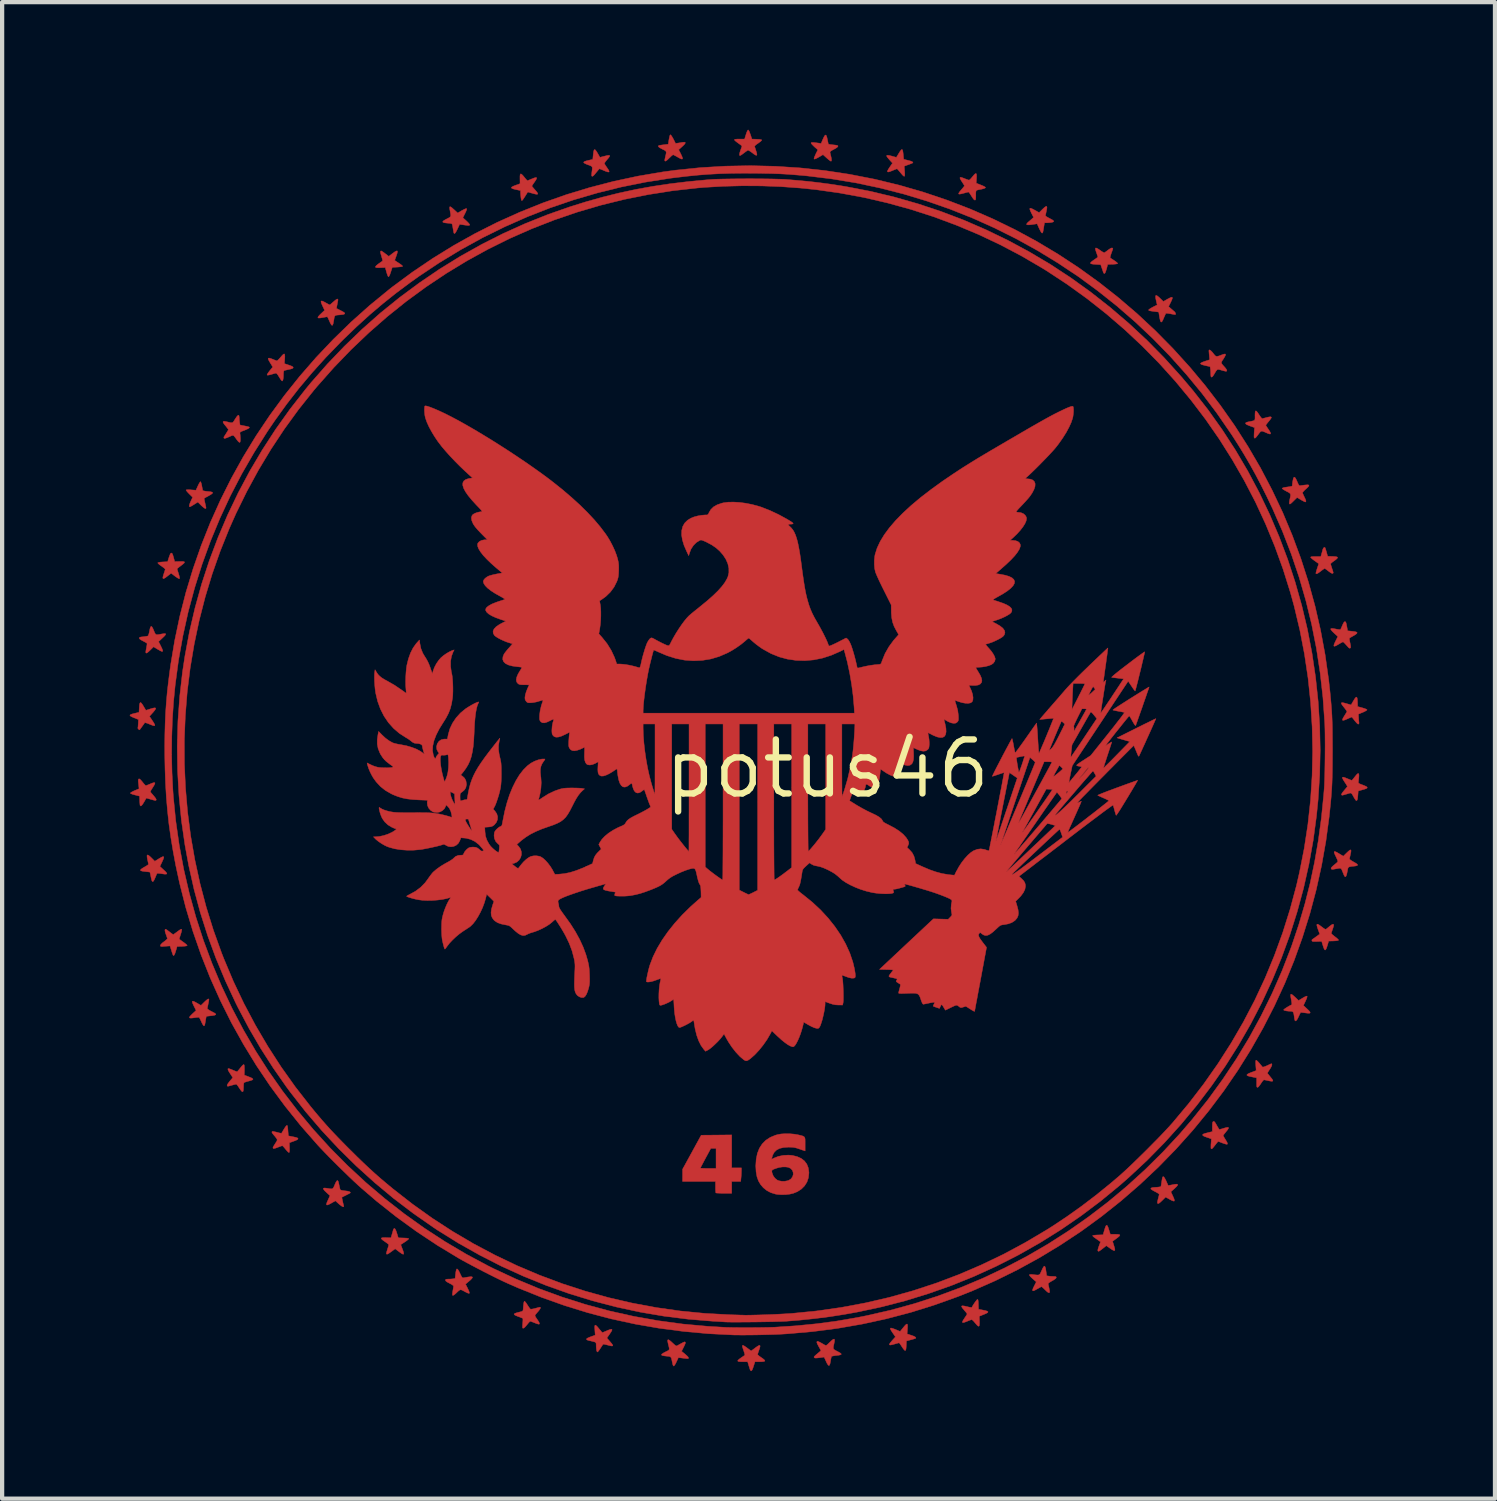
<source format=kicad_pcb>
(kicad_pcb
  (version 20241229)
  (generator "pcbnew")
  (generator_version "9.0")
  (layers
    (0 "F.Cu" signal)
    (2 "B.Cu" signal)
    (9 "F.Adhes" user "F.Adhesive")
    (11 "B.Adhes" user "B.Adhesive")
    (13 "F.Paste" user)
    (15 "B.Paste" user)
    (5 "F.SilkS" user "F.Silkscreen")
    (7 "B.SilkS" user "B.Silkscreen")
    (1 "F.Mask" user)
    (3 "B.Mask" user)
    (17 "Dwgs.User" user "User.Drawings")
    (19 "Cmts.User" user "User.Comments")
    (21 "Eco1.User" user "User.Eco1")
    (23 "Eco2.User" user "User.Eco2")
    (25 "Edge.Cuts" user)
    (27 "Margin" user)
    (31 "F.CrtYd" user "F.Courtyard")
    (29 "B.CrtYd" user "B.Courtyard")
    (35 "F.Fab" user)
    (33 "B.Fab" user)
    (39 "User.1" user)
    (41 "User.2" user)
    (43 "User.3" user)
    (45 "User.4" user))
  (footprint "potus46"
    (layer "F.Cu")
    (at 16.405 15.029)
    (property "Reference" "potus46" (at 0 0 0) (layer "F.SilkS") (effects (font (size 1.27 1.27) (thickness 0.15))))
    (attr through_hole)
    (fp_poly (pts (xy -2.248 9.385) (xy -2.019 9.385) (xy -2.019 9.458) (xy -2.021 9.512) (xy -2.024 9.575) (xy -2.028 9.617) (xy -2.036 9.703) (xy -2.248 9.703) (xy -2.248 9.982) (xy -2.43 9.982) (xy -2.496 9.982) (xy -2.552 9.98) (xy -2.594 9.978) (xy -2.617 9.975) (xy -2.62 9.974) (xy -2.624 9.958) (xy -2.627 9.923) (xy -2.629 9.874) (xy -2.629 9.834) (xy -2.629 9.703) (xy -3.404 9.703) (xy -3.403 9.56) (xy -3.403 9.417) (xy -3.388 9.39) (xy -2.985 9.39) (xy -2.973 9.393) (xy -2.94 9.395) (xy -2.89 9.397) (xy -2.829 9.398) (xy -2.8 9.398) (xy -2.616 9.398) (xy -2.616 8.928) (xy -2.739 8.928) (xy -2.862 9.155) (xy -2.899 9.224) (xy -2.931 9.286) (xy -2.958 9.336) (xy -2.976 9.371) (xy -2.984 9.389) (xy -2.985 9.39) (xy -3.388 9.39) (xy -2.965 8.617) (xy -2.606 8.614) (xy -2.248 8.61) (xy -2.248 9.385)) (stroke (width 0.01) (type solid)) (fill yes) (layer "F.Cu"))
    (fp_poly (pts (xy 6.586 10.745) (xy 6.603 10.781) (xy 6.622 10.839) (xy 6.656 10.947) (xy 6.77 10.947) (xy 6.831 10.949) (xy 6.868 10.954) (xy 6.881 10.966) (xy 6.872 10.985) (xy 6.84 11.015) (xy 6.796 11.048) (xy 6.709 11.113) (xy 6.741 11.215) (xy 6.758 11.276) (xy 6.764 11.314) (xy 6.756 11.331) (xy 6.734 11.329) (xy 6.696 11.308) (xy 6.654 11.28) (xy 6.562 11.215) (xy 6.485 11.276) (xy 6.439 11.312) (xy 6.408 11.334) (xy 6.389 11.345) (xy 6.378 11.347) (xy 6.369 11.342) (xy 6.366 11.339) (xy 6.361 11.323) (xy 6.367 11.292) (xy 6.383 11.242) (xy 6.389 11.225) (xy 6.426 11.125) (xy 6.377 11.09) (xy 6.335 11.06) (xy 6.291 11.029) (xy 6.283 11.024) (xy 6.255 11.002) (xy 6.241 10.984) (xy 6.24 10.979) (xy 6.254 10.973) (xy 6.287 10.968) (xy 6.334 10.964) (xy 6.365 10.963) (xy 6.485 10.959) (xy 6.517 10.849) (xy 6.537 10.786) (xy 6.554 10.747) (xy 6.57 10.734) (xy 6.586 10.745)) (stroke (width 0.01) (type solid)) (fill yes) (layer "F.Cu"))
    (fp_poly (pts (xy 1.77 -14.55) (xy 1.779 -14.511) (xy 1.787 -14.447) (xy 1.787 -14.44) (xy 1.797 -14.333) (xy 1.899 -14.308) (xy 1.962 -14.291) (xy 2 -14.275) (xy 2.015 -14.26) (xy 2.009 -14.248) (xy 1.994 -14.24) (xy 1.961 -14.227) (xy 1.916 -14.21) (xy 1.905 -14.206) (xy 1.809 -14.172) (xy 1.818 -14.061) (xy 1.822 -13.995) (xy 1.821 -13.952) (xy 1.813 -13.933) (xy 1.796 -13.938) (xy 1.768 -13.964) (xy 1.728 -14.011) (xy 1.72 -14.021) (xy 1.687 -14.06) (xy 1.66 -14.091) (xy 1.643 -14.108) (xy 1.64 -14.11) (xy 1.625 -14.105) (xy 1.593 -14.093) (xy 1.549 -14.075) (xy 1.526 -14.065) (xy 1.469 -14.043) (xy 1.432 -14.034) (xy 1.415 -14.04) (xy 1.416 -14.061) (xy 1.436 -14.099) (xy 1.47 -14.151) (xy 1.534 -14.243) (xy 1.459 -14.325) (xy 1.419 -14.372) (xy 1.398 -14.404) (xy 1.397 -14.423) (xy 1.418 -14.428) (xy 1.461 -14.422) (xy 1.518 -14.408) (xy 1.625 -14.378) (xy 1.678 -14.466) (xy 1.713 -14.522) (xy 1.739 -14.555) (xy 1.757 -14.565) (xy 1.77 -14.55)) (stroke (width 0.01) (type solid)) (fill yes) (layer "F.Cu"))
    (fp_poly (pts (xy 1.886 13.072) (xy 1.888 13.111) (xy 1.885 13.173) (xy 1.885 13.174) (xy 1.877 13.291) (xy 1.975 13.322) (xy 2.036 13.344) (xy 2.072 13.365) (xy 2.084 13.383) (xy 2.079 13.393) (xy 2.065 13.399) (xy 2.032 13.41) (xy 1.986 13.423) (xy 1.967 13.428) (xy 1.861 13.456) (xy 1.857 13.566) (xy 1.853 13.629) (xy 1.846 13.668) (xy 1.833 13.682) (xy 1.814 13.672) (xy 1.787 13.639) (xy 1.757 13.595) (xy 1.73 13.553) (xy 1.707 13.52) (xy 1.692 13.502) (xy 1.689 13.5) (xy 1.674 13.503) (xy 1.641 13.512) (xy 1.596 13.525) (xy 1.578 13.53) (xy 1.517 13.546) (xy 1.478 13.552) (xy 1.46 13.545) (xy 1.463 13.525) (xy 1.487 13.491) (xy 1.529 13.441) (xy 1.532 13.438) (xy 1.603 13.36) (xy 1.537 13.264) (xy 1.501 13.21) (xy 1.484 13.175) (xy 1.484 13.155) (xy 1.504 13.152) (xy 1.544 13.163) (xy 1.605 13.186) (xy 1.713 13.232) (xy 1.784 13.144) (xy 1.827 13.093) (xy 1.857 13.064) (xy 1.876 13.057) (xy 1.886 13.072)) (stroke (width 0.01) (type solid)) (fill yes) (layer "F.Cu"))
    (fp_poly (pts (xy -16.135 -1.549) (xy -16.108 -1.515) (xy -16.08 -1.469) (xy -16.024 -1.375) (xy -15.93 -1.405) (xy -15.863 -1.425) (xy -15.819 -1.433) (xy -15.796 -1.429) (xy -15.794 -1.411) (xy -15.813 -1.38) (xy -15.85 -1.333) (xy -15.862 -1.32) (xy -15.94 -1.233) (xy -15.876 -1.138) (xy -15.838 -1.079) (xy -15.817 -1.04) (xy -15.814 -1.018) (xy -15.829 -1.011) (xy -15.864 -1.019) (xy -15.919 -1.041) (xy -15.939 -1.049) (xy -15.986 -1.068) (xy -16.024 -1.08) (xy -16.047 -1.085) (xy -16.051 -1.083) (xy -16.068 -1.059) (xy -16.092 -1.025) (xy -16.118 -0.989) (xy -16.143 -0.954) (xy -16.162 -0.928) (xy -16.172 -0.915) (xy -16.172 -0.915) (xy -16.183 -0.921) (xy -16.196 -0.928) (xy -16.212 -0.948) (xy -16.213 -0.963) (xy -16.209 -0.986) (xy -16.206 -1.026) (xy -16.203 -1.071) (xy -16.199 -1.158) (xy -16.3 -1.198) (xy -16.358 -1.223) (xy -16.391 -1.243) (xy -16.4 -1.259) (xy -16.383 -1.275) (xy -16.342 -1.29) (xy -16.294 -1.302) (xy -16.186 -1.328) (xy -16.18 -1.442) (xy -16.175 -1.506) (xy -16.166 -1.544) (xy -16.153 -1.559) (xy -16.135 -1.549)) (stroke (width 0.01) (type solid)) (fill yes) (layer "F.Cu"))
    (fp_poly (pts (xy -10.16 10.826) (xy -10.141 10.866) (xy -10.122 10.922) (xy -10.089 11.03) (xy -9.966 11.034) (xy -9.902 11.037) (xy -9.863 11.042) (xy -9.844 11.049) (xy -9.843 11.053) (xy -9.853 11.066) (xy -9.88 11.089) (xy -9.918 11.117) (xy -9.937 11.129) (xy -10.031 11.191) (xy -9.999 11.275) (xy -9.974 11.342) (xy -9.962 11.387) (xy -9.962 11.412) (xy -9.977 11.416) (xy -10.007 11.402) (xy -10.053 11.37) (xy -10.076 11.353) (xy -10.162 11.288) (xy -10.25 11.353) (xy -10.298 11.387) (xy -10.33 11.407) (xy -10.35 11.415) (xy -10.363 11.413) (xy -10.369 11.406) (xy -10.368 11.39) (xy -10.36 11.356) (xy -10.347 11.312) (xy -10.344 11.302) (xy -10.329 11.256) (xy -10.318 11.218) (xy -10.313 11.196) (xy -10.312 11.195) (xy -10.322 11.181) (xy -10.349 11.158) (xy -10.387 11.131) (xy -10.401 11.121) (xy -10.454 11.084) (xy -10.483 11.057) (xy -10.489 11.039) (xy -10.472 11.029) (xy -10.43 11.025) (xy -10.375 11.026) (xy -10.261 11.03) (xy -10.235 10.941) (xy -10.221 10.894) (xy -10.21 10.854) (xy -10.203 10.83) (xy -10.203 10.829) (xy -10.188 10.812) (xy -10.175 10.81) (xy -10.16 10.826)) (stroke (width 0.01) (type solid)) (fill yes) (layer "F.Cu"))
    (fp_poly (pts (xy -1.978 13.56) (xy -1.943 13.579) (xy -1.892 13.615) (xy -1.887 13.619) (xy -1.791 13.691) (xy -1.695 13.619) (xy -1.642 13.581) (xy -1.605 13.561) (xy -1.585 13.56) (xy -1.58 13.579) (xy -1.588 13.617) (xy -1.605 13.668) (xy -1.621 13.714) (xy -1.633 13.751) (xy -1.638 13.773) (xy -1.638 13.774) (xy -1.628 13.787) (xy -1.602 13.81) (xy -1.564 13.838) (xy -1.55 13.847) (xy -1.5 13.883) (xy -1.472 13.909) (xy -1.468 13.927) (xy -1.488 13.938) (xy -1.531 13.943) (xy -1.588 13.945) (xy -1.701 13.945) (xy -1.735 14.053) (xy -1.756 14.113) (xy -1.774 14.148) (xy -1.791 14.16) (xy -1.807 14.148) (xy -1.817 14.127) (xy -1.827 14.096) (xy -1.841 14.052) (xy -1.851 14.019) (xy -1.873 13.945) (xy -1.991 13.945) (xy -2.054 13.943) (xy -2.092 13.937) (xy -2.107 13.926) (xy -2.098 13.907) (xy -2.067 13.88) (xy -2.029 13.853) (xy -1.99 13.826) (xy -1.958 13.804) (xy -1.941 13.792) (xy -1.94 13.791) (xy -1.939 13.777) (xy -1.947 13.745) (xy -1.961 13.7) (xy -1.968 13.678) (xy -1.989 13.617) (xy -1.998 13.577) (xy -1.995 13.56) (xy -1.978 13.56)) (stroke (width 0.01) (type solid)) (fill yes) (layer "F.Cu"))
    (fp_poly (pts (xy 12.459 -1.668) (xy 12.466 -1.625) (xy 12.469 -1.573) (xy 12.472 -1.463) (xy 12.583 -1.433) (xy 12.639 -1.416) (xy 12.677 -1.4) (xy 12.693 -1.388) (xy 12.694 -1.386) (xy 12.683 -1.374) (xy 12.653 -1.356) (xy 12.611 -1.335) (xy 12.592 -1.327) (xy 12.49 -1.285) (xy 12.494 -1.204) (xy 12.497 -1.156) (xy 12.501 -1.113) (xy 12.504 -1.091) (xy 12.503 -1.061) (xy 12.492 -1.05) (xy 12.474 -1.055) (xy 12.445 -1.082) (xy 12.406 -1.128) (xy 12.376 -1.167) (xy 12.352 -1.197) (xy 12.338 -1.215) (xy 12.337 -1.217) (xy 12.325 -1.214) (xy 12.295 -1.202) (xy 12.254 -1.184) (xy 12.23 -1.173) (xy 12.172 -1.148) (xy 12.134 -1.138) (xy 12.116 -1.143) (xy 12.116 -1.164) (xy 12.135 -1.203) (xy 12.162 -1.247) (xy 12.188 -1.289) (xy 12.209 -1.323) (xy 12.22 -1.343) (xy 12.221 -1.345) (xy 12.214 -1.359) (xy 12.195 -1.388) (xy 12.167 -1.426) (xy 12.149 -1.448) (xy 12.11 -1.498) (xy 12.09 -1.531) (xy 12.089 -1.55) (xy 12.109 -1.556) (xy 12.151 -1.549) (xy 12.209 -1.533) (xy 12.318 -1.502) (xy 12.372 -1.596) (xy 12.405 -1.65) (xy 12.43 -1.68) (xy 12.447 -1.686) (xy 12.459 -1.668)) (stroke (width 0.01) (type solid)) (fill yes) (layer "F.Cu"))
    (fp_poly (pts (xy -10.477 -12.172) (xy -10.448 -12.153) (xy -10.41 -12.126) (xy -10.397 -12.115) (xy -10.312 -12.051) (xy -10.221 -12.121) (xy -10.168 -12.159) (xy -10.132 -12.178) (xy -10.113 -12.178) (xy -10.108 -12.158) (xy -10.117 -12.118) (xy -10.135 -12.063) (xy -10.152 -12.017) (xy -10.165 -11.98) (xy -10.172 -11.96) (xy -10.173 -11.957) (xy -10.163 -11.949) (xy -10.136 -11.93) (xy -10.098 -11.905) (xy -10.077 -11.892) (xy -10.035 -11.864) (xy -10.004 -11.839) (xy -9.987 -11.822) (xy -9.986 -11.818) (xy -10 -11.811) (xy -10.034 -11.805) (xy -10.083 -11.8) (xy -10.11 -11.798) (xy -10.23 -11.792) (xy -10.266 -11.681) (xy -10.284 -11.628) (xy -10.301 -11.59) (xy -10.315 -11.571) (xy -10.318 -11.57) (xy -10.33 -11.582) (xy -10.345 -11.615) (xy -10.362 -11.668) (xy -10.365 -11.679) (xy -10.395 -11.788) (xy -10.509 -11.784) (xy -10.567 -11.783) (xy -10.606 -11.786) (xy -10.625 -11.795) (xy -10.624 -11.811) (xy -10.603 -11.835) (xy -10.562 -11.869) (xy -10.499 -11.914) (xy -10.461 -11.94) (xy -10.459 -11.955) (xy -10.465 -11.989) (xy -10.479 -12.036) (xy -10.483 -12.051) (xy -10.501 -12.111) (xy -10.509 -12.15) (xy -10.505 -12.172) (xy -10.491 -12.179) (xy -10.491 -12.179) (xy -10.477 -12.172)) (stroke (width 0.01) (type solid)) (fill yes) (layer "F.Cu"))
    (fp_poly (pts (xy -15.411 -5.068) (xy -15.399 -5.05) (xy -15.386 -5.014) (xy -15.374 -4.973) (xy -15.347 -4.872) (xy -15.23 -4.875) (xy -15.168 -4.876) (xy -15.129 -4.871) (xy -15.115 -4.861) (xy -15.123 -4.841) (xy -15.154 -4.812) (xy -15.202 -4.775) (xy -15.242 -4.745) (xy -15.272 -4.72) (xy -15.289 -4.704) (xy -15.291 -4.702) (xy -15.287 -4.687) (xy -15.277 -4.654) (xy -15.263 -4.609) (xy -15.256 -4.589) (xy -15.239 -4.53) (xy -15.232 -4.49) (xy -15.234 -4.471) (xy -15.234 -4.471) (xy -15.251 -4.472) (xy -15.283 -4.49) (xy -15.331 -4.523) (xy -15.339 -4.529) (xy -15.431 -4.599) (xy -15.512 -4.535) (xy -15.564 -4.495) (xy -15.6 -4.474) (xy -15.62 -4.473) (xy -15.626 -4.491) (xy -15.619 -4.53) (xy -15.602 -4.585) (xy -15.587 -4.632) (xy -15.575 -4.669) (xy -15.57 -4.691) (xy -15.57 -4.693) (xy -15.58 -4.706) (xy -15.607 -4.729) (xy -15.645 -4.757) (xy -15.66 -4.768) (xy -15.7 -4.796) (xy -15.73 -4.822) (xy -15.744 -4.839) (xy -15.745 -4.843) (xy -15.729 -4.851) (xy -15.691 -4.859) (xy -15.632 -4.864) (xy -15.626 -4.864) (xy -15.513 -4.87) (xy -15.481 -4.972) (xy -15.462 -5.025) (xy -15.448 -5.056) (xy -15.434 -5.071) (xy -15.425 -5.074) (xy -15.411 -5.068)) (stroke (width 0.01) (type solid)) (fill yes) (layer "F.Cu"))
    (fp_poly (pts (xy -5.454 -14.553) (xy -5.428 -14.519) (xy -5.4 -14.473) (xy -5.346 -14.379) (xy -5.238 -14.407) (xy -5.175 -14.422) (xy -5.135 -14.427) (xy -5.117 -14.42) (xy -5.12 -14.4) (xy -5.143 -14.367) (xy -5.177 -14.327) (xy -5.215 -14.281) (xy -5.237 -14.247) (xy -5.24 -14.229) (xy -5.229 -14.21) (xy -5.208 -14.177) (xy -5.18 -14.136) (xy -5.176 -14.13) (xy -5.144 -14.082) (xy -5.13 -14.051) (xy -5.134 -14.035) (xy -5.158 -14.034) (xy -5.203 -14.048) (xy -5.248 -14.066) (xy -5.294 -14.086) (xy -5.332 -14.101) (xy -5.354 -14.109) (xy -5.358 -14.11) (xy -5.369 -14.1) (xy -5.391 -14.075) (xy -5.421 -14.039) (xy -5.436 -14.021) (xy -5.476 -13.971) (xy -5.506 -13.942) (xy -5.527 -13.932) (xy -5.54 -13.94) (xy -5.541 -13.941) (xy -5.542 -13.958) (xy -5.54 -13.992) (xy -5.537 -14.027) (xy -5.529 -14.087) (xy -5.526 -14.128) (xy -5.531 -14.154) (xy -5.547 -14.171) (xy -5.576 -14.185) (xy -5.621 -14.202) (xy -5.626 -14.203) (xy -5.686 -14.227) (xy -5.72 -14.247) (xy -5.73 -14.264) (xy -5.714 -14.279) (xy -5.674 -14.294) (xy -5.622 -14.307) (xy -5.515 -14.331) (xy -5.504 -14.445) (xy -5.496 -14.509) (xy -5.486 -14.548) (xy -5.473 -14.563) (xy -5.454 -14.553)) (stroke (width 0.01) (type solid)) (fill yes) (layer "F.Cu"))
    (fp_poly (pts (xy 5.166 -13.205) (xy 5.162 -13.162) (xy 5.152 -13.113) (xy 5.142 -13.066) (xy 5.134 -13.028) (xy 5.131 -13.006) (xy 5.131 -13.005) (xy 5.141 -12.994) (xy 5.17 -12.975) (xy 5.211 -12.952) (xy 5.232 -12.941) (xy 5.287 -12.912) (xy 5.318 -12.89) (xy 5.327 -12.874) (xy 5.327 -12.873) (xy 5.308 -12.858) (xy 5.269 -12.848) (xy 5.212 -12.841) (xy 5.167 -12.84) (xy 5.108 -12.84) (xy 5.093 -12.748) (xy 5.083 -12.684) (xy 5.075 -12.642) (xy 5.069 -12.616) (xy 5.062 -12.603) (xy 5.054 -12.599) (xy 5.05 -12.598) (xy 5.037 -12.609) (xy 5.018 -12.638) (xy 4.996 -12.681) (xy 4.983 -12.707) (xy 4.934 -12.817) (xy 4.886 -12.809) (xy 4.804 -12.797) (xy 4.746 -12.791) (xy 4.708 -12.792) (xy 4.689 -12.798) (xy 4.686 -12.805) (xy 4.696 -12.826) (xy 4.718 -12.85) (xy 4.719 -12.851) (xy 4.748 -12.875) (xy 4.785 -12.907) (xy 4.802 -12.922) (xy 4.852 -12.967) (xy 4.801 -13.067) (xy 4.775 -13.124) (xy 4.762 -13.161) (xy 4.765 -13.18) (xy 4.784 -13.182) (xy 4.822 -13.167) (xy 4.879 -13.137) (xy 4.89 -13.131) (xy 4.982 -13.079) (xy 5.062 -13.159) (xy 5.109 -13.202) (xy 5.14 -13.224) (xy 5.159 -13.226) (xy 5.166 -13.205)) (stroke (width 0.01) (type solid)) (fill yes) (layer "F.Cu"))
    (fp_poly (pts (xy -15.967 2.032) (xy -15.932 2.059) (xy -15.895 2.094) (xy -15.814 2.175) (xy -15.717 2.114) (xy -15.662 2.082) (xy -15.625 2.066) (xy -15.606 2.068) (xy -15.603 2.088) (xy -15.616 2.127) (xy -15.643 2.187) (xy -15.643 2.189) (xy -15.695 2.296) (xy -15.607 2.377) (xy -15.56 2.421) (xy -15.535 2.452) (xy -15.531 2.471) (xy -15.549 2.478) (xy -15.59 2.477) (xy -15.646 2.469) (xy -15.696 2.462) (xy -15.735 2.459) (xy -15.758 2.459) (xy -15.761 2.461) (xy -15.77 2.476) (xy -15.784 2.509) (xy -15.802 2.553) (xy -15.806 2.562) (xy -15.831 2.617) (xy -15.851 2.648) (xy -15.867 2.654) (xy -15.882 2.636) (xy -15.895 2.592) (xy -15.905 2.544) (xy -15.915 2.495) (xy -15.923 2.456) (xy -15.928 2.434) (xy -15.929 2.431) (xy -15.942 2.428) (xy -15.975 2.424) (xy -16.021 2.419) (xy -16.04 2.417) (xy -16.103 2.409) (xy -16.14 2.399) (xy -16.153 2.384) (xy -16.141 2.365) (xy -16.106 2.339) (xy -16.06 2.312) (xy -16.017 2.287) (xy -15.983 2.265) (xy -15.966 2.25) (xy -15.964 2.247) (xy -15.966 2.23) (xy -15.973 2.195) (xy -15.983 2.149) (xy -15.985 2.14) (xy -15.996 2.079) (xy -15.998 2.041) (xy -15.989 2.026) (xy -15.967 2.032)) (stroke (width 0.01) (type solid)) (fill yes) (layer "F.Cu"))
    (fp_poly (pts (xy -8.855 -13.213) (xy -8.821 -13.188) (xy -8.774 -13.146) (xy -8.691 -13.07) (xy -8.593 -13.128) (xy -8.538 -13.157) (xy -8.501 -13.172) (xy -8.482 -13.173) (xy -8.481 -13.173) (xy -8.48 -13.155) (xy -8.493 -13.117) (xy -8.519 -13.061) (xy -8.52 -13.059) (xy -8.57 -12.959) (xy -8.489 -12.886) (xy -8.452 -12.85) (xy -8.424 -12.819) (xy -8.409 -12.797) (xy -8.407 -12.793) (xy -8.413 -12.783) (xy -8.431 -12.779) (xy -8.465 -12.779) (xy -8.518 -12.785) (xy -8.593 -12.796) (xy -8.6 -12.797) (xy -8.646 -12.804) (xy -8.697 -12.695) (xy -8.727 -12.636) (xy -8.749 -12.6) (xy -8.766 -12.587) (xy -8.778 -12.593) (xy -8.782 -12.602) (xy -8.787 -12.621) (xy -8.794 -12.658) (xy -8.802 -12.706) (xy -8.804 -12.719) (xy -8.813 -12.77) (xy -8.821 -12.802) (xy -8.831 -12.817) (xy -8.844 -12.823) (xy -8.846 -12.823) (xy -8.871 -12.826) (xy -8.912 -12.83) (xy -8.957 -12.834) (xy -9.009 -12.841) (xy -9.038 -12.852) (xy -9.043 -12.868) (xy -9.023 -12.889) (xy -8.979 -12.915) (xy -8.947 -12.932) (xy -8.902 -12.955) (xy -8.873 -12.973) (xy -8.858 -12.994) (xy -8.855 -13.022) (xy -8.861 -13.064) (xy -8.87 -13.113) (xy -8.88 -13.169) (xy -8.882 -13.205) (xy -8.874 -13.219) (xy -8.855 -13.213)) (stroke (width 0.01) (type solid)) (fill yes) (layer "F.Cu"))
    (fp_poly (pts (xy -3.675 -14.899) (xy -3.655 -14.871) (xy -3.631 -14.83) (xy -3.619 -14.808) (xy -3.568 -14.706) (xy -3.515 -14.714) (xy -3.464 -14.722) (xy -3.412 -14.731) (xy -3.407 -14.732) (xy -3.363 -14.736) (xy -3.341 -14.73) (xy -3.34 -14.713) (xy -3.36 -14.683) (xy -3.403 -14.641) (xy -3.411 -14.634) (xy -3.495 -14.558) (xy -3.443 -14.456) (xy -3.416 -14.397) (xy -3.403 -14.359) (xy -3.407 -14.34) (xy -3.428 -14.339) (xy -3.467 -14.356) (xy -3.518 -14.384) (xy -3.562 -14.409) (xy -3.599 -14.428) (xy -3.622 -14.439) (xy -3.626 -14.44) (xy -3.641 -14.431) (xy -3.668 -14.409) (xy -3.702 -14.376) (xy -3.715 -14.364) (xy -3.761 -14.319) (xy -3.794 -14.295) (xy -3.814 -14.289) (xy -3.822 -14.303) (xy -3.823 -14.31) (xy -3.82 -14.334) (xy -3.812 -14.373) (xy -3.804 -14.408) (xy -3.791 -14.462) (xy -3.788 -14.498) (xy -3.795 -14.522) (xy -3.818 -14.541) (xy -3.858 -14.562) (xy -3.88 -14.572) (xy -3.934 -14.601) (xy -3.966 -14.625) (xy -3.975 -14.644) (xy -3.96 -14.657) (xy -3.947 -14.661) (xy -3.92 -14.665) (xy -3.877 -14.671) (xy -3.829 -14.677) (xy -3.74 -14.688) (xy -3.723 -14.799) (xy -3.711 -14.859) (xy -3.701 -14.896) (xy -3.69 -14.91) (xy -3.688 -14.91) (xy -3.675 -14.899)) (stroke (width 0.01) (type solid)) (fill yes) (layer "F.Cu"))
    (fp_poly (pts (xy 7.77 -11.114) (xy 7.813 -11.077) (xy 7.825 -11.065) (xy 7.903 -10.989) (xy 7.999 -11.044) (xy 8.056 -11.074) (xy 8.094 -11.089) (xy 8.113 -11.086) (xy 8.115 -11.064) (xy 8.101 -11.024) (xy 8.077 -10.972) (xy 8.026 -10.871) (xy 8.076 -10.826) (xy 8.112 -10.795) (xy 8.146 -10.766) (xy 8.159 -10.756) (xy 8.179 -10.733) (xy 8.191 -10.707) (xy 8.191 -10.687) (xy 8.18 -10.681) (xy 8.163 -10.683) (xy 8.127 -10.689) (xy 8.081 -10.697) (xy 8.069 -10.7) (xy 8.022 -10.707) (xy 7.985 -10.711) (xy 7.964 -10.71) (xy 7.962 -10.709) (xy 7.954 -10.694) (xy 7.939 -10.661) (xy 7.919 -10.617) (xy 7.913 -10.601) (xy 7.89 -10.55) (xy 7.873 -10.519) (xy 7.861 -10.506) (xy 7.849 -10.508) (xy 7.839 -10.519) (xy 7.831 -10.538) (xy 7.822 -10.576) (xy 7.812 -10.624) (xy 7.81 -10.638) (xy 7.794 -10.741) (xy 7.729 -10.749) (xy 7.66 -10.758) (xy 7.612 -10.765) (xy 7.581 -10.771) (xy 7.564 -10.777) (xy 7.558 -10.784) (xy 7.556 -10.79) (xy 7.567 -10.803) (xy 7.596 -10.823) (xy 7.637 -10.847) (xy 7.657 -10.858) (xy 7.758 -10.909) (xy 7.739 -10.988) (xy 7.724 -11.058) (xy 7.719 -11.104) (xy 7.724 -11.129) (xy 7.741 -11.132) (xy 7.77 -11.114)) (stroke (width 0.01) (type solid)) (fill yes) (layer "F.Cu"))
    (fp_poly (pts (xy -14.731 -6.739) (xy -14.72 -6.706) (xy -14.71 -6.662) (xy -14.709 -6.654) (xy -14.7 -6.606) (xy -14.692 -6.568) (xy -14.688 -6.546) (xy -14.687 -6.545) (xy -14.673 -6.537) (xy -14.638 -6.53) (xy -14.587 -6.523) (xy -14.568 -6.522) (xy -14.505 -6.515) (xy -14.467 -6.506) (xy -14.453 -6.492) (xy -14.463 -6.474) (xy -14.497 -6.449) (xy -14.554 -6.416) (xy -14.599 -6.392) (xy -14.634 -6.372) (xy -14.653 -6.359) (xy -14.656 -6.357) (xy -14.653 -6.343) (xy -14.647 -6.311) (xy -14.637 -6.267) (xy -14.637 -6.265) (xy -14.626 -6.217) (xy -14.617 -6.176) (xy -14.611 -6.151) (xy -14.611 -6.125) (xy -14.625 -6.119) (xy -14.653 -6.133) (xy -14.693 -6.166) (xy -14.721 -6.191) (xy -14.802 -6.272) (xy -14.891 -6.216) (xy -14.933 -6.19) (xy -14.967 -6.171) (xy -14.987 -6.161) (xy -14.99 -6.16) (xy -15.004 -6.169) (xy -15.003 -6.198) (xy -14.988 -6.246) (xy -14.969 -6.29) (xy -14.925 -6.385) (xy -15.006 -6.465) (xy -15.041 -6.502) (xy -15.066 -6.532) (xy -15.079 -6.552) (xy -15.079 -6.557) (xy -15.064 -6.561) (xy -15.028 -6.563) (xy -14.977 -6.561) (xy -14.959 -6.559) (xy -14.847 -6.551) (xy -14.8 -6.654) (xy -14.778 -6.699) (xy -14.758 -6.733) (xy -14.744 -6.751) (xy -14.74 -6.753) (xy -14.731 -6.739)) (stroke (width 0.01) (type solid)) (fill yes) (layer "F.Cu"))
    (fp_poly (pts (xy 3.541 12.484) (xy 3.547 12.503) (xy 3.551 12.541) (xy 3.553 12.594) (xy 3.557 12.71) (xy 3.642 12.726) (xy 3.713 12.74) (xy 3.758 12.754) (xy 3.779 12.768) (xy 3.776 12.784) (xy 3.749 12.802) (xy 3.699 12.825) (xy 3.676 12.834) (xy 3.575 12.874) (xy 3.579 12.988) (xy 3.579 13.053) (xy 3.575 13.093) (xy 3.564 13.11) (xy 3.544 13.104) (xy 3.514 13.076) (xy 3.48 13.036) (xy 3.448 12.998) (xy 3.419 12.969) (xy 3.401 12.955) (xy 3.397 12.954) (xy 3.378 12.959) (xy 3.343 12.971) (xy 3.299 12.989) (xy 3.29 12.993) (xy 3.232 13.015) (xy 3.195 13.024) (xy 3.178 13.019) (xy 3.18 12.997) (xy 3.201 12.959) (xy 3.232 12.912) (xy 3.259 12.872) (xy 3.279 12.84) (xy 3.289 12.822) (xy 3.289 12.82) (xy 3.281 12.807) (xy 3.261 12.78) (xy 3.23 12.744) (xy 3.218 12.729) (xy 3.179 12.683) (xy 3.16 12.652) (xy 3.16 12.634) (xy 3.181 12.629) (xy 3.224 12.634) (xy 3.285 12.648) (xy 3.335 12.66) (xy 3.374 12.666) (xy 3.397 12.668) (xy 3.401 12.666) (xy 3.414 12.638) (xy 3.436 12.602) (xy 3.463 12.561) (xy 3.49 12.524) (xy 3.513 12.494) (xy 3.529 12.479) (xy 3.532 12.478) (xy 3.541 12.484)) (stroke (width 0.01) (type solid)) (fill yes) (layer "F.Cu"))
    (fp_poly (pts (xy 7.912 9.596) (xy 7.934 9.625) (xy 7.961 9.676) (xy 7.97 9.695) (xy 7.99 9.741) (xy 8.006 9.777) (xy 8.016 9.797) (xy 8.017 9.799) (xy 8.03 9.798) (xy 8.061 9.793) (xy 8.103 9.785) (xy 8.171 9.772) (xy 8.216 9.768) (xy 8.239 9.775) (xy 8.239 9.792) (xy 8.217 9.821) (xy 8.174 9.863) (xy 8.161 9.875) (xy 8.08 9.948) (xy 8.129 10.054) (xy 8.154 10.112) (xy 8.164 10.149) (xy 8.159 10.166) (xy 8.138 10.166) (xy 8.098 10.15) (xy 8.049 10.124) (xy 7.957 10.072) (xy 7.874 10.154) (xy 7.83 10.195) (xy 7.799 10.219) (xy 7.779 10.226) (xy 7.774 10.224) (xy 7.765 10.215) (xy 7.763 10.197) (xy 7.768 10.166) (xy 7.777 10.126) (xy 7.789 10.08) (xy 7.799 10.04) (xy 7.805 10.018) (xy 7.803 10.004) (xy 7.787 9.988) (xy 7.753 9.967) (xy 7.71 9.944) (xy 7.664 9.92) (xy 7.629 9.897) (xy 7.61 9.881) (xy 7.607 9.876) (xy 7.619 9.858) (xy 7.653 9.847) (xy 7.707 9.843) (xy 7.709 9.843) (xy 7.754 9.84) (xy 7.799 9.835) (xy 7.846 9.827) (xy 7.861 9.73) (xy 7.869 9.68) (xy 7.876 9.638) (xy 7.882 9.612) (xy 7.882 9.61) (xy 7.894 9.591) (xy 7.912 9.596)) (stroke (width 0.01) (type solid)) (fill yes) (layer "F.Cu"))
    (fp_poly (pts (xy 11.536 3.656) (xy 11.57 3.675) (xy 11.622 3.713) (xy 11.667 3.747) (xy 11.697 3.767) (xy 11.717 3.774) (xy 11.731 3.771) (xy 11.734 3.769) (xy 11.754 3.753) (xy 11.786 3.727) (xy 11.818 3.7) (xy 11.86 3.669) (xy 11.888 3.656) (xy 11.9 3.658) (xy 11.908 3.667) (xy 11.909 3.685) (xy 11.901 3.717) (xy 11.887 3.762) (xy 11.871 3.808) (xy 11.859 3.845) (xy 11.852 3.867) (xy 11.852 3.869) (xy 11.86 3.882) (xy 11.884 3.906) (xy 11.92 3.935) (xy 11.938 3.949) (xy 11.978 3.98) (xy 12.008 4.007) (xy 12.023 4.025) (xy 12.024 4.03) (xy 12.008 4.038) (xy 11.968 4.045) (xy 11.906 4.049) (xy 11.905 4.049) (xy 11.791 4.052) (xy 11.76 4.156) (xy 11.74 4.217) (xy 11.722 4.252) (xy 11.707 4.263) (xy 11.691 4.249) (xy 11.673 4.21) (xy 11.658 4.163) (xy 11.626 4.058) (xy 11.515 4.062) (xy 11.461 4.063) (xy 11.426 4.062) (xy 11.407 4.057) (xy 11.398 4.048) (xy 11.396 4.044) (xy 11.398 4.021) (xy 11.406 4.012) (xy 11.424 4) (xy 11.457 3.978) (xy 11.496 3.949) (xy 11.502 3.945) (xy 11.581 3.887) (xy 11.541 3.778) (xy 11.521 3.716) (xy 11.512 3.675) (xy 11.517 3.655) (xy 11.536 3.656)) (stroke (width 0.01) (type solid)) (fill yes) (layer "F.Cu"))
    (fp_poly (pts (xy -15.88 -3.336) (xy -15.858 -3.297) (xy -15.839 -3.252) (xy -15.819 -3.203) (xy -15.802 -3.172) (xy -15.783 -3.156) (xy -15.756 -3.153) (xy -15.715 -3.158) (xy -15.665 -3.168) (xy -15.608 -3.177) (xy -15.572 -3.179) (xy -15.557 -3.17) (xy -15.564 -3.15) (xy -15.592 -3.117) (xy -15.64 -3.071) (xy -15.642 -3.069) (xy -15.726 -2.99) (xy -15.673 -2.885) (xy -15.644 -2.824) (xy -15.629 -2.783) (xy -15.63 -2.762) (xy -15.648 -2.759) (xy -15.683 -2.774) (xy -15.738 -2.805) (xy -15.751 -2.812) (xy -15.843 -2.869) (xy -15.92 -2.793) (xy -15.966 -2.75) (xy -15.997 -2.726) (xy -16.017 -2.72) (xy -16.026 -2.732) (xy -16.027 -2.746) (xy -16.024 -2.774) (xy -16.017 -2.816) (xy -16.009 -2.857) (xy -16.001 -2.901) (xy -15.997 -2.934) (xy -15.998 -2.95) (xy -16.011 -2.96) (xy -16.042 -2.978) (xy -16.083 -3) (xy -16.092 -3.004) (xy -16.142 -3.032) (xy -16.171 -3.054) (xy -16.18 -3.072) (xy -16.18 -3.072) (xy -16.176 -3.085) (xy -16.163 -3.094) (xy -16.134 -3.1) (xy -16.086 -3.105) (xy -16.038 -3.111) (xy -15.999 -3.118) (xy -15.976 -3.124) (xy -15.975 -3.125) (xy -15.965 -3.142) (xy -15.953 -3.177) (xy -15.942 -3.224) (xy -15.939 -3.241) (xy -15.926 -3.302) (xy -15.912 -3.339) (xy -15.897 -3.35) (xy -15.88 -3.336)) (stroke (width 0.01) (type solid)) (fill yes) (layer "F.Cu"))
    (fp_poly (pts (xy -14.542 5.423) (xy -14.541 5.428) (xy -14.544 5.448) (xy -14.55 5.486) (xy -14.56 5.534) (xy -14.562 5.544) (xy -14.582 5.643) (xy -14.553 5.665) (xy -14.525 5.683) (xy -14.485 5.705) (xy -14.449 5.723) (xy -14.403 5.748) (xy -14.38 5.768) (xy -14.382 5.783) (xy -14.407 5.795) (xy -14.458 5.805) (xy -14.491 5.808) (xy -14.54 5.814) (xy -14.578 5.818) (xy -14.6 5.822) (xy -14.602 5.823) (xy -14.606 5.836) (xy -14.612 5.867) (xy -14.619 5.907) (xy -14.629 5.967) (xy -14.636 6.007) (xy -14.643 6.031) (xy -14.65 6.042) (xy -14.658 6.045) (xy -14.661 6.045) (xy -14.673 6.034) (xy -14.692 6.005) (xy -14.713 5.964) (xy -14.719 5.95) (xy -14.74 5.904) (xy -14.758 5.869) (xy -14.771 5.849) (xy -14.773 5.847) (xy -14.79 5.845) (xy -14.826 5.847) (xy -14.873 5.853) (xy -14.887 5.855) (xy -14.948 5.863) (xy -14.987 5.862) (xy -15.002 5.852) (xy -14.995 5.831) (xy -14.966 5.798) (xy -14.927 5.76) (xy -14.843 5.683) (xy -14.896 5.578) (xy -14.922 5.521) (xy -14.934 5.484) (xy -14.93 5.466) (xy -14.908 5.467) (xy -14.869 5.484) (xy -14.819 5.512) (xy -14.729 5.565) (xy -14.651 5.488) (xy -14.603 5.443) (xy -14.57 5.418) (xy -14.55 5.411) (xy -14.542 5.423)) (stroke (width 0.01) (type solid)) (fill yes) (layer "F.Cu"))
    (fp_poly (pts (xy -11.503 9.699) (xy -11.49 9.741) (xy -11.481 9.786) (xy -11.471 9.835) (xy -11.461 9.875) (xy -11.454 9.899) (xy -11.452 9.901) (xy -11.436 9.909) (xy -11.401 9.917) (xy -11.354 9.924) (xy -11.342 9.925) (xy -11.284 9.932) (xy -11.243 9.942) (xy -11.225 9.952) (xy -11.217 9.962) (xy -11.215 9.97) (xy -11.223 9.978) (xy -11.244 9.99) (xy -11.281 10.009) (xy -11.316 10.027) (xy -11.36 10.049) (xy -11.394 10.066) (xy -11.413 10.076) (xy -11.415 10.077) (xy -11.414 10.09) (xy -11.408 10.121) (xy -11.4 10.161) (xy -11.39 10.206) (xy -11.38 10.247) (xy -11.372 10.276) (xy -11.371 10.298) (xy -11.386 10.301) (xy -11.415 10.288) (xy -11.455 10.259) (xy -11.484 10.235) (xy -11.567 10.16) (xy -11.657 10.211) (xy -11.715 10.242) (xy -11.754 10.258) (xy -11.774 10.257) (xy -11.778 10.238) (xy -11.767 10.2) (xy -11.741 10.141) (xy -11.74 10.139) (xy -11.695 10.039) (xy -11.778 9.963) (xy -11.824 9.919) (xy -11.848 9.887) (xy -11.852 9.868) (xy -11.833 9.859) (xy -11.793 9.861) (xy -11.757 9.866) (xy -11.699 9.876) (xy -11.66 9.879) (xy -11.634 9.873) (xy -11.615 9.854) (xy -11.598 9.82) (xy -11.581 9.779) (xy -11.555 9.722) (xy -11.534 9.69) (xy -11.517 9.682) (xy -11.503 9.699)) (stroke (width 0.01) (type solid)) (fill yes) (layer "F.Cu"))
    (fp_poly (pts (xy -12.759 -9.737) (xy -12.756 -9.696) (xy -12.759 -9.64) (xy -12.767 -9.528) (xy -12.664 -9.494) (xy -12.611 -9.475) (xy -12.578 -9.459) (xy -12.563 -9.446) (xy -12.56 -9.436) (xy -12.565 -9.423) (xy -12.582 -9.412) (xy -12.615 -9.401) (xy -12.659 -9.392) (xy -12.707 -9.381) (xy -12.747 -9.372) (xy -12.771 -9.366) (xy -12.773 -9.366) (xy -12.783 -9.349) (xy -12.788 -9.308) (xy -12.789 -9.279) (xy -12.791 -9.208) (xy -12.798 -9.156) (xy -12.809 -9.126) (xy -12.82 -9.119) (xy -12.833 -9.129) (xy -12.854 -9.156) (xy -12.88 -9.196) (xy -12.891 -9.214) (xy -12.92 -9.261) (xy -12.942 -9.289) (xy -12.958 -9.302) (xy -12.973 -9.303) (xy -12.998 -9.297) (xy -13.038 -9.285) (xy -13.083 -9.272) (xy -13.131 -9.26) (xy -13.16 -9.256) (xy -13.173 -9.261) (xy -13.174 -9.263) (xy -13.169 -9.279) (xy -13.151 -9.309) (xy -13.123 -9.347) (xy -13.11 -9.363) (xy -13.04 -9.448) (xy -13.1 -9.545) (xy -13.132 -9.6) (xy -13.148 -9.636) (xy -13.146 -9.655) (xy -13.125 -9.658) (xy -13.086 -9.648) (xy -13.047 -9.633) (xy -13.003 -9.615) (xy -12.967 -9.601) (xy -12.947 -9.593) (xy -12.946 -9.593) (xy -12.932 -9.599) (xy -12.907 -9.622) (xy -12.875 -9.656) (xy -12.858 -9.676) (xy -12.816 -9.724) (xy -12.787 -9.751) (xy -12.768 -9.756) (xy -12.759 -9.737)) (stroke (width 0.01) (type solid)) (fill yes) (layer "F.Cu"))
    (fp_poly (pts (xy -0.022 -14.889) (xy -0.008 -14.847) (xy 0.002 -14.802) (xy 0.012 -14.754) (xy 0.02 -14.716) (xy 0.024 -14.694) (xy 0.024 -14.692) (xy 0.036 -14.687) (xy 0.068 -14.681) (xy 0.111 -14.676) (xy 0.117 -14.675) (xy 0.166 -14.67) (xy 0.207 -14.665) (xy 0.231 -14.661) (xy 0.232 -14.66) (xy 0.252 -14.648) (xy 0.248 -14.629) (xy 0.22 -14.605) (xy 0.169 -14.575) (xy 0.159 -14.57) (xy 0.111 -14.544) (xy 0.078 -14.522) (xy 0.064 -14.505) (xy 0.064 -14.504) (xy 0.067 -14.481) (xy 0.075 -14.444) (xy 0.083 -14.415) (xy 0.097 -14.351) (xy 0.1 -14.309) (xy 0.092 -14.29) (xy 0.086 -14.288) (xy 0.07 -14.296) (xy 0.04 -14.318) (xy 0.003 -14.349) (xy -0.015 -14.365) (xy -0.1 -14.442) (xy -0.199 -14.384) (xy -0.253 -14.355) (xy -0.29 -14.34) (xy -0.31 -14.338) (xy -0.31 -14.339) (xy -0.311 -14.357) (xy -0.299 -14.394) (xy -0.275 -14.448) (xy -0.273 -14.454) (xy -0.222 -14.556) (xy -0.302 -14.626) (xy -0.338 -14.661) (xy -0.366 -14.691) (xy -0.38 -14.712) (xy -0.381 -14.716) (xy -0.376 -14.725) (xy -0.36 -14.729) (xy -0.33 -14.729) (xy -0.281 -14.724) (xy -0.212 -14.715) (xy -0.191 -14.712) (xy -0.146 -14.705) (xy -0.102 -14.808) (xy -0.075 -14.865) (xy -0.054 -14.897) (xy -0.037 -14.905) (xy -0.022 -14.889)) (stroke (width 0.01) (type solid)) (fill yes) (layer "F.Cu"))
    (fp_poly (pts (xy 5.121 11.709) (xy 5.133 11.747) (xy 5.144 11.811) (xy 5.145 11.821) (xy 5.16 11.923) (xy 5.206 11.93) (xy 5.246 11.935) (xy 5.297 11.937) (xy 5.318 11.938) (xy 5.357 11.939) (xy 5.377 11.944) (xy 5.384 11.956) (xy 5.385 11.963) (xy 5.377 11.981) (xy 5.351 12.003) (xy 5.306 12.032) (xy 5.29 12.04) (xy 5.246 12.066) (xy 5.213 12.088) (xy 5.196 12.104) (xy 5.194 12.107) (xy 5.197 12.127) (xy 5.205 12.163) (xy 5.213 12.198) (xy 5.226 12.262) (xy 5.229 12.304) (xy 5.22 12.322) (xy 5.199 12.319) (xy 5.166 12.295) (xy 5.123 12.254) (xy 5.088 12.22) (xy 5.059 12.194) (xy 5.041 12.18) (xy 5.038 12.179) (xy 5.023 12.185) (xy 4.992 12.202) (xy 4.951 12.225) (xy 4.939 12.231) (xy 4.884 12.262) (xy 4.848 12.277) (xy 4.829 12.274) (xy 4.828 12.253) (xy 4.842 12.212) (xy 4.864 12.168) (xy 4.915 12.066) (xy 4.832 11.994) (xy 4.785 11.95) (xy 4.758 11.919) (xy 4.751 11.9) (xy 4.766 11.892) (xy 4.801 11.891) (xy 4.836 11.894) (xy 4.9 11.902) (xy 4.945 11.905) (xy 4.975 11.902) (xy 4.995 11.889) (xy 5.012 11.865) (xy 5.029 11.826) (xy 5.04 11.802) (xy 5.068 11.742) (xy 5.09 11.707) (xy 5.107 11.696) (xy 5.121 11.709)) (stroke (width 0.01) (type solid)) (fill yes) (layer "F.Cu"))
    (fp_poly (pts (xy 8.995 -9.849) (xy 9.022 -9.83) (xy 9.057 -9.794) (xy 9.074 -9.772) (xy 9.105 -9.733) (xy 9.128 -9.709) (xy 9.151 -9.698) (xy 9.18 -9.7) (xy 9.22 -9.712) (xy 9.275 -9.733) (xy 9.324 -9.75) (xy 9.355 -9.755) (xy 9.367 -9.745) (xy 9.362 -9.72) (xy 9.339 -9.677) (xy 9.316 -9.639) (xy 9.289 -9.599) (xy 9.273 -9.571) (xy 9.268 -9.55) (xy 9.275 -9.528) (xy 9.295 -9.501) (xy 9.329 -9.463) (xy 9.35 -9.44) (xy 9.383 -9.398) (xy 9.397 -9.368) (xy 9.391 -9.351) (xy 9.377 -9.347) (xy 9.355 -9.351) (xy 9.317 -9.36) (xy 9.27 -9.373) (xy 9.268 -9.374) (xy 9.223 -9.387) (xy 9.192 -9.392) (xy 9.17 -9.385) (xy 9.15 -9.365) (xy 9.126 -9.328) (xy 9.107 -9.295) (xy 9.077 -9.246) (xy 9.055 -9.219) (xy 9.038 -9.21) (xy 9.026 -9.216) (xy 9.021 -9.232) (xy 9.018 -9.266) (xy 9.017 -9.295) (xy 9.015 -9.345) (xy 9.012 -9.392) (xy 9.009 -9.412) (xy 9.002 -9.457) (xy 8.892 -9.482) (xy 8.828 -9.498) (xy 8.79 -9.513) (xy 8.776 -9.528) (xy 8.788 -9.544) (xy 8.825 -9.563) (xy 8.883 -9.584) (xy 8.992 -9.619) (xy 8.984 -9.715) (xy 8.979 -9.764) (xy 8.976 -9.804) (xy 8.974 -9.828) (xy 8.974 -9.829) (xy 8.979 -9.849) (xy 8.995 -9.849)) (stroke (width 0.01) (type solid)) (fill yes) (layer "F.Cu"))
    (fp_poly (pts (xy 10.918 5.303) (xy 10.948 5.324) (xy 10.993 5.364) (xy 11.019 5.388) (xy 11.083 5.45) (xy 11.177 5.393) (xy 11.226 5.365) (xy 11.262 5.349) (xy 11.281 5.346) (xy 11.283 5.347) (xy 11.284 5.364) (xy 11.273 5.4) (xy 11.252 5.45) (xy 11.246 5.463) (xy 11.197 5.567) (xy 11.281 5.645) (xy 11.327 5.689) (xy 11.352 5.721) (xy 11.356 5.74) (xy 11.337 5.749) (xy 11.295 5.748) (xy 11.24 5.741) (xy 11.191 5.735) (xy 11.154 5.731) (xy 11.133 5.73) (xy 11.131 5.731) (xy 11.124 5.744) (xy 11.109 5.774) (xy 11.089 5.816) (xy 11.082 5.833) (xy 11.053 5.889) (xy 11.029 5.922) (xy 11.01 5.931) (xy 10.996 5.916) (xy 10.994 5.909) (xy 10.989 5.884) (xy 10.982 5.844) (xy 10.979 5.817) (xy 10.97 5.761) (xy 10.958 5.727) (xy 10.94 5.709) (xy 10.914 5.702) (xy 10.906 5.702) (xy 10.847 5.7) (xy 10.796 5.694) (xy 10.756 5.685) (xy 10.734 5.674) (xy 10.732 5.669) (xy 10.742 5.657) (xy 10.768 5.637) (xy 10.806 5.612) (xy 10.848 5.587) (xy 10.888 5.564) (xy 10.922 5.548) (xy 10.924 5.547) (xy 10.925 5.534) (xy 10.922 5.502) (xy 10.915 5.456) (xy 10.91 5.426) (xy 10.899 5.363) (xy 10.896 5.322) (xy 10.901 5.302) (xy 10.918 5.303)) (stroke (width 0.01) (type solid)) (fill yes) (layer "F.Cu"))
    (fp_poly (pts (xy -7.19 -13.983) (xy -7.158 -13.952) (xy -7.126 -13.913) (xy -7.095 -13.875) (xy -7.07 -13.847) (xy -7.055 -13.832) (xy -7.053 -13.83) (xy -7.039 -13.835) (xy -7.008 -13.847) (xy -6.967 -13.865) (xy -6.958 -13.868) (xy -6.896 -13.893) (xy -6.856 -13.904) (xy -6.836 -13.901) (xy -6.835 -13.882) (xy -6.853 -13.847) (xy -6.888 -13.794) (xy -6.89 -13.792) (xy -6.917 -13.753) (xy -6.937 -13.722) (xy -6.947 -13.704) (xy -6.947 -13.703) (xy -6.939 -13.69) (xy -6.917 -13.664) (xy -6.886 -13.628) (xy -6.871 -13.611) (xy -6.831 -13.565) (xy -6.81 -13.533) (xy -6.809 -13.515) (xy -6.83 -13.51) (xy -6.872 -13.516) (xy -6.934 -13.533) (xy -6.982 -13.546) (xy -7.019 -13.557) (xy -7.04 -13.563) (xy -7.043 -13.564) (xy -7.05 -13.554) (xy -7.067 -13.526) (xy -7.092 -13.487) (xy -7.107 -13.462) (xy -7.136 -13.418) (xy -7.16 -13.383) (xy -7.178 -13.363) (xy -7.183 -13.36) (xy -7.192 -13.372) (xy -7.2 -13.403) (xy -7.205 -13.438) (xy -7.21 -13.488) (xy -7.213 -13.534) (xy -7.214 -13.557) (xy -7.214 -13.598) (xy -7.322 -13.621) (xy -7.383 -13.636) (xy -7.419 -13.65) (xy -7.43 -13.666) (xy -7.416 -13.683) (xy -7.378 -13.703) (xy -7.327 -13.723) (xy -7.225 -13.76) (xy -7.227 -13.874) (xy -7.227 -13.937) (xy -7.222 -13.976) (xy -7.21 -13.991) (xy -7.19 -13.983)) (stroke (width 0.01) (type solid)) (fill yes) (layer "F.Cu"))
    (fp_poly (pts (xy -5.44 13.09) (xy -5.41 13.118) (xy -5.368 13.168) (xy -5.367 13.17) (xy -5.334 13.209) (xy -5.309 13.24) (xy -5.293 13.257) (xy -5.29 13.259) (xy -5.277 13.254) (xy -5.246 13.242) (xy -5.203 13.224) (xy -5.181 13.214) (xy -5.121 13.19) (xy -5.082 13.18) (xy -5.063 13.184) (xy -5.064 13.204) (xy -5.083 13.241) (xy -5.117 13.291) (xy -5.183 13.386) (xy -5.113 13.467) (xy -5.071 13.516) (xy -5.048 13.55) (xy -5.044 13.569) (xy -5.062 13.575) (xy -5.101 13.569) (xy -5.163 13.553) (xy -5.171 13.551) (xy -5.216 13.54) (xy -5.251 13.533) (xy -5.269 13.531) (xy -5.27 13.531) (xy -5.28 13.544) (xy -5.3 13.573) (xy -5.325 13.612) (xy -5.334 13.626) (xy -5.362 13.667) (xy -5.386 13.699) (xy -5.402 13.715) (xy -5.405 13.716) (xy -5.416 13.705) (xy -5.426 13.677) (xy -5.427 13.668) (xy -5.432 13.626) (xy -5.435 13.575) (xy -5.435 13.555) (xy -5.436 13.526) (xy -5.439 13.505) (xy -5.449 13.491) (xy -5.47 13.479) (xy -5.506 13.469) (xy -5.56 13.456) (xy -5.597 13.448) (xy -5.642 13.435) (xy -5.663 13.42) (xy -5.66 13.404) (xy -5.632 13.385) (xy -5.58 13.363) (xy -5.561 13.356) (xy -5.458 13.319) (xy -5.466 13.2) (xy -5.47 13.138) (xy -5.468 13.099) (xy -5.458 13.083) (xy -5.44 13.09)) (stroke (width 0.01) (type solid)) (fill yes) (layer "F.Cu"))
    (fp_poly (pts (xy -16.168 0.242) (xy -16.14 0.269) (xy -16.102 0.315) (xy -16.071 0.353) (xy -16.044 0.382) (xy -16.026 0.396) (xy -16.023 0.396) (xy -16.005 0.39) (xy -15.97 0.376) (xy -15.926 0.358) (xy -15.915 0.353) (xy -15.861 0.332) (xy -15.827 0.324) (xy -15.811 0.331) (xy -15.814 0.354) (xy -15.835 0.395) (xy -15.864 0.442) (xy -15.893 0.487) (xy -15.91 0.517) (xy -15.917 0.536) (xy -15.914 0.549) (xy -15.904 0.563) (xy -15.903 0.564) (xy -15.852 0.623) (xy -15.816 0.666) (xy -15.794 0.696) (xy -15.783 0.717) (xy -15.782 0.73) (xy -15.782 0.732) (xy -15.786 0.741) (xy -15.793 0.745) (xy -15.808 0.745) (xy -15.834 0.739) (xy -15.876 0.728) (xy -15.928 0.713) (xy -16.014 0.688) (xy -16.068 0.782) (xy -16.102 0.836) (xy -16.129 0.867) (xy -16.148 0.876) (xy -16.16 0.862) (xy -16.161 0.86) (xy -16.164 0.841) (xy -16.167 0.803) (xy -16.17 0.755) (xy -16.17 0.744) (xy -16.173 0.643) (xy -16.281 0.616) (xy -16.339 0.6) (xy -16.376 0.585) (xy -16.389 0.573) (xy -16.389 0.572) (xy -16.378 0.56) (xy -16.349 0.542) (xy -16.307 0.521) (xy -16.287 0.512) (xy -16.185 0.47) (xy -16.194 0.384) (xy -16.201 0.323) (xy -16.204 0.282) (xy -16.202 0.257) (xy -16.197 0.244) (xy -16.187 0.237) (xy -16.186 0.237) (xy -16.168 0.242)) (stroke (width 0.01) (type solid)) (fill yes) (layer "F.Cu"))
    (fp_poly (pts (xy -8.697 11.765) (xy -8.676 11.792) (xy -8.649 11.842) (xy -8.637 11.868) (xy -8.613 11.918) (xy -8.596 11.95) (xy -8.583 11.966) (xy -8.569 11.971) (xy -8.552 11.97) (xy -8.551 11.97) (xy -8.519 11.964) (xy -8.473 11.956) (xy -8.441 11.951) (xy -8.386 11.944) (xy -8.354 11.947) (xy -8.343 11.96) (xy -8.355 11.983) (xy -8.389 12.019) (xy -8.426 12.051) (xy -8.507 12.12) (xy -8.456 12.221) (xy -8.429 12.279) (xy -8.417 12.317) (xy -8.418 12.335) (xy -8.437 12.336) (xy -8.475 12.321) (xy -8.527 12.294) (xy -8.572 12.269) (xy -8.604 12.255) (xy -8.628 12.252) (xy -8.652 12.263) (xy -8.682 12.287) (xy -8.724 12.327) (xy -8.731 12.334) (xy -8.767 12.365) (xy -8.795 12.383) (xy -8.809 12.385) (xy -8.816 12.373) (xy -8.816 12.346) (xy -8.81 12.299) (xy -8.807 12.281) (xy -8.798 12.232) (xy -8.792 12.192) (xy -8.789 12.168) (xy -8.789 12.166) (xy -8.8 12.151) (xy -8.831 12.128) (xy -8.879 12.102) (xy -8.884 12.1) (xy -8.934 12.073) (xy -8.965 12.052) (xy -8.978 12.034) (xy -8.979 12.027) (xy -8.976 12.012) (xy -8.962 12.004) (xy -8.932 12.002) (xy -8.912 12.001) (xy -8.863 12) (xy -8.816 11.996) (xy -8.799 11.994) (xy -8.753 11.986) (xy -8.744 11.902) (xy -8.735 11.83) (xy -8.725 11.784) (xy -8.713 11.762) (xy -8.697 11.765)) (stroke (width 0.01) (type solid)) (fill yes) (layer "F.Cu"))
    (fp_poly (pts (xy 12.186 -3.457) (xy 12.196 -3.442) (xy 12.205 -3.412) (xy 12.215 -3.361) (xy 12.217 -3.353) (xy 12.236 -3.245) (xy 12.348 -3.233) (xy 12.41 -3.225) (xy 12.448 -3.214) (xy 12.461 -3.199) (xy 12.45 -3.179) (xy 12.414 -3.152) (xy 12.379 -3.131) (xy 12.338 -3.108) (xy 12.304 -3.088) (xy 12.285 -3.077) (xy 12.285 -3.076) (xy 12.278 -3.065) (xy 12.279 -3.04) (xy 12.286 -2.997) (xy 12.294 -2.959) (xy 12.305 -2.903) (xy 12.309 -2.868) (xy 12.307 -2.848) (xy 12.302 -2.842) (xy 12.29 -2.835) (xy 12.279 -2.836) (xy 12.264 -2.846) (xy 12.242 -2.869) (xy 12.207 -2.908) (xy 12.207 -2.908) (xy 12.174 -2.944) (xy 12.147 -2.971) (xy 12.13 -2.984) (xy 12.128 -2.985) (xy 12.113 -2.978) (xy 12.081 -2.962) (xy 12.04 -2.938) (xy 12.024 -2.928) (xy 11.97 -2.897) (xy 11.934 -2.882) (xy 11.915 -2.885) (xy 11.913 -2.906) (xy 11.927 -2.947) (xy 11.954 -3.004) (xy 12.007 -3.11) (xy 11.921 -3.188) (xy 11.873 -3.235) (xy 11.845 -3.269) (xy 11.838 -3.29) (xy 11.854 -3.3) (xy 11.892 -3.299) (xy 11.954 -3.288) (xy 11.976 -3.283) (xy 12.019 -3.276) (xy 12.052 -3.272) (xy 12.068 -3.274) (xy 12.077 -3.29) (xy 12.092 -3.322) (xy 12.11 -3.365) (xy 12.113 -3.372) (xy 12.136 -3.422) (xy 12.154 -3.45) (xy 12.17 -3.461) (xy 12.173 -3.461) (xy 12.186 -3.457)) (stroke (width 0.01) (type solid)) (fill yes) (layer "F.Cu"))
    (fp_poly (pts (xy 0.171 13.427) (xy 0.17 13.464) (xy 0.159 13.519) (xy 0.146 13.577) (xy 0.142 13.616) (xy 0.147 13.642) (xy 0.167 13.663) (xy 0.202 13.683) (xy 0.235 13.7) (xy 0.289 13.729) (xy 0.321 13.751) (xy 0.33 13.767) (xy 0.315 13.78) (xy 0.275 13.79) (xy 0.211 13.798) (xy 0.194 13.799) (xy 0.148 13.806) (xy 0.113 13.814) (xy 0.097 13.823) (xy 0.097 13.823) (xy 0.093 13.842) (xy 0.085 13.879) (xy 0.077 13.927) (xy 0.076 13.936) (xy 0.064 13.993) (xy 0.051 14.026) (xy 0.036 14.035) (xy 0.017 14.019) (xy -0.008 13.979) (xy -0.029 13.934) (xy -0.075 13.835) (xy -0.183 13.85) (xy -0.238 13.856) (xy -0.273 13.858) (xy -0.294 13.855) (xy -0.306 13.848) (xy -0.307 13.847) (xy -0.312 13.832) (xy -0.301 13.815) (xy -0.272 13.789) (xy -0.272 13.788) (xy -0.234 13.756) (xy -0.196 13.724) (xy -0.185 13.715) (xy -0.148 13.682) (xy -0.203 13.584) (xy -0.23 13.532) (xy -0.244 13.498) (xy -0.246 13.478) (xy -0.242 13.471) (xy -0.235 13.466) (xy -0.224 13.465) (xy -0.206 13.471) (xy -0.177 13.485) (xy -0.134 13.508) (xy -0.074 13.543) (xy -0.061 13.55) (xy -0.044 13.559) (xy -0.029 13.561) (xy -0.012 13.552) (xy 0.012 13.532) (xy 0.049 13.496) (xy 0.054 13.491) (xy 0.104 13.444) (xy 0.139 13.417) (xy 0.161 13.412) (xy 0.171 13.427)) (stroke (width 0.01) (type solid)) (fill yes) (layer "F.Cu"))
    (fp_poly (pts (xy 12.317 1.925) (xy 12.313 1.965) (xy 12.3 2.026) (xy 12.29 2.069) (xy 12.283 2.105) (xy 12.281 2.121) (xy 12.292 2.136) (xy 12.321 2.157) (xy 12.363 2.183) (xy 12.376 2.19) (xy 12.432 2.222) (xy 12.464 2.246) (xy 12.472 2.264) (xy 12.456 2.278) (xy 12.416 2.287) (xy 12.379 2.291) (xy 12.321 2.297) (xy 12.282 2.304) (xy 12.259 2.315) (xy 12.245 2.336) (xy 12.237 2.37) (xy 12.23 2.41) (xy 12.216 2.479) (xy 12.201 2.522) (xy 12.186 2.54) (xy 12.169 2.533) (xy 12.151 2.501) (xy 12.15 2.499) (xy 12.135 2.461) (xy 12.116 2.415) (xy 12.109 2.397) (xy 12.096 2.367) (xy 12.083 2.349) (xy 12.065 2.34) (xy 12.035 2.34) (xy 11.99 2.348) (xy 11.954 2.354) (xy 11.906 2.363) (xy 11.877 2.366) (xy 11.861 2.363) (xy 11.852 2.354) (xy 11.85 2.351) (xy 11.848 2.336) (xy 11.859 2.318) (xy 11.885 2.291) (xy 11.915 2.266) (xy 11.953 2.234) (xy 11.984 2.207) (xy 12.002 2.19) (xy 12.003 2.189) (xy 12.005 2.17) (xy 11.992 2.132) (xy 11.966 2.075) (xy 11.964 2.071) (xy 11.935 2.01) (xy 11.92 1.97) (xy 11.922 1.949) (xy 11.94 1.946) (xy 11.976 1.961) (xy 12.031 1.993) (xy 12.042 2) (xy 12.135 2.056) (xy 12.211 1.981) (xy 12.259 1.936) (xy 12.291 1.911) (xy 12.31 1.907) (xy 12.317 1.925)) (stroke (width 0.01) (type solid)) (fill yes) (layer "F.Cu"))
    (fp_poly (pts (xy -13.722 6.955) (xy -13.713 6.966) (xy -13.709 6.994) (xy -13.707 7.043) (xy -13.707 7.082) (xy -13.71 7.203) (xy -13.605 7.243) (xy -13.547 7.267) (xy -13.514 7.286) (xy -13.505 7.303) (xy -13.522 7.318) (xy -13.563 7.333) (xy -13.608 7.345) (xy -13.656 7.358) (xy -13.695 7.371) (xy -13.717 7.382) (xy -13.719 7.384) (xy -13.723 7.403) (xy -13.727 7.439) (xy -13.728 7.487) (xy -13.729 7.496) (xy -13.731 7.553) (xy -13.739 7.587) (xy -13.753 7.596) (xy -13.774 7.582) (xy -13.803 7.545) (xy -13.829 7.506) (xy -13.856 7.465) (xy -13.879 7.434) (xy -13.895 7.418) (xy -13.898 7.417) (xy -13.917 7.42) (xy -13.953 7.429) (xy -13.998 7.441) (xy -14.002 7.442) (xy -14.052 7.456) (xy -14.083 7.464) (xy -14.1 7.466) (xy -14.108 7.461) (xy -14.113 7.451) (xy -14.114 7.449) (xy -14.11 7.429) (xy -14.089 7.396) (xy -14.055 7.351) (xy -14.051 7.346) (xy -13.98 7.263) (xy -14.038 7.175) (xy -14.074 7.118) (xy -14.093 7.079) (xy -14.095 7.056) (xy -14.082 7.049) (xy -14.081 7.049) (xy -14.062 7.054) (xy -14.027 7.066) (xy -13.983 7.084) (xy -13.977 7.087) (xy -13.933 7.105) (xy -13.899 7.118) (xy -13.881 7.125) (xy -13.88 7.125) (xy -13.869 7.115) (xy -13.847 7.09) (xy -13.818 7.054) (xy -13.805 7.037) (xy -13.771 6.995) (xy -13.743 6.967) (xy -13.725 6.955) (xy -13.722 6.955)) (stroke (width 0.01) (type solid)) (fill yes) (layer "F.Cu"))
    (fp_poly (pts (xy -1.848 -15.012) (xy -1.831 -14.978) (xy -1.811 -14.924) (xy -1.808 -14.917) (xy -1.773 -14.809) (xy -1.659 -14.805) (xy -1.596 -14.802) (xy -1.556 -14.795) (xy -1.54 -14.787) (xy -1.54 -14.787) (xy -1.548 -14.773) (xy -1.572 -14.75) (xy -1.609 -14.723) (xy -1.625 -14.711) (xy -1.666 -14.683) (xy -1.695 -14.658) (xy -1.71 -14.641) (xy -1.71 -14.638) (xy -1.704 -14.62) (xy -1.693 -14.584) (xy -1.678 -14.539) (xy -1.676 -14.532) (xy -1.659 -14.476) (xy -1.655 -14.44) (xy -1.663 -14.426) (xy -1.686 -14.431) (xy -1.725 -14.455) (xy -1.763 -14.485) (xy -1.811 -14.519) (xy -1.847 -14.541) (xy -1.868 -14.547) (xy -1.87 -14.546) (xy -1.888 -14.534) (xy -1.919 -14.512) (xy -1.956 -14.484) (xy -2.002 -14.45) (xy -2.031 -14.43) (xy -2.049 -14.421) (xy -2.059 -14.422) (xy -2.064 -14.43) (xy -2.065 -14.433) (xy -2.065 -14.454) (xy -2.057 -14.492) (xy -2.043 -14.538) (xy -2.04 -14.545) (xy -2.024 -14.59) (xy -2.012 -14.624) (xy -2.007 -14.643) (xy -2.007 -14.644) (xy -2.016 -14.654) (xy -2.042 -14.675) (xy -2.08 -14.702) (xy -2.095 -14.713) (xy -2.136 -14.743) (xy -2.167 -14.769) (xy -2.183 -14.787) (xy -2.184 -14.791) (xy -2.178 -14.8) (xy -2.157 -14.805) (xy -2.117 -14.808) (xy -2.065 -14.808) (xy -1.945 -14.808) (xy -1.912 -14.916) (xy -1.892 -14.974) (xy -1.875 -15.01) (xy -1.862 -15.024) (xy -1.861 -15.024) (xy -1.848 -15.012)) (stroke (width 0.01) (type solid)) (fill yes) (layer "F.Cu"))
    (fp_poly (pts (xy 3.509 -13.977) (xy 3.511 -13.933) (xy 3.509 -13.883) (xy 3.502 -13.772) (xy 3.611 -13.729) (xy 3.66 -13.709) (xy 3.697 -13.69) (xy 3.718 -13.675) (xy 3.721 -13.67) (xy 3.711 -13.657) (xy 3.678 -13.643) (xy 3.623 -13.629) (xy 3.581 -13.621) (xy 3.54 -13.613) (xy 3.514 -13.604) (xy 3.5 -13.59) (xy 3.494 -13.564) (xy 3.492 -13.521) (xy 3.493 -13.487) (xy 3.492 -13.432) (xy 3.49 -13.398) (xy 3.485 -13.381) (xy 3.476 -13.374) (xy 3.47 -13.373) (xy 3.45 -13.385) (xy 3.423 -13.419) (xy 3.391 -13.468) (xy 3.364 -13.511) (xy 3.341 -13.544) (xy 3.325 -13.562) (xy 3.321 -13.564) (xy 3.303 -13.56) (xy 3.268 -13.552) (xy 3.224 -13.539) (xy 3.219 -13.538) (xy 3.154 -13.521) (xy 3.111 -13.514) (xy 3.091 -13.518) (xy 3.091 -13.535) (xy 3.11 -13.567) (xy 3.149 -13.613) (xy 3.156 -13.621) (xy 3.188 -13.659) (xy 3.212 -13.689) (xy 3.225 -13.706) (xy 3.226 -13.709) (xy 3.219 -13.722) (xy 3.202 -13.751) (xy 3.177 -13.79) (xy 3.167 -13.805) (xy 3.134 -13.857) (xy 3.12 -13.891) (xy 3.123 -13.907) (xy 3.146 -13.909) (xy 3.19 -13.895) (xy 3.225 -13.881) (xy 3.271 -13.863) (xy 3.309 -13.85) (xy 3.332 -13.843) (xy 3.334 -13.843) (xy 3.349 -13.852) (xy 3.375 -13.877) (xy 3.406 -13.913) (xy 3.416 -13.925) (xy 3.455 -13.971) (xy 3.483 -13.996) (xy 3.5 -13.998) (xy 3.509 -13.977)) (stroke (width 0.01) (type solid)) (fill yes) (layer "F.Cu"))
    (fp_poly (pts (xy 6.709 -12.244) (xy 6.715 -12.239) (xy 6.715 -12.228) (xy 6.709 -12.206) (xy 6.696 -12.169) (xy 6.68 -12.126) (xy 6.664 -12.079) (xy 6.654 -12.041) (xy 6.651 -12.018) (xy 6.653 -12.015) (xy 6.668 -12.005) (xy 6.698 -11.985) (xy 6.738 -11.959) (xy 6.749 -11.952) (xy 6.788 -11.924) (xy 6.816 -11.901) (xy 6.829 -11.885) (xy 6.829 -11.882) (xy 6.814 -11.875) (xy 6.778 -11.869) (xy 6.724 -11.865) (xy 6.709 -11.865) (xy 6.595 -11.861) (xy 6.566 -11.753) (xy 6.548 -11.695) (xy 6.532 -11.659) (xy 6.519 -11.646) (xy 6.519 -11.646) (xy 6.499 -11.656) (xy 6.496 -11.662) (xy 6.489 -11.681) (xy 6.477 -11.717) (xy 6.462 -11.762) (xy 6.46 -11.767) (xy 6.43 -11.855) (xy 6.311 -11.862) (xy 6.245 -11.867) (xy 6.205 -11.875) (xy 6.188 -11.888) (xy 6.195 -11.907) (xy 6.225 -11.934) (xy 6.273 -11.968) (xy 6.314 -11.996) (xy 6.345 -12.019) (xy 6.361 -12.034) (xy 6.363 -12.037) (xy 6.359 -12.052) (xy 6.348 -12.085) (xy 6.333 -12.129) (xy 6.329 -12.139) (xy 6.31 -12.196) (xy 6.304 -12.232) (xy 6.312 -12.248) (xy 6.335 -12.244) (xy 6.375 -12.221) (xy 6.414 -12.194) (xy 6.457 -12.164) (xy 6.493 -12.144) (xy 6.515 -12.136) (xy 6.519 -12.137) (xy 6.536 -12.149) (xy 6.567 -12.171) (xy 6.605 -12.2) (xy 6.606 -12.201) (xy 6.65 -12.231) (xy 6.683 -12.247) (xy 6.698 -12.248) (xy 6.709 -12.244)) (stroke (width 0.01) (type solid)) (fill yes) (layer "F.Cu"))
    (fp_poly (pts (xy 10.095 -8.408) (xy 10.122 -8.375) (xy 10.155 -8.324) (xy 10.183 -8.283) (xy 10.208 -8.251) (xy 10.225 -8.235) (xy 10.229 -8.234) (xy 10.247 -8.239) (xy 10.283 -8.248) (xy 10.329 -8.26) (xy 10.335 -8.262) (xy 10.393 -8.275) (xy 10.429 -8.277) (xy 10.444 -8.267) (xy 10.437 -8.244) (xy 10.411 -8.206) (xy 10.384 -8.173) (xy 10.352 -8.134) (xy 10.327 -8.102) (xy 10.314 -8.083) (xy 10.313 -8.08) (xy 10.319 -8.066) (xy 10.337 -8.037) (xy 10.363 -7.999) (xy 10.37 -7.989) (xy 10.406 -7.934) (xy 10.425 -7.897) (xy 10.425 -7.876) (xy 10.408 -7.872) (xy 10.371 -7.882) (xy 10.329 -7.9) (xy 10.274 -7.924) (xy 10.237 -7.938) (xy 10.211 -7.94) (xy 10.189 -7.929) (xy 10.166 -7.903) (xy 10.135 -7.862) (xy 10.135 -7.862) (xy 10.099 -7.815) (xy 10.075 -7.787) (xy 10.058 -7.775) (xy 10.046 -7.777) (xy 10.039 -7.786) (xy 10.036 -7.804) (xy 10.036 -7.841) (xy 10.038 -7.889) (xy 10.039 -7.911) (xy 10.048 -8.023) (xy 9.942 -8.061) (xy 9.888 -8.083) (xy 9.854 -8.099) (xy 9.839 -8.114) (xy 9.836 -8.123) (xy 9.841 -8.137) (xy 9.861 -8.148) (xy 9.898 -8.158) (xy 9.919 -8.162) (xy 9.979 -8.174) (xy 10.019 -8.183) (xy 10.043 -8.194) (xy 10.055 -8.211) (xy 10.059 -8.238) (xy 10.059 -8.28) (xy 10.058 -8.306) (xy 10.06 -8.367) (xy 10.066 -8.405) (xy 10.077 -8.418) (xy 10.095 -8.408)) (stroke (width 0.01) (type solid)) (fill yes) (layer "F.Cu"))
    (fp_poly (pts (xy 10.095 6.858) (xy 10.12 6.879) (xy 10.151 6.913) (xy 10.161 6.924) (xy 10.193 6.963) (xy 10.219 6.994) (xy 10.234 7.013) (xy 10.236 7.015) (xy 10.251 7.014) (xy 10.283 7.005) (xy 10.326 6.988) (xy 10.344 6.98) (xy 10.389 6.959) (xy 10.424 6.943) (xy 10.444 6.935) (xy 10.446 6.934) (xy 10.453 6.944) (xy 10.457 6.954) (xy 10.454 6.975) (xy 10.438 7.012) (xy 10.41 7.06) (xy 10.408 7.063) (xy 10.381 7.104) (xy 10.361 7.137) (xy 10.351 7.156) (xy 10.351 7.158) (xy 10.358 7.17) (xy 10.379 7.196) (xy 10.408 7.232) (xy 10.421 7.248) (xy 10.459 7.295) (xy 10.478 7.327) (xy 10.476 7.344) (xy 10.453 7.349) (xy 10.409 7.343) (xy 10.375 7.336) (xy 10.328 7.326) (xy 10.29 7.318) (xy 10.268 7.315) (xy 10.267 7.315) (xy 10.254 7.325) (xy 10.231 7.352) (xy 10.204 7.391) (xy 10.196 7.404) (xy 10.164 7.45) (xy 10.138 7.481) (xy 10.119 7.492) (xy 10.119 7.492) (xy 10.108 7.49) (xy 10.101 7.478) (xy 10.098 7.453) (xy 10.097 7.41) (xy 10.097 7.38) (xy 10.097 7.268) (xy 9.982 7.245) (xy 9.918 7.231) (xy 9.88 7.217) (xy 9.866 7.202) (xy 9.877 7.185) (xy 9.913 7.164) (xy 9.973 7.139) (xy 9.977 7.138) (xy 10.086 7.097) (xy 10.077 6.979) (xy 10.074 6.913) (xy 10.075 6.87) (xy 10.082 6.853) (xy 10.095 6.858)) (stroke (width 0.01) (type solid)) (fill yes) (layer "F.Cu"))
    (fp_poly (pts (xy 12.5 0.125) (xy 12.503 0.162) (xy 12.499 0.222) (xy 12.491 0.301) (xy 12.489 0.321) (xy 12.493 0.335) (xy 12.508 0.347) (xy 12.536 0.36) (xy 12.583 0.378) (xy 12.594 0.382) (xy 12.65 0.405) (xy 12.684 0.423) (xy 12.697 0.438) (xy 12.697 0.442) (xy 12.694 0.452) (xy 12.684 0.461) (xy 12.665 0.469) (xy 12.631 0.481) (xy 12.578 0.496) (xy 12.558 0.502) (xy 12.486 0.522) (xy 12.477 0.636) (xy 12.47 0.699) (xy 12.46 0.737) (xy 12.447 0.75) (xy 12.428 0.74) (xy 12.404 0.705) (xy 12.383 0.67) (xy 12.356 0.62) (xy 12.336 0.589) (xy 12.318 0.573) (xy 12.295 0.571) (xy 12.262 0.58) (xy 12.223 0.592) (xy 12.175 0.606) (xy 12.136 0.617) (xy 12.111 0.622) (xy 12.109 0.622) (xy 12.092 0.615) (xy 12.095 0.592) (xy 12.118 0.555) (xy 12.16 0.504) (xy 12.192 0.466) (xy 12.217 0.436) (xy 12.229 0.418) (xy 12.23 0.415) (xy 12.223 0.401) (xy 12.206 0.371) (xy 12.18 0.331) (xy 12.165 0.309) (xy 12.131 0.255) (xy 12.114 0.219) (xy 12.115 0.2) (xy 12.135 0.197) (xy 12.175 0.209) (xy 12.226 0.23) (xy 12.272 0.249) (xy 12.309 0.264) (xy 12.331 0.272) (xy 12.334 0.273) (xy 12.345 0.264) (xy 12.367 0.238) (xy 12.396 0.202) (xy 12.407 0.188) (xy 12.444 0.142) (xy 12.471 0.116) (xy 12.489 0.11) (xy 12.5 0.125)) (stroke (width 0.01) (type solid)) (fill yes) (layer "F.Cu"))
    (fp_poly (pts (xy -3.721 13.434) (xy -3.684 13.461) (xy -3.638 13.503) (xy -3.598 13.54) (xy -3.571 13.562) (xy -3.553 13.572) (xy -3.538 13.571) (xy -3.522 13.564) (xy -3.52 13.562) (xy -3.456 13.526) (xy -3.41 13.501) (xy -3.379 13.486) (xy -3.36 13.478) (xy -3.348 13.478) (xy -3.34 13.483) (xy -3.34 13.483) (xy -3.336 13.497) (xy -3.343 13.525) (xy -3.363 13.57) (xy -3.376 13.597) (xy -3.427 13.698) (xy -3.345 13.765) (xy -3.299 13.806) (xy -3.272 13.835) (xy -3.264 13.857) (xy -3.27 13.87) (xy -3.284 13.871) (xy -3.318 13.869) (xy -3.364 13.864) (xy -3.387 13.861) (xy -3.437 13.855) (xy -3.476 13.85) (xy -3.498 13.848) (xy -3.501 13.848) (xy -3.507 13.859) (xy -3.52 13.888) (xy -3.54 13.93) (xy -3.548 13.948) (xy -3.571 13.995) (xy -3.593 14.029) (xy -3.608 14.045) (xy -3.611 14.046) (xy -3.624 14.035) (xy -3.636 14.002) (xy -3.645 13.96) (xy -3.657 13.9) (xy -3.667 13.86) (xy -3.681 13.836) (xy -3.703 13.823) (xy -3.737 13.816) (xy -3.788 13.812) (xy -3.79 13.812) (xy -3.852 13.804) (xy -3.888 13.795) (xy -3.9 13.781) (xy -3.888 13.762) (xy -3.851 13.737) (xy -3.803 13.712) (xy -3.762 13.692) (xy -3.735 13.677) (xy -3.72 13.661) (xy -3.716 13.64) (xy -3.721 13.607) (xy -3.733 13.557) (xy -3.742 13.522) (xy -3.753 13.469) (xy -3.754 13.437) (xy -3.744 13.425) (xy -3.721 13.434)) (stroke (width 0.01) (type solid)) (fill yes) (layer "F.Cu"))
    (fp_poly (pts (xy 9.104 8.299) (xy 9.121 8.321) (xy 9.145 8.361) (xy 9.157 8.383) (xy 9.183 8.427) (xy 9.204 8.462) (xy 9.217 8.481) (xy 9.22 8.484) (xy 9.234 8.48) (xy 9.267 8.471) (xy 9.311 8.458) (xy 9.325 8.453) (xy 9.384 8.437) (xy 9.421 8.432) (xy 9.437 8.441) (xy 9.431 8.463) (xy 9.406 8.5) (xy 9.378 8.534) (xy 9.347 8.573) (xy 9.323 8.604) (xy 9.31 8.623) (xy 9.309 8.626) (xy 9.316 8.64) (xy 9.333 8.671) (xy 9.357 8.71) (xy 9.365 8.723) (xy 9.397 8.776) (xy 9.411 8.81) (xy 9.408 8.828) (xy 9.385 8.83) (xy 9.341 8.818) (xy 9.298 8.803) (xy 9.252 8.785) (xy 9.215 8.771) (xy 9.194 8.764) (xy 9.192 8.763) (xy 9.183 8.772) (xy 9.162 8.797) (xy 9.133 8.833) (xy 9.119 8.852) (xy 9.083 8.897) (xy 9.06 8.924) (xy 9.044 8.937) (xy 9.034 8.938) (xy 9.025 8.932) (xy 9.022 8.916) (xy 9.022 8.881) (xy 9.023 8.834) (xy 9.025 8.813) (xy 9.033 8.703) (xy 8.93 8.668) (xy 8.876 8.649) (xy 8.844 8.633) (xy 8.829 8.619) (xy 8.826 8.611) (xy 8.831 8.599) (xy 8.849 8.587) (xy 8.883 8.575) (xy 8.937 8.561) (xy 8.941 8.56) (xy 9.055 8.532) (xy 9.055 8.419) (xy 9.056 8.364) (xy 9.059 8.328) (xy 9.065 8.307) (xy 9.075 8.296) (xy 9.078 8.295) (xy 9.09 8.292) (xy 9.104 8.299)) (stroke (width 0.01) (type solid)) (fill yes) (layer "F.Cu"))
    (fp_poly (pts (xy -15.545 3.779) (xy -15.516 3.799) (xy -15.479 3.827) (xy -15.469 3.835) (xy -15.431 3.865) (xy -15.4 3.887) (xy -15.383 3.898) (xy -15.381 3.899) (xy -15.368 3.891) (xy -15.341 3.872) (xy -15.303 3.844) (xy -15.284 3.83) (xy -15.236 3.795) (xy -15.202 3.775) (xy -15.184 3.772) (xy -15.183 3.773) (xy -15.181 3.791) (xy -15.188 3.831) (xy -15.205 3.889) (xy -15.206 3.89) (xy -15.221 3.938) (xy -15.233 3.977) (xy -15.239 3.999) (xy -15.24 4.003) (xy -15.23 4.013) (xy -15.204 4.033) (xy -15.166 4.061) (xy -15.144 4.076) (xy -15.103 4.107) (xy -15.071 4.133) (xy -15.055 4.152) (xy -15.053 4.157) (xy -15.068 4.165) (xy -15.106 4.171) (xy -15.165 4.175) (xy -15.174 4.176) (xy -15.29 4.179) (xy -15.322 4.287) (xy -15.341 4.345) (xy -15.357 4.379) (xy -15.37 4.393) (xy -15.382 4.388) (xy -15.385 4.383) (xy -15.392 4.367) (xy -15.404 4.333) (xy -15.419 4.287) (xy -15.424 4.269) (xy -15.457 4.166) (xy -15.571 4.174) (xy -15.625 4.178) (xy -15.658 4.178) (xy -15.676 4.175) (xy -15.683 4.168) (xy -15.684 4.156) (xy -15.673 4.132) (xy -15.64 4.098) (xy -15.602 4.069) (xy -15.563 4.039) (xy -15.535 4.014) (xy -15.52 3.999) (xy -15.519 3.996) (xy -15.523 3.979) (xy -15.534 3.945) (xy -15.549 3.902) (xy -15.552 3.895) (xy -15.571 3.835) (xy -15.577 3.795) (xy -15.57 3.775) (xy -15.56 3.772) (xy -15.545 3.779)) (stroke (width 0.01) (type solid)) (fill yes) (layer "F.Cu"))
    (fp_poly (pts (xy -12.701 8.389) (xy -12.696 8.395) (xy -12.693 8.41) (xy -12.689 8.437) (xy -12.685 8.481) (xy -12.681 8.535) (xy -12.673 8.632) (xy -12.559 8.655) (xy -12.504 8.667) (xy -12.469 8.677) (xy -12.451 8.688) (xy -12.446 8.699) (xy -12.446 8.7) (xy -12.453 8.714) (xy -12.478 8.73) (xy -12.523 8.749) (xy -12.548 8.758) (xy -12.65 8.795) (xy -12.647 8.908) (xy -12.646 8.972) (xy -12.65 9.011) (xy -12.657 9.026) (xy -12.671 9.019) (xy -12.696 8.996) (xy -12.727 8.961) (xy -12.738 8.948) (xy -12.769 8.91) (xy -12.795 8.881) (xy -12.812 8.866) (xy -12.815 8.865) (xy -12.831 8.869) (xy -12.864 8.88) (xy -12.909 8.897) (xy -12.924 8.903) (xy -12.977 8.922) (xy -13.011 8.93) (xy -13.029 8.929) (xy -13.032 8.925) (xy -13.036 8.903) (xy -13.033 8.897) (xy -13.023 8.88) (xy -13.004 8.848) (xy -12.979 8.808) (xy -12.976 8.804) (xy -12.954 8.77) (xy -12.941 8.745) (xy -12.937 8.725) (xy -12.944 8.704) (xy -12.964 8.676) (xy -12.996 8.636) (xy -13.023 8.605) (xy -13.052 8.567) (xy -13.062 8.543) (xy -13.053 8.53) (xy -13.023 8.53) (xy -12.972 8.541) (xy -12.943 8.548) (xy -12.895 8.561) (xy -12.858 8.569) (xy -12.838 8.572) (xy -12.835 8.571) (xy -12.827 8.559) (xy -12.81 8.53) (xy -12.786 8.489) (xy -12.776 8.474) (xy -12.75 8.432) (xy -12.727 8.401) (xy -12.711 8.386) (xy -12.708 8.386) (xy -12.701 8.389)) (stroke (width 0.01) (type solid)) (fill yes) (layer "F.Cu"))
    (fp_poly (pts (xy -11.506 -11.032) (xy -11.506 -11.031) (xy -11.509 -11.01) (xy -11.515 -10.972) (xy -11.525 -10.925) (xy -11.525 -10.921) (xy -11.534 -10.876) (xy -11.54 -10.843) (xy -11.542 -10.827) (xy -11.541 -10.826) (xy -11.529 -10.82) (xy -11.5 -10.805) (xy -11.46 -10.785) (xy -11.455 -10.782) (xy -11.403 -10.755) (xy -11.37 -10.736) (xy -11.352 -10.722) (xy -11.347 -10.71) (xy -11.349 -10.7) (xy -11.365 -10.689) (xy -11.404 -10.681) (xy -11.467 -10.674) (xy -11.469 -10.674) (xy -11.52 -10.67) (xy -11.554 -10.665) (xy -11.576 -10.654) (xy -11.589 -10.633) (xy -11.597 -10.597) (xy -11.606 -10.542) (xy -11.609 -10.525) (xy -11.62 -10.468) (xy -11.632 -10.435) (xy -11.647 -10.427) (xy -11.665 -10.443) (xy -11.688 -10.483) (xy -11.708 -10.528) (xy -11.728 -10.574) (xy -11.745 -10.609) (xy -11.756 -10.628) (xy -11.758 -10.63) (xy -11.774 -10.628) (xy -11.808 -10.622) (xy -11.854 -10.613) (xy -11.867 -10.611) (xy -11.928 -10.601) (xy -11.965 -10.6) (xy -11.98 -10.609) (xy -11.973 -10.63) (xy -11.945 -10.664) (xy -11.905 -10.703) (xy -11.821 -10.782) (xy -11.869 -10.884) (xy -11.895 -10.943) (xy -11.906 -10.981) (xy -11.902 -11) (xy -11.881 -11.001) (xy -11.843 -10.985) (xy -11.799 -10.961) (xy -11.756 -10.937) (xy -11.722 -10.919) (xy -11.703 -10.91) (xy -11.701 -10.909) (xy -11.689 -10.917) (xy -11.663 -10.938) (xy -11.629 -10.969) (xy -11.617 -10.979) (xy -11.568 -11.021) (xy -11.533 -11.044) (xy -11.513 -11.047) (xy -11.506 -11.032)) (stroke (width 0.01) (type solid)) (fill yes) (layer "F.Cu"))
    (fp_poly (pts (xy 11.01 -6.836) (xy 11.034 -6.79) (xy 11.049 -6.756) (xy 11.071 -6.706) (xy 11.086 -6.677) (xy 11.098 -6.662) (xy 11.112 -6.658) (xy 11.131 -6.66) (xy 11.131 -6.66) (xy 11.165 -6.665) (xy 11.212 -6.671) (xy 11.249 -6.675) (xy 11.296 -6.678) (xy 11.322 -6.673) (xy 11.327 -6.658) (xy 11.311 -6.633) (xy 11.274 -6.596) (xy 11.252 -6.577) (xy 11.216 -6.543) (xy 11.19 -6.514) (xy 11.177 -6.495) (xy 11.176 -6.493) (xy 11.181 -6.474) (xy 11.196 -6.44) (xy 11.216 -6.397) (xy 11.221 -6.387) (xy 11.246 -6.333) (xy 11.257 -6.298) (xy 11.253 -6.279) (xy 11.24 -6.274) (xy 11.225 -6.28) (xy 11.193 -6.296) (xy 11.152 -6.318) (xy 11.138 -6.326) (xy 11.047 -6.379) (xy 10.968 -6.301) (xy 10.927 -6.261) (xy 10.9 -6.237) (xy 10.883 -6.226) (xy 10.873 -6.226) (xy 10.866 -6.235) (xy 10.864 -6.252) (xy 10.868 -6.287) (xy 10.876 -6.332) (xy 10.877 -6.337) (xy 10.89 -6.396) (xy 10.895 -6.437) (xy 10.889 -6.464) (xy 10.872 -6.485) (xy 10.839 -6.505) (xy 10.794 -6.528) (xy 10.748 -6.554) (xy 10.714 -6.575) (xy 10.697 -6.591) (xy 10.697 -6.595) (xy 10.711 -6.605) (xy 10.743 -6.615) (xy 10.777 -6.621) (xy 10.842 -6.63) (xy 10.886 -6.637) (xy 10.914 -6.642) (xy 10.928 -6.648) (xy 10.934 -6.656) (xy 10.935 -6.666) (xy 10.935 -6.67) (xy 10.937 -6.697) (xy 10.942 -6.738) (xy 10.949 -6.778) (xy 10.96 -6.828) (xy 10.974 -6.855) (xy 10.99 -6.857) (xy 11.01 -6.836)) (stroke (width 0.01) (type solid)) (fill yes) (layer "F.Cu"))
    (fp_poly (pts (xy -13.834 -8.302) (xy -13.83 -8.267) (xy -13.829 -8.258) (xy -13.827 -8.206) (xy -13.821 -8.153) (xy -13.82 -8.141) (xy -13.811 -8.085) (xy -13.729 -8.068) (xy -13.681 -8.059) (xy -13.64 -8.05) (xy -13.618 -8.045) (xy -13.592 -8.034) (xy -13.592 -8.019) (xy -13.617 -8) (xy -13.667 -7.976) (xy -13.704 -7.961) (xy -13.757 -7.941) (xy -13.79 -7.927) (xy -13.807 -7.915) (xy -13.813 -7.903) (xy -13.812 -7.887) (xy -13.812 -7.887) (xy -13.808 -7.858) (xy -13.805 -7.814) (xy -13.802 -7.766) (xy -13.803 -7.711) (xy -13.81 -7.681) (xy -13.825 -7.675) (xy -13.848 -7.692) (xy -13.881 -7.733) (xy -13.885 -7.738) (xy -13.92 -7.787) (xy -13.945 -7.819) (xy -13.964 -7.836) (xy -13.984 -7.84) (xy -14.011 -7.832) (xy -14.049 -7.815) (xy -14.073 -7.804) (xy -14.126 -7.782) (xy -14.161 -7.771) (xy -14.181 -7.77) (xy -14.187 -7.774) (xy -14.191 -7.797) (xy -14.189 -7.804) (xy -14.178 -7.82) (xy -14.158 -7.852) (xy -14.133 -7.891) (xy -14.133 -7.892) (xy -14.109 -7.93) (xy -14.091 -7.961) (xy -14.084 -7.977) (xy -14.084 -7.977) (xy -14.092 -7.99) (xy -14.113 -8.018) (xy -14.142 -8.055) (xy -14.154 -8.069) (xy -14.191 -8.116) (xy -14.209 -8.148) (xy -14.207 -8.166) (xy -14.185 -8.172) (xy -14.141 -8.165) (xy -14.122 -8.161) (xy -14.063 -8.146) (xy -14.023 -8.137) (xy -13.996 -8.137) (xy -13.977 -8.148) (xy -13.959 -8.17) (xy -13.936 -8.207) (xy -13.926 -8.223) (xy -13.89 -8.277) (xy -13.863 -8.308) (xy -13.845 -8.316) (xy -13.834 -8.302)) (stroke (width 0.01) (type solid)) (fill yes) (layer "F.Cu"))
    (fp_poly (pts (xy 11.702 -5.205) (xy 11.704 -5.204) (xy 11.71 -5.19) (xy 11.721 -5.157) (xy 11.735 -5.112) (xy 11.739 -5.098) (xy 11.767 -4.997) (xy 11.884 -4.994) (xy 11.948 -4.99) (xy 11.987 -4.982) (xy 12.002 -4.969) (xy 11.992 -4.949) (xy 11.96 -4.919) (xy 11.919 -4.889) (xy 11.88 -4.861) (xy 11.851 -4.837) (xy 11.837 -4.821) (xy 11.837 -4.819) (xy 11.84 -4.801) (xy 11.851 -4.766) (xy 11.865 -4.721) (xy 11.868 -4.712) (xy 11.886 -4.66) (xy 11.895 -4.627) (xy 11.898 -4.609) (xy 11.894 -4.6) (xy 11.884 -4.594) (xy 11.882 -4.593) (xy 11.863 -4.597) (xy 11.831 -4.615) (xy 11.79 -4.644) (xy 11.785 -4.649) (xy 11.747 -4.678) (xy 11.716 -4.7) (xy 11.698 -4.711) (xy 11.697 -4.712) (xy 11.683 -4.704) (xy 11.655 -4.685) (xy 11.617 -4.657) (xy 11.606 -4.648) (xy 11.559 -4.613) (xy 11.528 -4.593) (xy 11.507 -4.586) (xy 11.493 -4.59) (xy 11.49 -4.592) (xy 11.491 -4.606) (xy 11.499 -4.639) (xy 11.512 -4.684) (xy 11.52 -4.709) (xy 11.536 -4.757) (xy 11.549 -4.795) (xy 11.556 -4.818) (xy 11.557 -4.821) (xy 11.547 -4.83) (xy 11.521 -4.849) (xy 11.484 -4.876) (xy 11.462 -4.891) (xy 11.42 -4.922) (xy 11.387 -4.95) (xy 11.369 -4.969) (xy 11.367 -4.974) (xy 11.373 -4.983) (xy 11.395 -4.988) (xy 11.436 -4.991) (xy 11.486 -4.991) (xy 11.606 -4.991) (xy 11.625 -5.058) (xy 11.638 -5.103) (xy 11.649 -5.144) (xy 11.653 -5.16) (xy 11.666 -5.189) (xy 11.685 -5.206) (xy 11.702 -5.205)) (stroke (width 0.01) (type solid)) (fill yes) (layer "F.Cu"))
    (fp_poly (pts (xy -7.107 12.532) (xy -7.085 12.559) (xy -7.059 12.598) (xy -7.05 12.612) (xy -7.022 12.655) (xy -6.998 12.688) (xy -6.981 12.707) (xy -6.978 12.708) (xy -6.958 12.708) (xy -6.922 12.702) (xy -6.875 12.691) (xy -6.865 12.688) (xy -6.818 12.676) (xy -6.78 12.666) (xy -6.758 12.662) (xy -6.756 12.662) (xy -6.744 12.67) (xy -6.75 12.693) (xy -6.774 12.73) (xy -6.797 12.759) (xy -6.828 12.794) (xy -6.853 12.825) (xy -6.867 12.841) (xy -6.873 12.854) (xy -6.87 12.871) (xy -6.857 12.897) (xy -6.83 12.937) (xy -6.821 12.95) (xy -6.786 13.003) (xy -6.769 13.039) (xy -6.77 13.058) (xy -6.79 13.061) (xy -6.831 13.05) (xy -6.876 13.032) (xy -6.922 13.014) (xy -6.959 13) (xy -6.982 12.992) (xy -6.984 12.992) (xy -6.998 13.001) (xy -7.022 13.026) (xy -7.052 13.062) (xy -7.062 13.075) (xy -7.104 13.124) (xy -7.135 13.151) (xy -7.156 13.157) (xy -7.166 13.148) (xy -7.167 13.131) (xy -7.167 13.096) (xy -7.164 13.05) (xy -7.163 13.037) (xy -7.159 12.988) (xy -7.158 12.95) (xy -7.158 12.929) (xy -7.159 12.927) (xy -7.172 12.919) (xy -7.203 12.906) (xy -7.246 12.889) (xy -7.264 12.883) (xy -7.323 12.86) (xy -7.357 12.841) (xy -7.365 12.824) (xy -7.349 12.809) (xy -7.308 12.794) (xy -7.261 12.782) (xy -7.21 12.769) (xy -7.179 12.759) (xy -7.162 12.748) (xy -7.155 12.735) (xy -7.153 12.719) (xy -7.147 12.643) (xy -7.141 12.588) (xy -7.136 12.553) (xy -7.13 12.532) (xy -7.124 12.523) (xy -7.12 12.522) (xy -7.107 12.532)) (stroke (width 0.01) (type solid)) (fill yes) (layer "F.Cu"))
    (fp_poly (pts (xy -0.882 8.583) (xy -0.779 8.592) (xy -0.685 8.608) (xy -0.682 8.609) (xy -0.618 8.624) (xy -0.574 8.637) (xy -0.546 8.652) (xy -0.53 8.674) (xy -0.522 8.707) (xy -0.521 8.757) (xy -0.521 8.825) (xy -0.521 8.988) (xy -0.651 8.943) (xy -0.714 8.922) (xy -0.763 8.909) (xy -0.809 8.902) (xy -0.861 8.899) (xy -0.914 8.898) (xy -1.027 8.906) (xy -1.119 8.927) (xy -1.192 8.964) (xy -1.247 9.017) (xy -1.285 9.087) (xy -1.301 9.142) (xy -1.311 9.184) (xy -1.262 9.159) (xy -1.153 9.116) (xy -1.034 9.091) (xy -0.911 9.085) (xy -0.825 9.092) (xy -0.71 9.12) (xy -0.614 9.163) (xy -0.538 9.222) (xy -0.482 9.296) (xy -0.447 9.385) (xy -0.432 9.487) (xy -0.432 9.507) (xy -0.444 9.618) (xy -0.478 9.719) (xy -0.534 9.808) (xy -0.61 9.884) (xy -0.704 9.945) (xy -0.798 9.983) (xy -0.878 10.002) (xy -0.971 10.013) (xy -1.068 10.016) (xy -1.159 10.011) (xy -1.217 10.002) (xy -1.33 9.967) (xy -1.425 9.916) (xy -1.504 9.852) (xy -1.57 9.775) (xy -1.619 9.691) (xy -1.653 9.596) (xy -1.673 9.487) (xy -1.675 9.468) (xy -1.305 9.468) (xy -1.299 9.499) (xy -1.295 9.513) (xy -1.271 9.574) (xy -1.231 9.628) (xy -1.181 9.67) (xy -1.14 9.688) (xy -1.073 9.7) (xy -1 9.7) (xy -0.934 9.688) (xy -0.905 9.678) (xy -0.852 9.643) (xy -0.818 9.596) (xy -0.801 9.544) (xy -0.803 9.491) (xy -0.822 9.441) (xy -0.859 9.4) (xy -0.913 9.373) (xy -0.919 9.371) (xy -0.982 9.363) (xy -1.058 9.364) (xy -1.136 9.376) (xy -1.206 9.397) (xy -1.257 9.416) (xy -1.288 9.432) (xy -1.302 9.447) (xy -1.305 9.468) (xy -1.675 9.468) (xy -1.681 9.359) (xy -1.682 9.335) (xy -1.672 9.181) (xy -1.644 9.045) (xy -1.597 8.925) (xy -1.531 8.823) (xy -1.447 8.737) (xy -1.343 8.669) (xy -1.222 8.618) (xy -1.168 8.603) (xy -1.086 8.588) (xy -0.987 8.582) (xy -0.882 8.583)) (stroke (width 0.01) (type solid)) (fill yes) (layer "F.Cu"))
    (fp_poly (pts (xy -1.751 -13.875) (xy -1.602 -13.874) (xy -1.458 -13.873) (xy -1.323 -13.871) (xy -1.201 -13.868) (xy -1.094 -13.865) (xy -1.007 -13.862) (xy -0.953 -13.858) (xy -0.68 -13.835) (xy -0.426 -13.811) (xy -0.186 -13.783) (xy 0.047 -13.752) (xy 0.279 -13.717) (xy 0.445 -13.69) (xy 1.015 -13.58) (xy 1.577 -13.445) (xy 2.131 -13.287) (xy 2.676 -13.106) (xy 3.212 -12.902) (xy 3.737 -12.674) (xy 4.252 -12.425) (xy 4.756 -12.153) (xy 5.249 -11.86) (xy 5.729 -11.545) (xy 6.196 -11.209) (xy 6.65 -10.852) (xy 7.091 -10.475) (xy 7.517 -10.078) (xy 7.928 -9.66) (xy 8.323 -9.223) (xy 8.604 -8.89) (xy 8.958 -8.437) (xy 9.29 -7.97) (xy 9.601 -7.491) (xy 9.89 -7) (xy 10.157 -6.497) (xy 10.402 -5.984) (xy 10.625 -5.461) (xy 10.826 -4.929) (xy 11.003 -4.388) (xy 11.158 -3.84) (xy 11.29 -3.286) (xy 11.398 -2.725) (xy 11.482 -2.159) (xy 11.543 -1.589) (xy 11.58 -1.014) (xy 11.592 -0.437) (xy 11.58 0.143) (xy 11.543 0.724) (xy 11.505 1.105) (xy 11.428 1.679) (xy 11.326 2.248) (xy 11.2 2.81) (xy 11.05 3.364) (xy 10.877 3.911) (xy 10.681 4.448) (xy 10.461 4.977) (xy 10.22 5.495) (xy 9.956 6.003) (xy 9.671 6.5) (xy 9.365 6.984) (xy 9.037 7.456) (xy 8.689 7.915) (xy 8.32 8.36) (xy 7.932 8.79) (xy 7.524 9.206) (xy 7.096 9.605) (xy 6.881 9.794) (xy 6.43 10.165) (xy 5.965 10.515) (xy 5.487 10.843) (xy 4.996 11.15) (xy 4.495 11.434) (xy 3.981 11.695) (xy 3.458 11.934) (xy 2.924 12.15) (xy 2.38 12.342) (xy 1.828 12.512) (xy 1.266 12.657) (xy 0.697 12.778) (xy 0.396 12.832) (xy 0.057 12.885) (xy -0.288 12.929) (xy -0.645 12.966) (xy -0.978 12.993) (xy -1.026 12.995) (xy -1.096 12.998) (xy -1.183 13) (xy -1.285 13.003) (xy -1.398 13.005) (xy -1.518 13.007) (xy -1.643 13.009) (xy -1.768 13.01) (xy -1.891 13.012) (xy -2.009 13.012) (xy -2.117 13.013) (xy -2.212 13.013) (xy -2.291 13.012) (xy -2.351 13.011) (xy -2.381 13.01) (xy -2.419 13.008) (xy -2.477 13.004) (xy -2.548 13) (xy -2.626 12.995) (xy -2.686 12.992) (xy -3.26 12.945) (xy -3.831 12.874) (xy -4.398 12.778) (xy -4.96 12.657) (xy -5.516 12.512) (xy -6.065 12.344) (xy -6.606 12.152) (xy -7.139 11.936) (xy -7.663 11.698) (xy -8.176 11.436) (xy -8.679 11.153) (xy -9.17 10.847) (xy -9.258 10.788) (xy -9.735 10.456) (xy -10.198 10.104) (xy -10.646 9.731) (xy -11.077 9.341) (xy -11.492 8.932) (xy -11.888 8.508) (xy -12.265 8.068) (xy -12.621 7.613) (xy -12.722 7.477) (xy -13.033 7.031) (xy -13.324 6.577) (xy -13.597 6.109) (xy -13.853 5.625) (xy -13.913 5.505) (xy -14.157 4.982) (xy -14.377 4.455) (xy -14.572 3.923) (xy -14.744 3.383) (xy -14.892 2.835) (xy -15.017 2.277) (xy -15.106 1.791) (xy -15.189 1.214) (xy -15.246 0.633) (xy -15.279 0.05) (xy -15.287 -0.534) (xy -15.283 -0.678) (xy -15.12 -0.678) (xy -15.118 -0.11) (xy -15.092 0.457) (xy -15.043 1.022) (xy -14.97 1.585) (xy -14.872 2.145) (xy -14.751 2.7) (xy -14.606 3.25) (xy -14.437 3.794) (xy -14.244 4.331) (xy -14.192 4.464) (xy -13.967 4.998) (xy -13.719 5.52) (xy -13.448 6.031) (xy -13.156 6.528) (xy -12.843 7.013) (xy -12.508 7.484) (xy -12.153 7.939) (xy -12.066 8.045) (xy -11.969 8.161) (xy -11.879 8.266) (xy -11.791 8.366) (xy -11.704 8.463) (xy -11.612 8.561) (xy -11.514 8.664) (xy -11.405 8.776) (xy -11.283 8.9) (xy -11.215 8.967) (xy -11.057 9.124) (xy -10.911 9.265) (xy -10.773 9.395) (xy -10.639 9.517) (xy -10.504 9.636) (xy -10.364 9.754) (xy -10.216 9.877) (xy -10.211 9.881) (xy -9.756 10.236) (xy -9.288 10.57) (xy -8.807 10.882) (xy -8.314 11.172) (xy -7.81 11.439) (xy -7.295 11.685) (xy -6.771 11.907) (xy -6.237 12.107) (xy -5.695 12.283) (xy -5.145 12.436) (xy -4.588 12.565) (xy -4.024 12.67) (xy -3.455 12.751) (xy -2.881 12.807) (xy -2.303 12.838) (xy -2.28 12.839) (xy -2.191 12.842) (xy -2.108 12.844) (xy -2.035 12.847) (xy -1.977 12.848) (xy -1.937 12.85) (xy -1.924 12.85) (xy -1.899 12.85) (xy -1.852 12.849) (xy -1.787 12.848) (xy -1.707 12.846) (xy -1.616 12.844) (xy -1.518 12.841) (xy -1.482 12.84) (xy -1.368 12.836) (xy -1.248 12.831) (xy -1.128 12.825) (xy -1.014 12.819) (xy -0.913 12.813) (xy -0.834 12.808) (xy -0.252 12.75) (xy 0.324 12.668) (xy 0.892 12.562) (xy 1.453 12.432) (xy 2.007 12.277) (xy 2.553 12.098) (xy 3.091 11.895) (xy 3.62 11.668) (xy 4.141 11.418) (xy 4.653 11.143) (xy 5.156 10.845) (xy 5.302 10.753) (xy 5.637 10.53) (xy 5.977 10.288) (xy 6.317 10.029) (xy 6.653 9.757) (xy 6.873 9.57) (xy 6.955 9.496) (xy 7.052 9.407) (xy 7.16 9.305) (xy 7.275 9.193) (xy 7.396 9.075) (xy 7.519 8.954) (xy 7.64 8.831) (xy 7.758 8.712) (xy 7.868 8.598) (xy 7.968 8.492) (xy 8.055 8.398) (xy 8.115 8.331) (xy 8.494 7.878) (xy 8.851 7.414) (xy 9.185 6.938) (xy 9.497 6.451) (xy 9.785 5.954) (xy 10.051 5.445) (xy 10.294 4.925) (xy 10.513 4.395) (xy 10.71 3.854) (xy 10.883 3.304) (xy 11.034 2.743) (xy 11.104 2.438) (xy 11.215 1.876) (xy 11.302 1.309) (xy 11.364 0.738) (xy 11.401 0.165) (xy 11.414 -0.41) (xy 11.402 -0.985) (xy 11.366 -1.56) (xy 11.306 -2.132) (xy 11.221 -2.701) (xy 11.112 -3.266) (xy 10.979 -3.825) (xy 10.89 -4.147) (xy 10.719 -4.692) (xy 10.525 -5.228) (xy 10.308 -5.755) (xy 10.069 -6.271) (xy 9.807 -6.775) (xy 9.524 -7.268) (xy 9.221 -7.749) (xy 8.897 -8.216) (xy 8.553 -8.669) (xy 8.19 -9.108) (xy 7.808 -9.532) (xy 7.408 -9.939) (xy 6.99 -10.33) (xy 6.555 -10.704) (xy 6.104 -11.06) (xy 5.636 -11.397) (xy 5.152 -11.715) (xy 5.051 -11.777) (xy 4.565 -12.061) (xy 4.066 -12.324) (xy 3.554 -12.566) (xy 3.031 -12.785) (xy 2.499 -12.983) (xy 1.958 -13.157) (xy 1.41 -13.308) (xy 0.856 -13.436) (xy 0.298 -13.539) (xy -0.264 -13.619) (xy -0.648 -13.658) (xy -1.09 -13.69) (xy -1.541 -13.707) (xy -1.996 -13.71) (xy -2.446 -13.698) (xy -2.884 -13.673) (xy -3.061 -13.658) (xy -3.639 -13.593) (xy -4.21 -13.503) (xy -4.774 -13.39) (xy -5.331 -13.252) (xy -5.879 -13.091) (xy -6.418 -12.907) (xy -6.948 -12.7) (xy -7.468 -12.471) (xy -7.977 -12.219) (xy -8.475 -11.945) (xy -8.962 -11.649) (xy -9.436 -11.332) (xy -9.898 -10.994) (xy -10.346 -10.635) (xy -10.78 -10.255) (xy -11.2 -9.855) (xy -11.605 -9.435) (xy -11.994 -8.996) (xy -12.079 -8.895) (xy -12.433 -8.451) (xy -12.768 -7.99) (xy -13.083 -7.514) (xy -13.378 -7.023) (xy -13.652 -6.519) (xy -13.905 -6.004) (xy -14.064 -5.647) (xy -14.276 -5.119) (xy -14.465 -4.582) (xy -14.63 -4.038) (xy -14.771 -3.488) (xy -14.888 -2.932) (xy -14.982 -2.373) (xy -15.052 -1.81) (xy -15.097 -1.244) (xy -15.12 -0.678) (xy -15.283 -0.678) (xy -15.271 -1.118) (xy -15.229 -1.7) (xy -15.163 -2.279) (xy -15.106 -2.654) (xy -14.999 -3.227) (xy -14.867 -3.792) (xy -14.712 -4.349) (xy -14.532 -4.898) (xy -14.329 -5.437) (xy -14.103 -5.968) (xy -13.854 -6.488) (xy -13.583 -6.998) (xy -13.289 -7.496) (xy -12.973 -7.983) (xy -12.635 -8.457) (xy -12.275 -8.918) (xy -12.141 -9.081) (xy -11.757 -9.518) (xy -11.356 -9.937) (xy -10.939 -10.338) (xy -10.506 -10.721) (xy -10.058 -11.083) (xy -9.595 -11.426) (xy -9.12 -11.749) (xy -8.632 -12.05) (xy -8.132 -12.33) (xy -7.621 -12.588) (xy -7.1 -12.823) (xy -6.569 -13.035) (xy -6.064 -13.212) (xy -5.671 -13.335) (xy -5.283 -13.444) (xy -4.897 -13.54) (xy -4.507 -13.624) (xy -4.11 -13.696) (xy -3.703 -13.757) (xy -3.28 -13.808) (xy -2.838 -13.85) (xy -2.731 -13.858) (xy -2.661 -13.863) (xy -2.569 -13.866) (xy -2.459 -13.869) (xy -2.334 -13.871) (xy -2.197 -13.873) (xy -2.052 -13.874) (xy -1.902 -13.875) (xy -1.751 -13.875)) (stroke (width 0.01) (type solid)) (fill yes) (layer "F.Cu"))
    (fp_poly (pts (xy -1.222 -14.169) (xy -0.638 -14.131) (xy -0.057 -14.068) (xy 0.519 -13.981) (xy 1.089 -13.87) (xy 1.13 -13.861) (xy 1.702 -13.722) (xy 2.264 -13.559) (xy 2.817 -13.373) (xy 3.361 -13.164) (xy 3.894 -12.932) (xy 4.416 -12.678) (xy 4.926 -12.402) (xy 5.424 -12.104) (xy 5.91 -11.785) (xy 6.382 -11.445) (xy 6.841 -11.084) (xy 7.285 -10.704) (xy 7.715 -10.303) (xy 8.129 -9.883) (xy 8.527 -9.444) (xy 8.884 -9.017) (xy 9.243 -8.549) (xy 9.581 -8.069) (xy 9.896 -7.576) (xy 10.19 -7.071) (xy 10.46 -6.555) (xy 10.709 -6.029) (xy 10.934 -5.492) (xy 11.136 -4.946) (xy 11.315 -4.391) (xy 11.47 -3.828) (xy 11.601 -3.256) (xy 11.708 -2.678) (xy 11.791 -2.092) (xy 11.823 -1.803) (xy 11.835 -1.674) (xy 11.846 -1.557) (xy 11.855 -1.449) (xy 11.862 -1.347) (xy 11.868 -1.247) (xy 11.872 -1.145) (xy 11.876 -1.037) (xy 11.878 -0.92) (xy 11.879 -0.789) (xy 11.88 -0.642) (xy 11.881 -0.474) (xy 11.881 -0.425) (xy 11.88 -0.239) (xy 11.879 -0.073) (xy 11.877 0.075) (xy 11.874 0.209) (xy 11.87 0.334) (xy 11.864 0.453) (xy 11.856 0.571) (xy 11.847 0.691) (xy 11.835 0.818) (xy 11.821 0.954) (xy 11.805 1.105) (xy 11.804 1.118) (xy 11.726 1.7) (xy 11.624 2.276) (xy 11.498 2.846) (xy 11.348 3.41) (xy 11.174 3.965) (xy 10.978 4.511) (xy 10.758 5.049) (xy 10.515 5.576) (xy 10.25 6.093) (xy 9.963 6.599) (xy 9.655 7.092) (xy 9.325 7.573) (xy 8.974 8.04) (xy 8.603 8.493) (xy 8.211 8.931) (xy 8.206 8.937) (xy 7.789 9.365) (xy 7.356 9.773) (xy 6.91 10.16) (xy 6.449 10.527) (xy 5.975 10.873) (xy 5.487 11.197) (xy 4.987 11.5) (xy 4.474 11.781) (xy 3.949 12.04) (xy 3.414 12.276) (xy 3.072 12.412) (xy 2.52 12.61) (xy 1.962 12.784) (xy 1.397 12.933) (xy 0.825 13.058) (xy 0.246 13.159) (xy -0.34 13.235) (xy -0.933 13.287) (xy -1.079 13.296) (xy -1.161 13.3) (xy -1.262 13.304) (xy -1.376 13.307) (xy -1.5 13.31) (xy -1.628 13.313) (xy -1.756 13.315) (xy -1.879 13.316) (xy -1.993 13.317) (xy -2.092 13.316) (xy -2.173 13.315) (xy -2.197 13.315) (xy -2.792 13.285) (xy -3.377 13.232) (xy -3.951 13.157) (xy -4.516 13.059) (xy -5.075 12.938) (xy -5.627 12.793) (xy -6.175 12.624) (xy -6.718 12.431) (xy -7.26 12.213) (xy -7.503 12.107) (xy -7.593 12.066) (xy -7.7 12.015) (xy -7.82 11.956) (xy -7.95 11.891) (xy -8.084 11.823) (xy -8.218 11.753) (xy -8.348 11.685) (xy -8.469 11.62) (xy -8.578 11.561) (xy -8.656 11.517) (xy -9.164 11.21) (xy -9.657 10.883) (xy -10.137 10.535) (xy -10.603 10.165) (xy -10.947 9.87) (xy -11.034 9.792) (xy -11.134 9.699) (xy -11.245 9.594) (xy -11.361 9.481) (xy -11.481 9.364) (xy -11.601 9.245) (xy -11.716 9.129) (xy -11.823 9.019) (xy -11.919 8.918) (xy -11.985 8.847) (xy -12.377 8.4) (xy -12.748 7.939) (xy -13.098 7.465) (xy -13.425 6.979) (xy -13.73 6.48) (xy -14.014 5.97) (xy -14.274 5.449) (xy -14.512 4.917) (xy -14.727 4.374) (xy -14.919 3.822) (xy -15.087 3.261) (xy -15.232 2.69) (xy -15.323 2.268) (xy -15.385 1.934) (xy -15.438 1.614) (xy -15.482 1.301) (xy -15.516 0.989) (xy -15.543 0.674) (xy -15.562 0.349) (xy -15.574 0.009) (xy -15.579 -0.248) (xy -15.58 -0.336) (xy -15.419 -0.336) (xy -15.41 0.087) (xy -15.389 0.502) (xy -15.379 0.648) (xy -15.322 1.224) (xy -15.24 1.797) (xy -15.134 2.365) (xy -15.003 2.928) (xy -14.849 3.485) (xy -14.671 4.035) (xy -14.469 4.577) (xy -14.245 5.109) (xy -13.999 5.631) (xy -13.73 6.142) (xy -13.44 6.641) (xy -13.151 7.093) (xy -12.814 7.574) (xy -12.457 8.039) (xy -12.082 8.488) (xy -11.689 8.92) (xy -11.278 9.334) (xy -10.851 9.73) (xy -10.407 10.107) (xy -9.948 10.465) (xy -9.475 10.803) (xy -8.987 11.121) (xy -8.486 11.417) (xy -7.972 11.692) (xy -7.852 11.752) (xy -7.322 11.999) (xy -6.785 12.223) (xy -6.24 12.422) (xy -5.687 12.597) (xy -5.125 12.749) (xy -4.556 12.876) (xy -3.979 12.979) (xy -3.394 13.058) (xy -2.801 13.112) (xy -2.388 13.136) (xy -2.312 13.138) (xy -2.216 13.14) (xy -2.104 13.141) (xy -1.981 13.142) (xy -1.852 13.142) (xy -1.721 13.141) (xy -1.593 13.14) (xy -1.473 13.138) (xy -1.366 13.136) (xy -1.276 13.133) (xy -1.238 13.132) (xy -0.737 13.099) (xy -0.25 13.051) (xy 0.228 12.987) (xy 0.704 12.905) (xy 0.914 12.863) (xy 1.479 12.734) (xy 2.037 12.581) (xy 2.587 12.404) (xy 3.127 12.204) (xy 3.658 11.981) (xy 4.178 11.735) (xy 4.688 11.468) (xy 5.186 11.179) (xy 5.672 10.868) (xy 6.144 10.537) (xy 6.603 10.186) (xy 7.048 9.814) (xy 7.478 9.423) (xy 7.893 9.012) (xy 8.291 8.583) (xy 8.584 8.242) (xy 8.952 7.781) (xy 9.297 7.306) (xy 9.621 6.82) (xy 9.923 6.321) (xy 10.202 5.809) (xy 10.459 5.286) (xy 10.694 4.751) (xy 10.906 4.204) (xy 10.928 4.142) (xy 11.089 3.662) (xy 11.231 3.179) (xy 11.355 2.69) (xy 11.46 2.192) (xy 11.548 1.683) (xy 11.619 1.159) (xy 11.673 0.62) (xy 11.685 0.476) (xy 11.69 0.396) (xy 11.694 0.294) (xy 11.698 0.174) (xy 11.701 0.042) (xy 11.703 -0.101) (xy 11.705 -0.249) (xy 11.706 -0.399) (xy 11.707 -0.547) (xy 11.706 -0.689) (xy 11.705 -0.82) (xy 11.703 -0.937) (xy 11.7 -1.037) (xy 11.698 -1.079) (xy 11.656 -1.675) (xy 11.59 -2.259) (xy 11.502 -2.834) (xy 11.39 -3.4) (xy 11.254 -3.957) (xy 11.095 -4.506) (xy 10.912 -5.048) (xy 10.705 -5.583) (xy 10.474 -6.111) (xy 10.333 -6.407) (xy 10.199 -6.674) (xy 10.069 -6.922) (xy 9.938 -7.158) (xy 9.804 -7.388) (xy 9.663 -7.618) (xy 9.512 -7.854) (xy 9.494 -7.88) (xy 9.162 -8.362) (xy 8.812 -8.827) (xy 8.443 -9.275) (xy 8.058 -9.705) (xy 7.656 -10.117) (xy 7.238 -10.511) (xy 6.806 -10.886) (xy 6.358 -11.242) (xy 5.898 -11.579) (xy 5.423 -11.895) (xy 4.937 -12.191) (xy 4.439 -12.466) (xy 3.93 -12.72) (xy 3.41 -12.953) (xy 2.881 -13.163) (xy 2.342 -13.351) (xy 1.796 -13.516) (xy 1.241 -13.658) (xy 0.68 -13.777) (xy 0.112 -13.871) (xy -0.462 -13.941) (xy -0.565 -13.951) (xy -0.692 -13.962) (xy -0.803 -13.971) (xy -0.905 -13.979) (xy -1.002 -13.985) (xy -1.097 -13.99) (xy -1.197 -13.994) (xy -1.306 -13.998) (xy -1.428 -14) (xy -1.568 -14.003) (xy -1.657 -14.004) (xy -1.96 -14.006) (xy -2.244 -14.003) (xy -2.515 -13.995) (xy -2.778 -13.981) (xy -3.04 -13.961) (xy -3.306 -13.934) (xy -3.583 -13.901) (xy -3.696 -13.887) (xy -4.274 -13.796) (xy -4.846 -13.681) (xy -5.411 -13.541) (xy -5.968 -13.378) (xy -6.517 -13.191) (xy -7.057 -12.98) (xy -7.587 -12.745) (xy -8.108 -12.488) (xy -8.619 -12.207) (xy -9.119 -11.904) (xy -9.608 -11.578) (xy -9.817 -11.429) (xy -10.142 -11.186) (xy -10.455 -10.936) (xy -10.761 -10.676) (xy -11.065 -10.4) (xy -11.371 -10.106) (xy -11.456 -10.021) (xy -11.799 -9.666) (xy -12.121 -9.309) (xy -12.426 -8.946) (xy -12.717 -8.571) (xy -12.997 -8.182) (xy -13.163 -7.938) (xy -13.477 -7.442) (xy -13.769 -6.936) (xy -14.037 -6.42) (xy -14.282 -5.893) (xy -14.504 -5.357) (xy -14.702 -4.812) (xy -14.877 -4.258) (xy -15.028 -3.696) (xy -15.154 -3.127) (xy -15.257 -2.551) (xy -15.335 -1.968) (xy -15.373 -1.581) (xy -15.4 -1.178) (xy -15.415 -0.761) (xy -15.419 -0.336) (xy -15.58 -0.336) (xy -15.581 -0.541) (xy -15.578 -0.815) (xy -15.571 -1.074) (xy -15.56 -1.323) (xy -15.543 -1.568) (xy -15.521 -1.814) (xy -15.492 -2.065) (xy -15.458 -2.328) (xy -15.442 -2.444) (xy -15.346 -3.02) (xy -15.226 -3.59) (xy -15.082 -4.152) (xy -14.914 -4.706) (xy -14.723 -5.252) (xy -14.51 -5.788) (xy -14.273 -6.315) (xy -14.015 -6.831) (xy -13.735 -7.336) (xy -13.434 -7.829) (xy -13.112 -8.309) (xy -12.769 -8.777) (xy -12.406 -9.231) (xy -12.023 -9.671) (xy -11.621 -10.095) (xy -11.2 -10.505) (xy -10.76 -10.898) (xy -10.301 -11.274) (xy -10.23 -11.33) (xy -9.762 -11.676) (xy -9.28 -12.002) (xy -8.785 -12.307) (xy -8.278 -12.59) (xy -7.759 -12.852) (xy -7.23 -13.09) (xy -6.69 -13.307) (xy -6.142 -13.5) (xy -5.586 -13.669) (xy -5.023 -13.815) (xy -4.453 -13.937) (xy -3.878 -14.035) (xy -3.569 -14.077) (xy -2.984 -14.137) (xy -2.397 -14.172) (xy -1.809 -14.183) (xy -1.222 -14.169)) (stroke (width 0.01) (type solid)) (fill yes) (layer "F.Cu"))
    (fp_poly (pts (xy -9.409 -8.527) (xy -9.35 -8.508) (xy -9.268 -8.477) (xy -9.165 -8.433) (xy -9.133 -8.419) (xy -8.996 -8.355) (xy -8.842 -8.277) (xy -8.672 -8.187) (xy -8.49 -8.085) (xy -8.298 -7.974) (xy -8.099 -7.855) (xy -7.894 -7.73) (xy -7.687 -7.599) (xy -7.48 -7.466) (xy -7.275 -7.33) (xy -7.075 -7.195) (xy -6.882 -7.06) (xy -6.699 -6.929) (xy -6.528 -6.802) (xy -6.448 -6.74) (xy -6.225 -6.562) (xy -6.015 -6.382) (xy -5.819 -6.204) (xy -5.641 -6.028) (xy -5.48 -5.856) (xy -5.339 -5.689) (xy -5.219 -5.53) (xy -5.176 -5.468) (xy -5.111 -5.361) (xy -5.05 -5.245) (xy -4.997 -5.129) (xy -4.955 -5.018) (xy -4.933 -4.945) (xy -4.919 -4.886) (xy -4.91 -4.837) (xy -4.905 -4.788) (xy -4.904 -4.732) (xy -4.905 -4.661) (xy -4.908 -4.59) (xy -4.913 -4.537) (xy -4.92 -4.494) (xy -4.931 -4.454) (xy -4.947 -4.409) (xy -4.949 -4.404) (xy -5.014 -4.274) (xy -5.101 -4.156) (xy -5.208 -4.052) (xy -5.286 -3.995) (xy -5.355 -3.949) (xy -5.337 -3.851) (xy -5.329 -3.781) (xy -5.325 -3.694) (xy -5.325 -3.595) (xy -5.329 -3.493) (xy -5.337 -3.394) (xy -5.349 -3.305) (xy -5.352 -3.285) (xy -5.372 -3.174) (xy -5.294 -3.086) (xy -5.178 -2.941) (xy -5.081 -2.784) (xy -5.005 -2.622) (xy -4.979 -2.55) (xy -4.951 -2.464) (xy -4.885 -2.464) (xy -4.822 -2.46) (xy -4.743 -2.451) (xy -4.659 -2.437) (xy -4.577 -2.419) (xy -4.508 -2.401) (xy -4.507 -2.401) (xy -4.464 -2.388) (xy -4.43 -2.378) (xy -4.413 -2.375) (xy -4.405 -2.387) (xy -4.394 -2.417) (xy -4.382 -2.462) (xy -4.378 -2.483) (xy -4.359 -2.567) (xy -4.336 -2.656) (xy -4.31 -2.746) (xy -4.284 -2.831) (xy -4.259 -2.903) (xy -4.237 -2.959) (xy -4.232 -2.969) (xy -4.208 -3.011) (xy -4.182 -3.047) (xy -4.165 -3.064) (xy -4.148 -3.075) (xy -4.134 -3.079) (xy -4.115 -3.075) (xy -4.086 -3.061) (xy -4.041 -3.036) (xy -4.038 -3.034) (xy -3.98 -3.003) (xy -3.918 -2.971) (xy -3.865 -2.944) (xy -3.861 -2.943) (xy -3.803 -2.916) (xy -3.763 -2.9) (xy -3.736 -2.895) (xy -3.717 -2.902) (xy -3.701 -2.924) (xy -3.682 -2.961) (xy -3.669 -2.988) (xy -3.615 -3.089) (xy -3.553 -3.194) (xy -3.488 -3.296) (xy -3.422 -3.393) (xy -3.357 -3.48) (xy -3.297 -3.552) (xy -3.25 -3.601) (xy -3.223 -3.624) (xy -3.181 -3.66) (xy -3.126 -3.705) (xy -3.062 -3.756) (xy -2.994 -3.811) (xy -2.972 -3.829) (xy -2.817 -3.956) (xy -2.685 -4.073) (xy -2.574 -4.181) (xy -2.484 -4.281) (xy -2.413 -4.374) (xy -2.362 -4.461) (xy -2.337 -4.517) (xy -2.314 -4.613) (xy -2.315 -4.715) (xy -2.338 -4.82) (xy -2.383 -4.925) (xy -2.449 -5.027) (xy -2.53 -5.12) (xy -2.616 -5.196) (xy -2.715 -5.264) (xy -2.834 -5.327) (xy -2.853 -5.337) (xy -2.906 -5.36) (xy -2.942 -5.374) (xy -2.966 -5.379) (xy -2.985 -5.377) (xy -2.996 -5.373) (xy -3.079 -5.322) (xy -3.149 -5.252) (xy -3.205 -5.166) (xy -3.236 -5.086) (xy -3.259 -5.012) (xy -3.305 -5.108) (xy -3.367 -5.25) (xy -3.407 -5.381) (xy -3.426 -5.499) (xy -3.423 -5.605) (xy -3.399 -5.698) (xy -3.354 -5.778) (xy -3.287 -5.844) (xy -3.209 -5.892) (xy -3.136 -5.922) (xy -3.048 -5.946) (xy -2.957 -5.962) (xy -2.874 -5.969) (xy -2.868 -5.969) (xy -2.83 -5.97) (xy -2.809 -5.977) (xy -2.795 -5.995) (xy -2.786 -6.017) (xy -2.74 -6.095) (xy -2.675 -6.159) (xy -2.59 -6.208) (xy -2.484 -6.245) (xy -2.438 -6.256) (xy -2.33 -6.27) (xy -2.203 -6.272) (xy -2.065 -6.264) (xy -1.92 -6.245) (xy -1.773 -6.216) (xy -1.629 -6.178) (xy -1.55 -6.153) (xy -1.351 -6.075) (xy -1.148 -5.98) (xy -0.952 -5.873) (xy -0.859 -5.817) (xy -0.819 -5.789) (xy -0.802 -5.77) (xy -0.809 -5.759) (xy -0.84 -5.754) (xy -0.869 -5.753) (xy -0.904 -5.751) (xy -0.916 -5.741) (xy -0.906 -5.723) (xy -0.883 -5.701) (xy -0.843 -5.661) (xy -0.807 -5.615) (xy -0.776 -5.561) (xy -0.747 -5.496) (xy -0.721 -5.418) (xy -0.696 -5.326) (xy -0.673 -5.216) (xy -0.65 -5.088) (xy -0.627 -4.938) (xy -0.604 -4.766) (xy -0.603 -4.756) (xy -0.583 -4.604) (xy -0.564 -4.473) (xy -0.547 -4.36) (xy -0.531 -4.262) (xy -0.515 -4.175) (xy -0.498 -4.095) (xy -0.48 -4.02) (xy -0.468 -3.975) (xy -0.435 -3.861) (xy -0.398 -3.757) (xy -0.354 -3.656) (xy -0.3 -3.55) (xy -0.233 -3.433) (xy -0.188 -3.355) (xy -0.142 -3.271) (xy -0.098 -3.188) (xy -0.058 -3.108) (xy -0.024 -3.037) (xy 0.002 -2.978) (xy 0.018 -2.936) (xy 0.02 -2.929) (xy 0.031 -2.901) (xy 0.045 -2.887) (xy 0.062 -2.891) (xy 0.096 -2.904) (xy 0.145 -2.926) (xy 0.205 -2.954) (xy 0.253 -2.978) (xy 0.443 -3.076) (xy 0.475 -3.052) (xy 0.496 -3.029) (xy 0.521 -2.988) (xy 0.545 -2.939) (xy 0.546 -2.937) (xy 0.568 -2.88) (xy 0.593 -2.805) (xy 0.619 -2.719) (xy 0.644 -2.629) (xy 0.666 -2.543) (xy 0.684 -2.466) (xy 0.687 -2.451) (xy 0.696 -2.41) (xy 0.704 -2.38) (xy 0.71 -2.369) (xy 0.725 -2.37) (xy 0.758 -2.377) (xy 0.804 -2.388) (xy 0.827 -2.394) (xy 0.917 -2.414) (xy 1.02 -2.433) (xy 1.124 -2.447) (xy 1.212 -2.454) (xy 1.238 -2.457) (xy 1.255 -2.464) (xy 1.268 -2.482) (xy 1.281 -2.515) (xy 1.29 -2.542) (xy 1.358 -2.709) (xy 1.449 -2.869) (xy 1.557 -3.017) (xy 1.598 -3.064) (xy 1.632 -3.102) (xy 1.659 -3.133) (xy 1.674 -3.151) (xy 1.676 -3.155) (xy 1.67 -3.167) (xy 1.655 -3.196) (xy 1.632 -3.235) (xy 1.625 -3.247) (xy 1.572 -3.348) (xy 1.536 -3.447) (xy 1.515 -3.552) (xy 1.505 -3.67) (xy 1.505 -3.696) (xy 1.503 -3.854) (xy 1.331 -4.198) (xy 1.286 -4.288) (xy 1.243 -4.376) (xy 1.205 -4.457) (xy 1.173 -4.528) (xy 1.149 -4.584) (xy 1.134 -4.622) (xy 1.132 -4.628) (xy 1.114 -4.708) (xy 1.106 -4.803) (xy 1.106 -4.903) (xy 1.116 -4.998) (xy 1.124 -5.04) (xy 1.171 -5.19) (xy 1.243 -5.344) (xy 1.34 -5.504) (xy 1.461 -5.668) (xy 1.607 -5.838) (xy 1.777 -6.012) (xy 1.972 -6.192) (xy 2.191 -6.376) (xy 2.435 -6.564) (xy 2.703 -6.758) (xy 2.953 -6.928) (xy 3.038 -6.984) (xy 3.117 -7.036) (xy 3.194 -7.086) (xy 3.271 -7.134) (xy 3.349 -7.183) (xy 3.431 -7.234) (xy 3.519 -7.288) (xy 3.617 -7.347) (xy 3.725 -7.411) (xy 3.846 -7.483) (xy 3.983 -7.563) (xy 4.138 -7.654) (xy 4.28 -7.737) (xy 4.449 -7.835) (xy 4.597 -7.922) (xy 4.728 -7.998) (xy 4.843 -8.064) (xy 4.943 -8.121) (xy 5.031 -8.171) (xy 5.109 -8.215) (xy 5.178 -8.253) (xy 5.24 -8.287) (xy 5.298 -8.318) (xy 5.353 -8.347) (xy 5.408 -8.374) (xy 5.429 -8.385) (xy 5.536 -8.437) (xy 5.622 -8.477) (xy 5.688 -8.504) (xy 5.735 -8.52) (xy 5.766 -8.525) (xy 5.78 -8.52) (xy 5.787 -8.493) (xy 5.791 -8.449) (xy 5.79 -8.394) (xy 5.785 -8.335) (xy 5.777 -8.279) (xy 5.771 -8.25) (xy 5.737 -8.148) (xy 5.685 -8.033) (xy 5.618 -7.908) (xy 5.535 -7.777) (xy 5.441 -7.643) (xy 5.375 -7.558) (xy 5.338 -7.514) (xy 5.285 -7.455) (xy 5.221 -7.386) (xy 5.148 -7.309) (xy 5.07 -7.229) (xy 4.99 -7.147) (xy 4.912 -7.069) (xy 4.838 -6.997) (xy 4.773 -6.934) (xy 4.727 -6.892) (xy 4.647 -6.82) (xy 4.695 -6.82) (xy 4.774 -6.812) (xy 4.832 -6.79) (xy 4.87 -6.753) (xy 4.888 -6.704) (xy 4.885 -6.642) (xy 4.861 -6.569) (xy 4.817 -6.485) (xy 4.768 -6.413) (xy 4.737 -6.374) (xy 4.692 -6.322) (xy 4.64 -6.265) (xy 4.586 -6.207) (xy 4.57 -6.19) (xy 4.523 -6.141) (xy 4.484 -6.099) (xy 4.456 -6.066) (xy 4.442 -6.046) (xy 4.441 -6.041) (xy 4.459 -6.035) (xy 4.482 -6.032) (xy 4.551 -6.024) (xy 4.61 -6) (xy 4.654 -5.963) (xy 4.681 -5.918) (xy 4.686 -5.883) (xy 4.676 -5.828) (xy 4.647 -5.762) (xy 4.6 -5.688) (xy 4.538 -5.608) (xy 4.463 -5.525) (xy 4.389 -5.454) (xy 4.3 -5.372) (xy 4.36 -5.372) (xy 4.43 -5.364) (xy 4.485 -5.343) (xy 4.523 -5.31) (xy 4.541 -5.267) (xy 4.54 -5.23) (xy 4.517 -5.165) (xy 4.472 -5.091) (xy 4.406 -5.007) (xy 4.317 -4.912) (xy 4.207 -4.807) (xy 4.137 -4.745) (xy 3.961 -4.591) (xy 4.066 -4.575) (xy 4.184 -4.552) (xy 4.276 -4.524) (xy 4.344 -4.49) (xy 4.387 -4.451) (xy 4.405 -4.407) (xy 4.399 -4.357) (xy 4.368 -4.303) (xy 4.312 -4.244) (xy 4.232 -4.18) (xy 4.127 -4.112) (xy 3.998 -4.039) (xy 3.994 -4.037) (xy 3.946 -4.01) (xy 3.913 -3.988) (xy 3.898 -3.974) (xy 3.899 -3.97) (xy 3.919 -3.964) (xy 3.957 -3.952) (xy 4.005 -3.937) (xy 4.026 -3.93) (xy 4.138 -3.891) (xy 4.226 -3.852) (xy 4.289 -3.813) (xy 4.328 -3.774) (xy 4.343 -3.734) (xy 4.335 -3.693) (xy 4.318 -3.667) (xy 4.289 -3.641) (xy 4.241 -3.611) (xy 4.179 -3.577) (xy 4.108 -3.545) (xy 4.034 -3.515) (xy 3.985 -3.498) (xy 3.874 -3.462) (xy 3.978 -3.408) (xy 4.066 -3.356) (xy 4.129 -3.305) (xy 4.166 -3.254) (xy 4.178 -3.203) (xy 4.165 -3.154) (xy 4.145 -3.125) (xy 4.115 -3.099) (xy 4.067 -3.068) (xy 4.007 -3.036) (xy 3.94 -3.004) (xy 3.873 -2.975) (xy 3.811 -2.954) (xy 3.804 -2.952) (xy 3.763 -2.94) (xy 3.734 -2.931) (xy 3.723 -2.926) (xy 3.729 -2.916) (xy 3.749 -2.891) (xy 3.779 -2.856) (xy 3.801 -2.832) (xy 3.856 -2.767) (xy 3.9 -2.704) (xy 3.932 -2.645) (xy 3.948 -2.597) (xy 3.95 -2.581) (xy 3.938 -2.53) (xy 3.905 -2.483) (xy 3.859 -2.45) (xy 3.799 -2.426) (xy 3.723 -2.406) (xy 3.642 -2.393) (xy 3.566 -2.388) (xy 3.526 -2.386) (xy 3.5 -2.382) (xy 3.493 -2.378) (xy 3.499 -2.364) (xy 3.517 -2.334) (xy 3.541 -2.294) (xy 3.55 -2.28) (xy 3.597 -2.2) (xy 3.626 -2.13) (xy 3.636 -2.073) (xy 3.629 -2.033) (xy 3.598 -1.994) (xy 3.55 -1.97) (xy 3.481 -1.959) (xy 3.427 -1.959) (xy 3.329 -1.964) (xy 3.355 -1.913) (xy 3.393 -1.828) (xy 3.417 -1.748) (xy 3.428 -1.676) (xy 3.424 -1.617) (xy 3.406 -1.575) (xy 3.405 -1.574) (xy 3.37 -1.55) (xy 3.317 -1.539) (xy 3.249 -1.541) (xy 3.17 -1.555) (xy 3.111 -1.573) (xy 3.064 -1.589) (xy 3.026 -1.601) (xy 3.004 -1.608) (xy 3.001 -1.608) (xy 3.003 -1.596) (xy 3.012 -1.564) (xy 3.026 -1.52) (xy 3.037 -1.485) (xy 3.068 -1.371) (xy 3.082 -1.26) (xy 3.083 -1.251) (xy 3.085 -1.195) (xy 3.084 -1.158) (xy 3.08 -1.133) (xy 3.07 -1.114) (xy 3.061 -1.102) (xy 3.025 -1.075) (xy 2.974 -1.068) (xy 2.912 -1.08) (xy 2.84 -1.11) (xy 2.795 -1.136) (xy 2.765 -1.154) (xy 2.747 -1.164) (xy 2.743 -1.164) (xy 2.746 -1.151) (xy 2.754 -1.119) (xy 2.765 -1.074) (xy 2.769 -1.06) (xy 2.79 -0.957) (xy 2.794 -0.872) (xy 2.783 -0.808) (xy 2.757 -0.763) (xy 2.714 -0.738) (xy 2.656 -0.734) (xy 2.583 -0.749) (xy 2.495 -0.785) (xy 2.465 -0.8) (xy 2.422 -0.823) (xy 2.388 -0.839) (xy 2.369 -0.847) (xy 2.367 -0.847) (xy 2.368 -0.834) (xy 2.373 -0.803) (xy 2.382 -0.76) (xy 2.383 -0.756) (xy 2.393 -0.692) (xy 2.398 -0.62) (xy 2.398 -0.575) (xy 2.394 -0.524) (xy 2.388 -0.491) (xy 2.376 -0.468) (xy 2.358 -0.448) (xy 2.314 -0.42) (xy 2.258 -0.413) (xy 2.188 -0.426) (xy 2.115 -0.455) (xy 2.074 -0.474) (xy 2.042 -0.489) (xy 2.026 -0.495) (xy 2.026 -0.495) (xy 2.025 -0.484) (xy 2.026 -0.452) (xy 2.028 -0.407) (xy 2.029 -0.383) (xy 2.031 -0.29) (xy 2.027 -0.219) (xy 2.014 -0.164) (xy 1.993 -0.123) (xy 1.986 -0.114) (xy 1.944 -0.084) (xy 1.891 -0.075) (xy 1.828 -0.087) (xy 1.766 -0.115) (xy 1.73 -0.134) (xy 1.703 -0.146) (xy 1.693 -0.148) (xy 1.692 -0.134) (xy 1.695 -0.102) (xy 1.702 -0.058) (xy 1.702 -0.057) (xy 1.709 0.011) (xy 1.707 0.069) (xy 1.694 0.129) (xy 1.693 0.131) (xy 1.674 0.158) (xy 1.637 0.175) (xy 1.592 0.181) (xy 1.554 0.176) (xy 1.477 0.147) (xy 1.392 0.101) (xy 1.327 0.058) (xy 1.293 0.034) (xy 1.267 0.018) (xy 1.256 0.013) (xy 1.252 0.024) (xy 1.247 0.055) (xy 1.242 0.1) (xy 1.241 0.112) (xy 1.23 0.208) (xy 1.211 0.293) (xy 1.185 0.361) (xy 1.154 0.409) (xy 1.126 0.434) (xy 1.102 0.443) (xy 1.071 0.44) (xy 1.032 0.427) (xy 0.99 0.404) (xy 0.976 0.393) (xy 0.938 0.368) (xy 0.914 0.364) (xy 0.903 0.381) (xy 0.902 0.393) (xy 0.895 0.432) (xy 0.878 0.479) (xy 0.857 0.525) (xy 0.836 0.555) (xy 0.797 0.58) (xy 0.752 0.581) (xy 0.701 0.558) (xy 0.657 0.523) (xy 0.634 0.504) (xy 0.618 0.496) (xy 0.617 0.497) (xy 0.61 0.511) (xy 0.598 0.543) (xy 0.581 0.589) (xy 0.567 0.627) (xy 0.524 0.751) (xy 0.576 0.784) (xy 0.7 0.861) (xy 0.822 0.931) (xy 0.937 0.992) (xy 1.038 1.04) (xy 1.051 1.046) (xy 1.147 1.092) (xy 1.221 1.136) (xy 1.271 1.178) (xy 1.298 1.217) (xy 1.3 1.224) (xy 1.309 1.241) (xy 1.329 1.259) (xy 1.364 1.28) (xy 1.418 1.308) (xy 1.441 1.319) (xy 1.576 1.39) (xy 1.691 1.464) (xy 1.785 1.541) (xy 1.855 1.619) (xy 1.894 1.679) (xy 1.912 1.72) (xy 1.916 1.753) (xy 1.906 1.788) (xy 1.897 1.808) (xy 1.876 1.851) (xy 1.929 1.899) (xy 1.994 1.971) (xy 2.038 2.054) (xy 2.062 2.142) (xy 2.078 2.229) (xy 2.236 2.301) (xy 2.4 2.371) (xy 2.551 2.424) (xy 2.695 2.463) (xy 2.836 2.487) (xy 2.902 2.495) (xy 2.991 2.503) (xy 2.999 2.486) (xy 4.344 2.486) (xy 4.351 2.487) (xy 4.365 2.481) (xy 4.389 2.467) (xy 4.423 2.444) (xy 4.47 2.411) (xy 4.53 2.368) (xy 4.605 2.312) (xy 4.696 2.244) (xy 4.804 2.163) (xy 4.93 2.067) (xy 4.958 2.046) (xy 5.534 1.609) (xy 5.503 1.516) (xy 5.487 1.472) (xy 5.473 1.439) (xy 5.464 1.423) (xy 5.463 1.423) (xy 5.452 1.431) (xy 5.425 1.455) (xy 5.384 1.493) (xy 5.33 1.543) (xy 5.265 1.604) (xy 5.192 1.672) (xy 5.112 1.747) (xy 5.027 1.827) (xy 4.94 1.909) (xy 4.852 1.992) (xy 4.765 2.075) (xy 4.681 2.154) (xy 4.602 2.229) (xy 4.531 2.298) (xy 4.468 2.358) (xy 4.416 2.408) (xy 4.377 2.446) (xy 4.353 2.471) (xy 4.345 2.479) (xy 4.344 2.486) (xy 2.999 2.486) (xy 3.031 2.421) (xy 4.214 2.421) (xy 4.217 2.419) (xy 4.232 2.406) (xy 4.263 2.377) (xy 4.309 2.334) (xy 4.369 2.278) (xy 4.439 2.212) (xy 4.519 2.137) (xy 4.606 2.055) (xy 4.699 1.967) (xy 4.743 1.925) (xy 4.839 1.834) (xy 4.932 1.747) (xy 5.018 1.665) (xy 5.097 1.59) (xy 5.166 1.525) (xy 5.223 1.47) (xy 5.267 1.429) (xy 5.295 1.402) (xy 5.301 1.396) (xy 5.363 1.336) (xy 5.271 1.308) (xy 5.226 1.296) (xy 5.19 1.29) (xy 5.17 1.29) (xy 5.169 1.291) (xy 5.159 1.303) (xy 5.135 1.331) (xy 5.098 1.375) (xy 5.049 1.431) (xy 4.992 1.499) (xy 4.927 1.575) (xy 4.857 1.657) (xy 4.783 1.744) (xy 4.707 1.833) (xy 4.631 1.922) (xy 4.557 2.009) (xy 4.487 2.091) (xy 4.422 2.168) (xy 4.364 2.235) (xy 4.315 2.293) (xy 4.294 2.318) (xy 4.257 2.362) (xy 4.23 2.396) (xy 4.215 2.416) (xy 4.214 2.421) (xy 3.031 2.421) (xy 3.034 2.417) (xy 3.092 2.31) (xy 3.158 2.208) (xy 3.23 2.115) (xy 3.303 2.034) (xy 3.327 2.013) (xy 4.39 2.013) (xy 4.416 1.988) (xy 4.428 1.974) (xy 4.456 1.942) (xy 4.497 1.895) (xy 4.55 1.833) (xy 4.614 1.759) (xy 4.688 1.674) (xy 4.768 1.58) (xy 4.856 1.479) (xy 4.948 1.371) (xy 4.977 1.338) (xy 5.069 1.23) (xy 5.156 1.127) (xy 5.194 1.084) (xy 5.361 1.084) (xy 5.362 1.093) (xy 5.381 1.084) (xy 5.417 1.056) (xy 5.47 1.01) (xy 5.54 0.945) (xy 5.628 0.862) (xy 5.733 0.76) (xy 5.855 0.639) (xy 5.889 0.606) (xy 6.322 0.174) (xy 6.289 0.112) (xy 6.269 0.079) (xy 6.254 0.056) (xy 6.248 0.051) (xy 6.239 0.06) (xy 6.215 0.087) (xy 6.178 0.128) (xy 6.131 0.183) (xy 6.074 0.248) (xy 6.01 0.321) (xy 5.941 0.401) (xy 5.869 0.485) (xy 5.795 0.572) (xy 5.721 0.658) (xy 5.649 0.742) (xy 5.581 0.821) (xy 5.519 0.894) (xy 5.465 0.958) (xy 5.42 1.011) (xy 5.386 1.051) (xy 5.366 1.076) (xy 5.361 1.084) (xy 5.194 1.084) (xy 5.237 1.032) (xy 5.311 0.946) (xy 5.374 0.87) (xy 5.428 0.807) (xy 5.469 0.757) (xy 5.497 0.723) (xy 5.511 0.706) (xy 5.512 0.705) (xy 5.505 0.688) (xy 5.487 0.66) (xy 5.464 0.627) (xy 5.438 0.595) (xy 5.426 0.58) (xy 5.614 0.58) (xy 5.619 0.582) (xy 5.637 0.566) (xy 5.655 0.543) (xy 5.652 0.529) (xy 5.64 0.521) (xy 5.63 0.529) (xy 5.62 0.559) (xy 5.614 0.58) (xy 5.426 0.58) (xy 5.416 0.569) (xy 5.4 0.556) (xy 5.397 0.555) (xy 5.389 0.567) (xy 5.368 0.597) (xy 5.335 0.644) (xy 5.292 0.706) (xy 5.24 0.78) (xy 5.182 0.865) (xy 5.117 0.958) (xy 5.049 1.057) (xy 4.977 1.161) (xy 4.904 1.267) (xy 4.831 1.372) (xy 4.759 1.476) (xy 4.691 1.575) (xy 4.626 1.668) (xy 4.568 1.753) (xy 4.517 1.828) (xy 4.474 1.889) (xy 4.442 1.937) (xy 4.421 1.967) (xy 4.416 1.975) (xy 4.39 2.013) (xy 3.327 2.013) (xy 3.375 1.97) (xy 3.442 1.926) (xy 3.445 1.925) (xy 3.529 1.893) (xy 3.608 1.883) (xy 3.69 1.895) (xy 3.719 1.904) (xy 3.76 1.918) (xy 3.791 1.926) (xy 3.803 1.928) (xy 3.803 1.928) (xy 3.806 1.915) (xy 3.814 1.879) (xy 3.825 1.823) (xy 3.835 1.772) (xy 4.077 1.772) (xy 4.083 1.778) (xy 4.089 1.772) (xy 4.083 1.765) (xy 4.077 1.772) (xy 3.835 1.772) (xy 3.84 1.75) (xy 3.842 1.74) (xy 4.089 1.74) (xy 4.094 1.75) (xy 4.098 1.748) (xy 4.099 1.733) (xy 4.098 1.731) (xy 4.09 1.733) (xy 4.089 1.74) (xy 3.842 1.74) (xy 3.847 1.712) (xy 4.103 1.712) (xy 4.105 1.713) (xy 4.111 1.702) (xy 4.121 1.68) (xy 4.138 1.644) (xy 4.16 1.594) (xy 4.188 1.528) (xy 4.202 1.495) (xy 4.589 1.495) (xy 4.594 1.491) (xy 4.607 1.474) (xy 4.63 1.443) (xy 4.664 1.397) (xy 4.708 1.334) (xy 4.764 1.254) (xy 4.833 1.156) (xy 4.916 1.038) (xy 4.952 0.986) (xy 5.021 0.886) (xy 5.086 0.794) (xy 5.144 0.71) (xy 5.195 0.636) (xy 5.236 0.575) (xy 5.267 0.529) (xy 5.287 0.499) (xy 5.293 0.488) (xy 5.28 0.486) (xy 5.248 0.483) (xy 5.22 0.481) (xy 5.15 0.477) (xy 4.887 0.953) (xy 4.831 1.055) (xy 4.777 1.152) (xy 4.729 1.24) (xy 4.686 1.317) (xy 4.65 1.381) (xy 4.624 1.429) (xy 4.607 1.459) (xy 4.603 1.467) (xy 4.592 1.486) (xy 4.589 1.495) (xy 4.202 1.495) (xy 4.224 1.445) (xy 4.266 1.344) (xy 4.299 1.267) (xy 4.5 1.267) (xy 4.5 1.269) (xy 4.502 1.268) (xy 4.505 1.265) (xy 4.506 1.264) (xy 4.514 1.251) (xy 4.533 1.217) (xy 4.562 1.165) (xy 4.6 1.097) (xy 4.646 1.014) (xy 4.699 0.918) (xy 4.757 0.812) (xy 4.82 0.697) (xy 4.887 0.575) (xy 4.9 0.551) (xy 4.967 0.429) (xy 5.031 0.312) (xy 5.089 0.205) (xy 5.108 0.17) (xy 5.322 0.17) (xy 5.323 0.179) (xy 5.337 0.172) (xy 5.367 0.15) (xy 5.414 0.112) (xy 5.439 0.092) (xy 5.48 0.057) (xy 5.513 0.027) (xy 5.533 0.007) (xy 5.537 0.001) (xy 5.529 -0.012) (xy 5.51 -0.033) (xy 5.487 -0.055) (xy 5.467 -0.071) (xy 5.457 -0.075) (xy 5.446 -0.059) (xy 5.426 -0.024) (xy 5.399 0.025) (xy 5.366 0.083) (xy 5.353 0.107) (xy 5.333 0.145) (xy 5.322 0.17) (xy 5.108 0.17) (xy 5.142 0.107) (xy 5.188 0.022) (xy 5.226 -0.048) (xy 5.255 -0.103) (xy 5.275 -0.139) (xy 5.283 -0.156) (xy 5.283 -0.157) (xy 5.272 -0.161) (xy 5.241 -0.164) (xy 5.197 -0.165) (xy 5.191 -0.165) (xy 5.099 -0.165) (xy 4.807 0.529) (xy 4.743 0.68) (xy 4.689 0.81) (xy 4.643 0.919) (xy 4.605 1.01) (xy 4.574 1.084) (xy 4.549 1.143) (xy 4.53 1.188) (xy 4.517 1.221) (xy 4.508 1.245) (xy 4.502 1.259) (xy 4.5 1.267) (xy 4.299 1.267) (xy 4.317 1.224) (xy 4.376 1.084) (xy 4.444 0.923) (xy 4.507 0.773) (xy 4.568 0.629) (xy 4.625 0.491) (xy 4.679 0.363) (xy 4.728 0.244) (xy 4.772 0.138) (xy 4.811 0.045) (xy 4.842 -0.031) (xy 4.866 -0.09) (xy 4.882 -0.13) (xy 4.889 -0.149) (xy 4.889 -0.15) (xy 4.88 -0.164) (xy 4.857 -0.189) (xy 4.828 -0.215) (xy 4.766 -0.266) (xy 4.438 0.708) (xy 4.387 0.86) (xy 4.339 1.004) (xy 4.293 1.14) (xy 4.251 1.266) (xy 4.213 1.379) (xy 4.18 1.479) (xy 4.152 1.562) (xy 4.13 1.628) (xy 4.115 1.674) (xy 4.107 1.698) (xy 4.105 1.702) (xy 4.103 1.712) (xy 3.847 1.712) (xy 3.853 1.683) (xy 3.962 1.683) (xy 3.969 1.689) (xy 3.975 1.683) (xy 3.969 1.676) (xy 3.962 1.683) (xy 3.853 1.683) (xy 3.857 1.661) (xy 3.858 1.658) (xy 3.976 1.658) (xy 3.976 1.661) (xy 3.976 1.664) (xy 3.977 1.664) (xy 3.98 1.66) (xy 3.984 1.649) (xy 3.99 1.631) (xy 4 1.604) (xy 4.013 1.565) (xy 4.031 1.513) (xy 4.053 1.447) (xy 4.081 1.364) (xy 4.115 1.264) (xy 4.156 1.143) (xy 4.204 1.001) (xy 4.23 0.925) (xy 4.468 0.217) (xy 4.375 0.153) (xy 4.283 0.089) (xy 4.129 0.867) (xy 4.102 1.005) (xy 4.076 1.134) (xy 4.053 1.255) (xy 4.032 1.363) (xy 4.013 1.458) (xy 3.998 1.537) (xy 3.987 1.598) (xy 3.979 1.639) (xy 3.976 1.657) (xy 3.976 1.658) (xy 3.858 1.658) (xy 3.877 1.559) (xy 3.899 1.447) (xy 3.923 1.326) (xy 3.947 1.199) (xy 3.973 1.069) (xy 3.998 0.938) (xy 4.023 0.809) (xy 4.047 0.682) (xy 4.07 0.562) (xy 4.092 0.451) (xy 4.111 0.35) (xy 4.127 0.262) (xy 4.141 0.19) (xy 4.151 0.136) (xy 4.157 0.102) (xy 4.158 0.091) (xy 4.146 0.093) (xy 4.114 0.102) (xy 4.069 0.117) (xy 4.02 0.134) (xy 3.966 0.152) (xy 3.921 0.167) (xy 3.891 0.175) (xy 3.88 0.176) (xy 3.885 0.164) (xy 3.9 0.133) (xy 3.923 0.085) (xy 3.954 0.023) (xy 3.991 -0.049) (xy 4.033 -0.129) (xy 4.077 -0.214) (xy 4.095 -0.248) (xy 4.449 -0.248) (xy 4.452 -0.215) (xy 4.459 -0.168) (xy 4.467 -0.113) (xy 4.477 -0.056) (xy 4.487 -0.002) (xy 4.496 0.043) (xy 4.503 0.073) (xy 4.506 0.082) (xy 4.512 0.075) (xy 4.525 0.047) (xy 4.542 0.002) (xy 4.563 -0.055) (xy 4.579 -0.102) (xy 4.601 -0.168) (xy 4.619 -0.225) (xy 4.633 -0.269) (xy 4.641 -0.295) (xy 4.642 -0.301) (xy 4.629 -0.301) (xy 4.599 -0.296) (xy 4.559 -0.289) (xy 4.517 -0.28) (xy 4.48 -0.272) (xy 4.455 -0.265) (xy 4.449 -0.262) (xy 4.449 -0.248) (xy 4.095 -0.248) (xy 4.122 -0.3) (xy 4.125 -0.306) (xy 5.727 -0.306) (xy 5.728 -0.284) (xy 5.733 -0.281) (xy 5.735 -0.282) (xy 5.745 -0.296) (xy 5.767 -0.329) (xy 5.801 -0.378) (xy 5.844 -0.441) (xy 5.895 -0.516) (xy 5.952 -0.601) (xy 6.014 -0.694) (xy 6.044 -0.739) (xy 6.339 -1.18) (xy 6.272 -1.263) (xy 6.241 -1.3) (xy 6.215 -1.326) (xy 6.199 -1.337) (xy 6.196 -1.337) (xy 6.188 -1.324) (xy 6.169 -1.291) (xy 6.14 -1.242) (xy 6.104 -1.178) (xy 6.061 -1.103) (xy 6.013 -1.018) (xy 5.971 -0.945) (xy 5.755 -0.563) (xy 5.738 -0.415) (xy 5.731 -0.349) (xy 5.727 -0.306) (xy 4.125 -0.306) (xy 4.167 -0.386) (xy 4.21 -0.467) (xy 4.25 -0.541) (xy 4.284 -0.606) (xy 4.313 -0.657) (xy 4.333 -0.693) (xy 4.343 -0.71) (xy 4.345 -0.711) (xy 4.349 -0.699) (xy 4.357 -0.667) (xy 4.368 -0.619) (xy 4.379 -0.56) (xy 4.382 -0.546) (xy 4.393 -0.484) (xy 4.404 -0.432) (xy 4.412 -0.395) (xy 4.418 -0.376) (xy 4.419 -0.375) (xy 4.427 -0.384) (xy 4.449 -0.412) (xy 4.482 -0.455) (xy 4.524 -0.513) (xy 4.573 -0.581) (xy 4.629 -0.659) (xy 4.674 -0.723) (xy 4.921 -1.075) (xy 4.929 -1.016) (xy 4.932 -0.986) (xy 4.936 -0.936) (xy 4.941 -0.869) (xy 4.946 -0.79) (xy 4.951 -0.703) (xy 4.954 -0.656) (xy 4.959 -0.572) (xy 4.964 -0.498) (xy 4.969 -0.438) (xy 4.973 -0.393) (xy 4.977 -0.369) (xy 4.979 -0.365) (xy 4.987 -0.379) (xy 5.002 -0.413) (xy 5.011 -0.435) (xy 5.22 -0.435) (xy 5.228 -0.438) (xy 5.249 -0.456) (xy 5.272 -0.477) (xy 5.295 -0.503) (xy 5.321 -0.541) (xy 5.353 -0.594) (xy 5.391 -0.665) (xy 5.438 -0.755) (xy 5.455 -0.789) (xy 5.556 -0.991) (xy 5.793 -0.991) (xy 5.793 -0.991) (xy 5.801 -0.979) (xy 5.803 -0.946) (xy 5.802 -0.934) (xy 5.801 -0.902) (xy 5.803 -0.887) (xy 5.805 -0.886) (xy 5.813 -0.9) (xy 5.832 -0.932) (xy 5.859 -0.98) (xy 5.894 -1.04) (xy 5.933 -1.109) (xy 5.954 -1.147) (xy 5.995 -1.22) (xy 6.031 -1.284) (xy 6.061 -1.338) (xy 6.082 -1.378) (xy 6.094 -1.401) (xy 6.096 -1.405) (xy 6.085 -1.408) (xy 6.056 -1.41) (xy 6.042 -1.41) (xy 5.988 -1.41) (xy 5.883 -1.2) (xy 5.851 -1.134) (xy 5.824 -1.077) (xy 5.805 -1.031) (xy 5.794 -1.001) (xy 5.793 -0.991) (xy 5.556 -0.991) (xy 5.586 -1.051) (xy 5.549 -1.086) (xy 5.525 -1.107) (xy 5.508 -1.116) (xy 5.506 -1.116) (xy 5.499 -1.103) (xy 5.485 -1.07) (xy 5.463 -1.021) (xy 5.437 -0.959) (xy 5.407 -0.889) (xy 5.375 -0.813) (xy 5.342 -0.735) (xy 5.311 -0.659) (xy 5.281 -0.589) (xy 5.256 -0.527) (xy 5.236 -0.479) (xy 5.224 -0.447) (xy 5.22 -0.435) (xy 5.011 -0.435) (xy 5.024 -0.464) (xy 5.051 -0.528) (xy 5.083 -0.602) (xy 5.117 -0.682) (xy 5.152 -0.767) (xy 5.187 -0.852) (xy 5.221 -0.933) (xy 5.251 -1.009) (xy 5.278 -1.075) (xy 5.299 -1.129) (xy 5.314 -1.166) (xy 5.32 -1.185) (xy 5.32 -1.186) (xy 5.306 -1.186) (xy 5.272 -1.184) (xy 5.223 -1.18) (xy 5.163 -1.174) (xy 5.157 -1.174) (xy 5.096 -1.168) (xy 5.046 -1.163) (xy 5.011 -1.16) (xy 4.996 -1.16) (xy 4.996 -1.16) (xy 5.003 -1.169) (xy 5.026 -1.196) (xy 5.06 -1.236) (xy 5.105 -1.288) (xy 5.158 -1.349) (xy 5.194 -1.391) (xy 5.753 -1.391) (xy 5.905 -1.689) (xy 5.926 -1.731) (xy 6.147 -1.731) (xy 6.155 -1.736) (xy 6.178 -1.754) (xy 6.21 -1.782) (xy 6.22 -1.791) (xy 6.255 -1.824) (xy 6.282 -1.849) (xy 6.297 -1.862) (xy 6.298 -1.863) (xy 6.296 -1.874) (xy 6.283 -1.896) (xy 6.267 -1.917) (xy 6.253 -1.93) (xy 6.251 -1.93) (xy 6.242 -1.92) (xy 6.226 -1.893) (xy 6.205 -1.856) (xy 6.184 -1.814) (xy 6.165 -1.776) (xy 6.151 -1.746) (xy 6.147 -1.731) (xy 5.926 -1.731) (xy 5.946 -1.769) (xy 5.982 -1.842) (xy 6.013 -1.904) (xy 6.037 -1.953) (xy 6.052 -1.985) (xy 6.057 -1.997) (xy 6.046 -2.001) (xy 6.014 -2.004) (xy 5.967 -2.006) (xy 5.919 -2.007) (xy 5.781 -2.007) (xy 5.774 -1.889) (xy 5.771 -1.832) (xy 5.767 -1.757) (xy 5.764 -1.676) (xy 5.76 -1.595) (xy 5.76 -1.581) (xy 5.753 -1.391) (xy 5.194 -1.391) (xy 5.216 -1.416) (xy 5.286 -1.497) (xy 5.361 -1.583) (xy 5.436 -1.668) (xy 5.505 -1.749) (xy 5.565 -1.818) (xy 5.59 -1.848) (xy 5.643 -1.907) (xy 5.712 -1.981) (xy 5.797 -2.068) (xy 5.894 -2.166) (xy 6.001 -2.272) (xy 6.118 -2.385) (xy 6.169 -2.435) (xy 6.256 -2.518) (xy 6.337 -2.595) (xy 6.41 -2.665) (xy 6.474 -2.725) (xy 6.526 -2.775) (xy 6.566 -2.812) (xy 6.591 -2.834) (xy 6.599 -2.841) (xy 6.598 -2.828) (xy 6.594 -2.793) (xy 6.587 -2.739) (xy 6.578 -2.669) (xy 6.566 -2.586) (xy 6.554 -2.493) (xy 6.546 -2.438) (xy 6.532 -2.341) (xy 6.52 -2.251) (xy 6.509 -2.173) (xy 6.5 -2.109) (xy 6.494 -2.063) (xy 6.49 -2.037) (xy 6.49 -2.033) (xy 6.498 -2.037) (xy 6.518 -2.054) (xy 6.522 -2.058) (xy 6.555 -2.089) (xy 6.548 -2.057) (xy 6.542 -2.031) (xy 6.534 -1.985) (xy 6.524 -1.924) (xy 6.512 -1.852) (xy 6.499 -1.772) (xy 6.486 -1.688) (xy 6.473 -1.605) (xy 6.46 -1.525) (xy 6.449 -1.452) (xy 6.44 -1.391) (xy 6.434 -1.345) (xy 6.431 -1.318) (xy 6.431 -1.312) (xy 6.438 -1.321) (xy 6.459 -1.349) (xy 6.49 -1.394) (xy 6.53 -1.453) (xy 6.578 -1.525) (xy 6.633 -1.606) (xy 6.692 -1.695) (xy 6.702 -1.711) (xy 6.969 -2.115) (xy 6.841 -2.13) (xy 6.784 -2.137) (xy 6.735 -2.143) (xy 6.7 -2.147) (xy 6.688 -2.149) (xy 6.69 -2.157) (xy 6.713 -2.179) (xy 6.755 -2.216) (xy 6.818 -2.267) (xy 6.9 -2.332) (xy 7.004 -2.412) (xy 7.061 -2.455) (xy 7.148 -2.522) (xy 7.229 -2.583) (xy 7.302 -2.637) (xy 7.364 -2.682) (xy 7.413 -2.717) (xy 7.446 -2.741) (xy 7.463 -2.751) (xy 7.464 -2.751) (xy 7.462 -2.738) (xy 7.456 -2.703) (xy 7.444 -2.651) (xy 7.429 -2.584) (xy 7.41 -2.506) (xy 7.39 -2.419) (xy 7.368 -2.328) (xy 7.345 -2.236) (xy 7.323 -2.146) (xy 7.302 -2.06) (xy 7.282 -1.984) (xy 7.265 -1.919) (xy 7.252 -1.87) (xy 7.243 -1.838) (xy 7.239 -1.829) (xy 7.23 -1.839) (xy 7.209 -1.865) (xy 7.181 -1.905) (xy 7.154 -1.945) (xy 7.076 -2.06) (xy 6.753 -1.573) (xy 6.673 -1.451) (xy 6.581 -1.313) (xy 6.484 -1.165) (xy 6.384 -1.014) (xy 6.285 -0.864) (xy 6.191 -0.723) (xy 6.106 -0.594) (xy 6.096 -0.579) (xy 5.761 -0.073) (xy 5.719 0.125) (xy 5.705 0.192) (xy 5.694 0.25) (xy 5.686 0.294) (xy 5.681 0.32) (xy 5.681 0.326) (xy 5.69 0.318) (xy 5.711 0.293) (xy 5.742 0.257) (xy 5.756 0.239) (xy 5.92 0.239) (xy 5.923 0.239) (xy 5.938 0.223) (xy 5.966 0.194) (xy 6.002 0.153) (xy 6.047 0.102) (xy 6.051 0.097) (xy 6.088 0.053) (xy 6.118 0.015) (xy 6.136 -0.011) (xy 6.141 -0.023) (xy 6.128 -0.022) (xy 6.123 -0.018) (xy 6.112 -0.004) (xy 6.088 0.025) (xy 6.057 0.065) (xy 6.022 0.108) (xy 5.987 0.152) (xy 5.957 0.19) (xy 5.935 0.218) (xy 5.932 0.222) (xy 5.92 0.239) (xy 5.756 0.239) (xy 5.78 0.211) (xy 5.821 0.16) (xy 5.864 0.108) (xy 5.904 0.059) (xy 5.938 0.015) (xy 5.965 -0.019) (xy 5.979 -0.039) (xy 5.982 -0.043) (xy 5.971 -0.049) (xy 5.943 -0.056) (xy 5.934 -0.058) (xy 5.897 -0.064) (xy 5.874 -0.071) (xy 5.864 -0.079) (xy 5.87 -0.093) (xy 5.893 -0.112) (xy 5.934 -0.141) (xy 5.994 -0.181) (xy 6.017 -0.195) (xy 6.195 -0.311) (xy 6.596 -0.812) (xy 6.674 -0.91) (xy 6.747 -1.002) (xy 6.812 -1.086) (xy 6.87 -1.16) (xy 6.918 -1.223) (xy 6.954 -1.272) (xy 6.978 -1.305) (xy 6.988 -1.321) (xy 6.988 -1.322) (xy 6.972 -1.328) (xy 6.937 -1.336) (xy 6.889 -1.346) (xy 6.852 -1.352) (xy 6.798 -1.362) (xy 6.753 -1.372) (xy 6.724 -1.379) (xy 6.716 -1.382) (xy 6.725 -1.391) (xy 6.753 -1.411) (xy 6.798 -1.442) (xy 6.858 -1.481) (xy 6.931 -1.528) (xy 7.014 -1.581) (xy 7.105 -1.639) (xy 7.139 -1.66) (xy 7.233 -1.719) (xy 7.319 -1.773) (xy 7.397 -1.821) (xy 7.463 -1.861) (xy 7.515 -1.893) (xy 7.55 -1.914) (xy 7.568 -1.924) (xy 7.569 -1.924) (xy 7.565 -1.911) (xy 7.554 -1.877) (xy 7.536 -1.825) (xy 7.513 -1.759) (xy 7.487 -1.682) (xy 7.457 -1.598) (xy 7.426 -1.509) (xy 7.395 -1.418) (xy 7.363 -1.329) (xy 7.334 -1.246) (xy 7.307 -1.17) (xy 7.285 -1.107) (xy 7.267 -1.058) (xy 7.256 -1.027) (xy 7.252 -1.018) (xy 7.242 -1.019) (xy 7.223 -1.043) (xy 7.195 -1.089) (xy 7.176 -1.122) (xy 7.149 -1.172) (xy 7.125 -1.211) (xy 7.109 -1.237) (xy 7.102 -1.244) (xy 7.092 -1.234) (xy 7.069 -1.208) (xy 7.035 -1.167) (xy 6.992 -1.114) (xy 6.942 -1.052) (xy 6.888 -0.984) (xy 6.831 -0.913) (xy 6.773 -0.841) (xy 6.718 -0.771) (xy 6.667 -0.707) (xy 6.623 -0.649) (xy 6.586 -0.602) (xy 6.561 -0.568) (xy 6.548 -0.55) (xy 6.548 -0.548) (xy 6.559 -0.553) (xy 6.585 -0.568) (xy 6.618 -0.589) (xy 6.653 -0.612) (xy 6.679 -0.627) (xy 6.689 -0.631) (xy 6.686 -0.618) (xy 6.676 -0.585) (xy 6.66 -0.534) (xy 6.639 -0.469) (xy 6.614 -0.393) (xy 6.591 -0.324) (xy 6.564 -0.241) (xy 6.54 -0.166) (xy 6.519 -0.103) (xy 6.505 -0.055) (xy 6.496 -0.025) (xy 6.494 -0.016) (xy 6.504 -0.024) (xy 6.529 -0.048) (xy 6.568 -0.086) (xy 6.619 -0.136) (xy 6.679 -0.196) (xy 6.746 -0.264) (xy 6.807 -0.326) (xy 7.115 -0.64) (xy 7.053 -0.657) (xy 7.008 -0.67) (xy 6.951 -0.687) (xy 6.902 -0.701) (xy 6.814 -0.727) (xy 7.269 -0.955) (xy 7.368 -1.004) (xy 7.46 -1.05) (xy 7.543 -1.09) (xy 7.613 -1.125) (xy 7.668 -1.152) (xy 7.707 -1.17) (xy 7.726 -1.178) (xy 7.728 -1.179) (xy 7.723 -1.167) (xy 7.709 -1.135) (xy 7.688 -1.086) (xy 7.66 -1.023) (xy 7.627 -0.949) (xy 7.59 -0.867) (xy 7.551 -0.78) (xy 7.51 -0.691) (xy 7.471 -0.603) (xy 7.432 -0.519) (xy 7.397 -0.442) (xy 7.366 -0.375) (xy 7.341 -0.321) (xy 7.338 -0.313) (xy 7.33 -0.299) (xy 7.323 -0.294) (xy 7.315 -0.301) (xy 7.303 -0.323) (xy 7.286 -0.364) (xy 7.266 -0.412) (xy 7.244 -0.465) (xy 7.225 -0.508) (xy 7.212 -0.537) (xy 7.207 -0.546) (xy 7.198 -0.537) (xy 7.172 -0.512) (xy 7.132 -0.473) (xy 7.08 -0.42) (xy 7.017 -0.357) (xy 6.944 -0.284) (xy 6.864 -0.204) (xy 6.779 -0.118) (xy 6.69 -0.028) (xy 6.598 0.064) (xy 6.507 0.157) (xy 6.416 0.248) (xy 6.329 0.336) (xy 6.247 0.419) (xy 6.171 0.496) (xy 6.104 0.565) (xy 6.047 0.623) (xy 6.001 0.669) (xy 5.97 0.702) (xy 5.962 0.71) (xy 5.919 0.755) (xy 5.893 0.784) (xy 5.881 0.799) (xy 5.883 0.803) (xy 5.896 0.798) (xy 5.916 0.788) (xy 5.949 0.773) (xy 5.971 0.765) (xy 5.975 0.764) (xy 5.971 0.776) (xy 5.958 0.809) (xy 5.937 0.859) (xy 5.909 0.923) (xy 5.875 0.999) (xy 5.837 1.083) (xy 5.823 1.115) (xy 5.776 1.22) (xy 5.738 1.304) (xy 5.708 1.369) (xy 5.687 1.418) (xy 5.672 1.453) (xy 5.662 1.476) (xy 5.658 1.489) (xy 5.658 1.494) (xy 5.661 1.495) (xy 5.665 1.492) (xy 5.669 1.49) (xy 5.689 1.476) (xy 5.725 1.45) (xy 5.775 1.412) (xy 5.837 1.365) (xy 5.908 1.311) (xy 5.986 1.251) (xy 6.069 1.188) (xy 6.153 1.122) (xy 6.238 1.057) (xy 6.32 0.993) (xy 6.396 0.933) (xy 6.466 0.878) (xy 6.525 0.831) (xy 6.573 0.793) (xy 6.606 0.766) (xy 6.622 0.751) (xy 6.623 0.75) (xy 6.61 0.741) (xy 6.578 0.725) (xy 6.534 0.704) (xy 6.493 0.686) (xy 6.441 0.663) (xy 6.398 0.643) (xy 6.369 0.629) (xy 6.36 0.624) (xy 6.369 0.618) (xy 6.4 0.604) (xy 6.45 0.583) (xy 6.516 0.557) (xy 6.596 0.526) (xy 6.688 0.492) (xy 6.789 0.454) (xy 6.823 0.442) (xy 6.926 0.404) (xy 7.022 0.369) (xy 7.108 0.338) (xy 7.181 0.312) (xy 7.239 0.291) (xy 7.278 0.278) (xy 7.298 0.272) (xy 7.299 0.272) (xy 7.293 0.283) (xy 7.276 0.314) (xy 7.249 0.361) (xy 7.212 0.423) (xy 7.168 0.498) (xy 7.117 0.582) (xy 7.062 0.674) (xy 7.052 0.69) (xy 6.996 0.782) (xy 6.944 0.867) (xy 6.898 0.942) (xy 6.858 1.004) (xy 6.826 1.052) (xy 6.804 1.083) (xy 6.794 1.095) (xy 6.793 1.095) (xy 6.786 1.079) (xy 6.775 1.045) (xy 6.762 0.999) (xy 6.756 0.978) (xy 6.743 0.928) (xy 6.731 0.886) (xy 6.722 0.861) (xy 6.72 0.856) (xy 6.709 0.861) (xy 6.678 0.881) (xy 6.629 0.916) (xy 6.562 0.964) (xy 6.479 1.025) (xy 6.38 1.1) (xy 6.265 1.186) (xy 6.136 1.283) (xy 5.993 1.392) (xy 5.867 1.488) (xy 5.731 1.592) (xy 5.595 1.696) (xy 5.462 1.799) (xy 5.333 1.897) (xy 5.211 1.991) (xy 5.098 2.077) (xy 4.995 2.155) (xy 4.906 2.223) (xy 4.833 2.28) (xy 4.777 2.323) (xy 4.765 2.332) (xy 4.507 2.529) (xy 4.565 2.58) (xy 4.615 2.63) (xy 4.645 2.677) (xy 4.659 2.728) (xy 4.661 2.762) (xy 4.648 2.835) (xy 4.611 2.912) (xy 4.55 2.994) (xy 4.512 3.034) (xy 4.43 3.116) (xy 4.463 3.225) (xy 4.487 3.317) (xy 4.495 3.393) (xy 4.487 3.456) (xy 4.463 3.51) (xy 4.422 3.559) (xy 4.406 3.573) (xy 4.339 3.617) (xy 4.256 3.647) (xy 4.153 3.666) (xy 4.147 3.666) (xy 4.112 3.671) (xy 4.086 3.678) (xy 4.061 3.69) (xy 4.033 3.712) (xy 3.996 3.746) (xy 3.968 3.772) (xy 3.894 3.839) (xy 3.831 3.886) (xy 3.777 3.913) (xy 3.73 3.922) (xy 3.685 3.912) (xy 3.641 3.886) (xy 3.624 3.871) (xy 3.603 3.855) (xy 3.589 3.856) (xy 3.577 3.867) (xy 3.56 3.89) (xy 3.557 3.917) (xy 3.567 3.951) (xy 3.592 3.996) (xy 3.634 4.054) (xy 3.65 4.076) (xy 3.745 4.199) (xy 3.606 4.948) (xy 3.581 5.082) (xy 3.557 5.209) (xy 3.535 5.326) (xy 3.516 5.432) (xy 3.498 5.523) (xy 3.484 5.599) (xy 3.474 5.655) (xy 3.467 5.692) (xy 3.464 5.705) (xy 3.453 5.703) (xy 3.425 5.689) (xy 3.386 5.666) (xy 3.36 5.649) (xy 3.258 5.585) (xy 3.198 5.604) (xy 3.161 5.615) (xy 3.138 5.616) (xy 3.116 5.606) (xy 3.092 5.587) (xy 3.072 5.572) (xy 3.055 5.562) (xy 3.037 5.56) (xy 3.014 5.565) (xy 2.98 5.579) (xy 2.931 5.602) (xy 2.884 5.625) (xy 2.777 5.677) (xy 2.743 5.619) (xy 2.716 5.575) (xy 2.698 5.553) (xy 2.685 5.549) (xy 2.672 5.564) (xy 2.661 5.586) (xy 2.639 5.636) (xy 2.564 5.611) (xy 2.525 5.597) (xy 2.498 5.586) (xy 2.489 5.58) (xy 2.494 5.566) (xy 2.507 5.539) (xy 2.509 5.535) (xy 2.521 5.508) (xy 2.523 5.491) (xy 2.523 5.49) (xy 2.508 5.49) (xy 2.475 5.495) (xy 2.428 5.503) (xy 2.394 5.51) (xy 2.34 5.522) (xy 2.295 5.531) (xy 2.264 5.536) (xy 2.255 5.537) (xy 2.242 5.525) (xy 2.225 5.492) (xy 2.205 5.439) (xy 2.201 5.426) (xy 2.183 5.374) (xy 2.165 5.335) (xy 2.144 5.308) (xy 2.117 5.29) (xy 2.078 5.28) (xy 2.024 5.277) (xy 1.953 5.278) (xy 1.876 5.281) (xy 1.8 5.284) (xy 1.745 5.285) (xy 1.708 5.284) (xy 1.687 5.281) (xy 1.678 5.276) (xy 1.676 5.272) (xy 1.68 5.252) (xy 1.689 5.215) (xy 1.702 5.169) (xy 1.703 5.165) (xy 1.714 5.12) (xy 1.72 5.086) (xy 1.718 5.069) (xy 1.718 5.069) (xy 1.701 5.058) (xy 1.671 5.039) (xy 1.659 5.031) (xy 1.63 5.012) (xy 1.62 4.998) (xy 1.625 4.982) (xy 1.631 4.971) (xy 1.643 4.951) (xy 1.639 4.941) (xy 1.616 4.932) (xy 1.603 4.929) (xy 1.558 4.918) (xy 1.513 4.908) (xy 1.511 4.908) (xy 1.472 4.899) (xy 1.452 4.888) (xy 1.451 4.87) (xy 1.468 4.842) (xy 1.493 4.81) (xy 1.52 4.774) (xy 1.541 4.746) (xy 1.549 4.732) (xy 1.549 4.731) (xy 1.537 4.729) (xy 1.505 4.726) (xy 1.457 4.724) (xy 1.397 4.722) (xy 1.389 4.722) (xy 1.228 4.718) (xy 1.862 4.123) (xy 2.496 3.529) (xy 2.67 3.534) (xy 2.844 3.539) (xy 2.891 3.491) (xy 2.918 3.462) (xy 2.93 3.441) (xy 2.93 3.418) (xy 2.923 3.386) (xy 2.909 3.285) (xy 2.917 3.183) (xy 2.923 3.154) (xy 2.931 3.117) (xy 2.93 3.096) (xy 2.918 3.081) (xy 2.907 3.072) (xy 2.879 3.055) (xy 2.831 3.033) (xy 2.767 3.006) (xy 2.691 2.976) (xy 2.607 2.945) (xy 2.52 2.914) (xy 2.477 2.9) (xy 2.418 2.881) (xy 2.348 2.859) (xy 2.27 2.836) (xy 2.188 2.811) (xy 2.107 2.788) (xy 2.029 2.765) (xy 1.958 2.745) (xy 1.898 2.729) (xy 1.852 2.717) (xy 1.825 2.711) (xy 1.819 2.711) (xy 1.82 2.724) (xy 1.828 2.742) (xy 1.834 2.757) (xy 1.828 2.768) (xy 1.805 2.778) (xy 1.775 2.786) (xy 1.705 2.806) (xy 1.655 2.819) (xy 1.619 2.827) (xy 1.593 2.831) (xy 1.573 2.832) (xy 1.55 2.834) (xy 1.545 2.844) (xy 1.553 2.87) (xy 1.554 2.871) (xy 1.562 2.9) (xy 1.557 2.916) (xy 1.551 2.92) (xy 1.518 2.931) (xy 1.466 2.937) (xy 1.397 2.94) (xy 1.319 2.939) (xy 1.234 2.934) (xy 1.149 2.925) (xy 1.068 2.913) (xy 1.04 2.907) (xy 0.912 2.876) (xy 0.782 2.835) (xy 0.657 2.786) (xy 0.541 2.732) (xy 0.437 2.675) (xy 0.351 2.617) (xy 0.305 2.577) (xy 0.24 2.518) (xy 0.178 2.469) (xy 0.11 2.427) (xy 0.029 2.384) (xy -0.004 2.368) (xy -0.083 2.333) (xy -0.152 2.308) (xy -0.221 2.291) (xy -0.281 2.28) (xy -0.323 2.268) (xy -0.366 2.246) (xy -0.373 2.242) (xy -0.417 2.212) (xy -0.5 2.287) (xy -0.542 2.327) (xy -0.568 2.357) (xy -0.582 2.384) (xy -0.59 2.414) (xy -0.59 2.416) (xy -0.605 2.514) (xy -0.618 2.59) (xy -0.629 2.648) (xy -0.639 2.693) (xy -0.648 2.727) (xy -0.659 2.754) (xy -0.667 2.773) (xy -0.685 2.81) (xy -0.696 2.839) (xy -0.699 2.85) (xy -0.689 2.863) (xy -0.662 2.888) (xy -0.623 2.921) (xy -0.574 2.959) (xy -0.562 2.968) (xy -0.352 3.138) (xy -0.158 3.319) (xy 0.018 3.509) (xy 0.176 3.707) (xy 0.315 3.911) (xy 0.432 4.119) (xy 0.528 4.33) (xy 0.6 4.541) (xy 0.635 4.686) (xy 0.646 4.746) (xy 0.655 4.803) (xy 0.66 4.847) (xy 0.66 4.863) (xy 0.658 4.897) (xy 0.648 4.914) (xy 0.629 4.922) (xy 0.576 4.925) (xy 0.504 4.91) (xy 0.427 4.882) (xy 0.387 4.867) (xy 0.358 4.858) (xy 0.346 4.857) (xy 0.345 4.871) (xy 0.35 4.902) (xy 0.355 4.924) (xy 0.361 4.96) (xy 0.366 5.016) (xy 0.371 5.086) (xy 0.374 5.164) (xy 0.377 5.245) (xy 0.378 5.324) (xy 0.378 5.396) (xy 0.377 5.455) (xy 0.373 5.496) (xy 0.372 5.505) (xy 0.36 5.556) (xy 0.26 5.555) (xy 0.192 5.551) (xy 0.131 5.539) (xy 0.063 5.517) (xy 0.054 5.514) (xy -0.051 5.475) (xy -0.051 5.514) (xy -0.054 5.576) (xy -0.064 5.65) (xy -0.079 5.733) (xy -0.098 5.818) (xy -0.118 5.901) (xy -0.141 5.975) (xy -0.162 6.036) (xy -0.183 6.078) (xy -0.185 6.081) (xy -0.203 6.1) (xy -0.224 6.107) (xy -0.258 6.103) (xy -0.307 6.089) (xy -0.373 6.06) (xy -0.453 6.017) (xy -0.509 5.984) (xy -0.554 5.957) (xy -0.577 6.055) (xy -0.601 6.143) (xy -0.629 6.231) (xy -0.661 6.315) (xy -0.694 6.391) (xy -0.727 6.455) (xy -0.758 6.503) (xy -0.785 6.531) (xy -0.794 6.536) (xy -0.826 6.536) (xy -0.873 6.518) (xy -0.932 6.485) (xy -1 6.436) (xy -1.076 6.375) (xy -1.156 6.302) (xy -1.171 6.289) (xy -1.303 6.162) (xy -1.34 6.234) (xy -1.417 6.367) (xy -1.507 6.496) (xy -1.604 6.617) (xy -1.705 6.725) (xy -1.805 6.813) (xy -1.82 6.825) (xy -1.865 6.855) (xy -1.899 6.868) (xy -1.928 6.864) (xy -1.961 6.845) (xy -1.964 6.843) (xy -2.058 6.763) (xy -2.152 6.662) (xy -2.242 6.547) (xy -2.324 6.424) (xy -2.364 6.355) (xy -2.428 6.236) (xy -2.484 6.311) (xy -2.526 6.362) (xy -2.578 6.418) (xy -2.636 6.475) (xy -2.694 6.529) (xy -2.748 6.574) (xy -2.793 6.606) (xy -2.809 6.615) (xy -2.864 6.643) (xy -2.906 6.595) (xy -2.97 6.506) (xy -3.025 6.396) (xy -3.071 6.267) (xy -3.107 6.121) (xy -3.119 6.05) (xy -3.142 5.909) (xy -3.2 5.951) (xy -3.24 5.977) (xy -3.291 6.005) (xy -3.347 6.034) (xy -3.401 6.059) (xy -3.446 6.078) (xy -3.473 6.086) (xy -3.495 6.077) (xy -3.517 6.046) (xy -3.538 5.995) (xy -3.558 5.927) (xy -3.575 5.846) (xy -3.589 5.754) (xy -3.599 5.653) (xy -3.603 5.593) (xy -3.606 5.53) (xy -3.609 5.478) (xy -3.612 5.441) (xy -3.614 5.424) (xy -3.614 5.423) (xy -3.626 5.429) (xy -3.652 5.446) (xy -3.675 5.461) (xy -3.716 5.485) (xy -3.768 5.51) (xy -3.823 5.534) (xy -3.873 5.552) (xy -3.912 5.562) (xy -3.924 5.563) (xy -3.936 5.559) (xy -3.945 5.546) (xy -3.951 5.518) (xy -3.956 5.47) (xy -3.957 5.465) (xy -3.961 5.383) (xy -3.96 5.29) (xy -3.955 5.194) (xy -3.946 5.104) (xy -3.933 5.029) (xy -3.931 5.018) (xy -3.921 4.976) (xy -3.916 4.945) (xy -3.915 4.933) (xy -3.928 4.935) (xy -3.959 4.945) (xy -4.002 4.96) (xy -4.019 4.967) (xy -4.085 4.99) (xy -4.145 5.006) (xy -4.196 5.014) (xy -4.233 5.015) (xy -4.253 5.007) (xy -4.255 5.001) (xy -4.251 4.96) (xy -4.242 4.902) (xy -4.227 4.831) (xy -4.21 4.756) (xy -4.191 4.681) (xy -4.171 4.613) (xy -4.098 4.422) (xy -4.003 4.227) (xy -3.885 4.029) (xy -3.746 3.83) (xy -3.588 3.632) (xy -3.412 3.437) (xy -3.218 3.246) (xy -3.042 3.089) (xy -2.967 3.025) (xy -2.97 2.887) (xy -2.974 2.814) (xy -2.979 2.764) (xy -2.988 2.736) (xy -2.992 2.73) (xy -3.014 2.693) (xy -3.035 2.632) (xy -3.057 2.546) (xy -3.068 2.493) (xy -3.083 2.426) (xy -3.098 2.381) (xy -3.115 2.354) (xy -3.139 2.343) (xy -3.17 2.342) (xy -3.181 2.344) (xy -3.249 2.361) (xy -3.336 2.39) (xy -3.438 2.431) (xy -3.551 2.483) (xy -3.554 2.485) (xy -3.632 2.524) (xy -3.694 2.562) (xy -3.746 2.601) (xy -3.783 2.634) (xy -3.829 2.676) (xy -3.872 2.71) (xy -3.917 2.74) (xy -3.969 2.768) (xy -4.032 2.797) (xy -4.112 2.83) (xy -4.159 2.849) (xy -4.289 2.897) (xy -4.404 2.934) (xy -4.512 2.961) (xy -4.622 2.982) (xy -4.644 2.985) (xy -4.694 2.99) (xy -4.754 2.994) (xy -4.818 2.995) (xy -4.88 2.995) (xy -4.934 2.993) (xy -4.974 2.989) (xy -4.996 2.983) (xy -4.998 2.982) (xy -5 2.965) (xy -4.994 2.937) (xy -4.982 2.901) (xy -5.078 2.885) (xy -5.158 2.872) (xy -5.214 2.859) (xy -5.249 2.846) (xy -5.267 2.829) (xy -5.268 2.807) (xy -5.255 2.778) (xy -5.237 2.751) (xy -5.219 2.722) (xy -5.214 2.709) (xy -5.224 2.708) (xy -5.228 2.71) (xy -5.247 2.715) (xy -5.286 2.727) (xy -5.342 2.743) (xy -5.409 2.762) (xy -5.484 2.784) (xy -5.493 2.786) (xy -5.646 2.831) (xy -5.788 2.875) (xy -5.918 2.918) (xy -6.033 2.958) (xy -6.132 2.994) (xy -6.212 3.027) (xy -6.273 3.056) (xy -6.311 3.079) (xy -6.322 3.089) (xy -6.332 3.111) (xy -6.33 3.141) (xy -6.326 3.158) (xy -6.316 3.2) (xy -6.312 3.237) (xy -6.312 3.241) (xy -6.305 3.265) (xy -6.284 3.304) (xy -6.247 3.36) (xy -6.194 3.433) (xy -6.181 3.451) (xy -6.041 3.646) (xy -5.923 3.832) (xy -5.824 4.013) (xy -5.742 4.191) (xy -5.676 4.37) (xy -5.636 4.508) (xy -5.62 4.575) (xy -5.608 4.635) (xy -5.6 4.695) (xy -5.595 4.765) (xy -5.591 4.852) (xy -5.589 4.932) (xy -5.589 4.993) (xy -5.591 5.041) (xy -5.596 5.083) (xy -5.604 5.125) (xy -5.612 5.155) (xy -5.637 5.238) (xy -5.665 5.304) (xy -5.695 5.351) (xy -5.726 5.377) (xy -5.734 5.38) (xy -5.78 5.38) (xy -5.829 5.363) (xy -5.874 5.333) (xy -5.885 5.321) (xy -5.906 5.293) (xy -5.922 5.263) (xy -5.934 5.227) (xy -5.942 5.182) (xy -5.947 5.126) (xy -5.948 5.054) (xy -5.946 4.966) (xy -5.942 4.856) (xy -5.939 4.794) (xy -5.935 4.714) (xy -5.933 4.652) (xy -5.934 4.602) (xy -5.938 4.558) (xy -5.945 4.512) (xy -5.956 4.458) (xy -5.956 4.458) (xy -6.002 4.283) (xy -6.069 4.104) (xy -6.148 3.94) (xy -6.177 3.886) (xy -6.211 3.826) (xy -6.248 3.764) (xy -6.286 3.702) (xy -6.322 3.646) (xy -6.353 3.598) (xy -6.378 3.563) (xy -6.393 3.545) (xy -6.396 3.543) (xy -6.408 3.551) (xy -6.434 3.572) (xy -6.469 3.603) (xy -6.481 3.614) (xy -6.542 3.662) (xy -6.62 3.711) (xy -6.708 3.758) (xy -6.799 3.8) (xy -6.886 3.833) (xy -6.928 3.845) (xy -6.98 3.861) (xy -7.029 3.88) (xy -7.061 3.896) (xy -7.108 3.918) (xy -7.157 3.922) (xy -7.208 3.907) (xy -7.267 3.873) (xy -7.334 3.819) (xy -7.379 3.778) (xy -7.422 3.736) (xy -7.454 3.709) (xy -7.48 3.692) (xy -7.508 3.682) (xy -7.544 3.675) (xy -7.566 3.671) (xy -7.672 3.649) (xy -7.756 3.618) (xy -7.82 3.576) (xy -7.841 3.556) (xy -7.88 3.503) (xy -7.902 3.445) (xy -7.907 3.378) (xy -7.897 3.3) (xy -7.87 3.206) (xy -7.869 3.203) (xy -7.84 3.118) (xy -7.925 3.033) (xy -8.011 2.949) (xy -8.032 3.04) (xy -8.064 3.15) (xy -8.106 3.263) (xy -8.157 3.373) (xy -8.213 3.476) (xy -8.272 3.569) (xy -8.332 3.646) (xy -8.392 3.705) (xy -8.416 3.723) (xy -8.448 3.744) (xy -8.493 3.774) (xy -8.546 3.808) (xy -8.579 3.83) (xy -8.655 3.885) (xy -8.735 3.952) (xy -8.812 4.025) (xy -8.881 4.098) (xy -8.934 4.166) (xy -8.941 4.175) (xy -8.965 4.209) (xy -8.984 4.234) (xy -8.993 4.241) (xy -9.001 4.23) (xy -9.012 4.199) (xy -9.025 4.152) (xy -9.039 4.096) (xy -9.053 4.034) (xy -9.057 4.013) (xy -9.062 3.969) (xy -9.067 3.908) (xy -9.07 3.836) (xy -9.072 3.761) (xy -9.071 3.747) (xy -9.07 3.665) (xy -9.067 3.602) (xy -9.062 3.548) (xy -9.052 3.496) (xy -9.038 3.439) (xy -9.037 3.435) (xy -9.013 3.354) (xy -8.981 3.268) (xy -8.945 3.184) (xy -8.908 3.111) (xy -8.875 3.057) (xy -8.858 3.032) (xy -8.855 3.023) (xy -8.867 3.026) (xy -8.872 3.028) (xy -8.954 3.053) (xy -9.055 3.073) (xy -9.168 3.087) (xy -9.286 3.096) (xy -9.404 3.098) (xy -9.514 3.093) (xy -9.603 3.082) (xy -9.661 3.071) (xy -9.722 3.057) (xy -9.781 3.041) (xy -9.832 3.025) (xy -9.87 3.012) (xy -9.891 3.001) (xy -9.893 2.998) (xy -9.883 2.988) (xy -9.855 2.972) (xy -9.827 2.958) (xy -9.685 2.88) (xy -9.562 2.788) (xy -9.457 2.68) (xy -9.393 2.593) (xy -9.355 2.539) (xy -9.318 2.49) (xy -9.287 2.45) (xy -9.268 2.43) (xy -9.189 2.362) (xy -9.094 2.294) (xy -8.99 2.231) (xy -8.942 2.205) (xy -8.888 2.175) (xy -8.84 2.145) (xy -8.804 2.119) (xy -8.791 2.106) (xy -8.74 2.061) (xy -8.68 2.037) (xy -8.625 2.032) (xy -8.587 2.031) (xy -8.566 2.024) (xy -8.554 2.008) (xy -8.548 1.99) (xy -8.525 1.948) (xy -8.488 1.905) (xy -8.445 1.868) (xy -8.424 1.856) (xy -8.395 1.847) (xy -8.353 1.842) (xy -8.331 1.841) (xy -8.276 1.845) (xy -8.232 1.86) (xy -8.19 1.89) (xy -8.171 1.907) (xy -8.142 1.931) (xy -8.118 1.937) (xy -8.104 1.933) (xy -8.076 1.923) (xy -8.113 1.873) (xy -8.192 1.783) (xy -8.284 1.711) (xy -8.385 1.661) (xy -8.491 1.633) (xy -8.524 1.63) (xy -8.617 1.623) (xy -8.64 1.687) (xy -8.674 1.75) (xy -8.723 1.796) (xy -8.784 1.825) (xy -8.85 1.835) (xy -8.917 1.825) (xy -8.979 1.793) (xy -9.01 1.777) (xy -9.031 1.778) (xy -9.057 1.788) (xy -9.103 1.802) (xy -9.164 1.818) (xy -9.236 1.835) (xy -9.314 1.852) (xy -9.393 1.869) (xy -9.467 1.883) (xy -9.532 1.895) (xy -9.568 1.9) (xy -9.724 1.914) (xy -9.88 1.915) (xy -10.032 1.904) (xy -10.174 1.881) (xy -10.3 1.847) (xy -10.355 1.827) (xy -10.42 1.795) (xy -10.489 1.754) (xy -10.555 1.709) (xy -10.61 1.665) (xy -10.629 1.646) (xy -10.673 1.6) (xy -10.627 1.6) (xy -10.534 1.592) (xy -10.431 1.57) (xy -10.328 1.536) (xy -10.236 1.493) (xy -10.197 1.47) (xy -10.155 1.44) (xy -10.136 1.42) (xy -10.141 1.411) (xy -10.15 1.41) (xy -10.169 1.405) (xy -10.204 1.391) (xy -10.245 1.372) (xy -10.332 1.319) (xy -10.407 1.249) (xy -10.445 1.195) (xy -8.513 1.195) (xy -8.508 1.22) (xy -8.495 1.249) (xy -8.478 1.281) (xy -8.454 1.32) (xy -8.428 1.362) (xy -8.402 1.402) (xy -8.38 1.434) (xy -8.365 1.453) (xy -8.361 1.456) (xy -8.363 1.444) (xy -8.372 1.412) (xy -8.385 1.367) (xy -8.395 1.336) (xy -8.411 1.284) (xy -8.424 1.239) (xy -8.432 1.209) (xy -8.433 1.2) (xy -8.444 1.185) (xy -8.469 1.181) (xy -8.5 1.184) (xy -8.513 1.195) (xy -10.445 1.195) (xy -10.464 1.169) (xy -10.47 1.157) (xy -10.492 1.108) (xy -10.513 1.05) (xy -10.529 0.992) (xy -10.539 0.944) (xy -10.541 0.924) (xy -10.539 0.909) (xy -10.531 0.909) (xy -10.509 0.925) (xy -10.509 0.925) (xy -10.479 0.943) (xy -10.436 0.963) (xy -10.397 0.977) (xy -10.347 0.992) (xy -10.299 1.005) (xy -10.25 1.014) (xy -10.195 1.022) (xy -10.132 1.027) (xy -10.056 1.03) (xy -9.966 1.032) (xy -9.856 1.032) (xy -9.741 1.032) (xy -9.613 1.031) (xy -9.506 1.032) (xy -9.418 1.033) (xy -9.346 1.036) (xy -9.286 1.04) (xy -9.234 1.045) (xy -9.21 1.049) (xy -9.132 1.062) (xy -9.046 1.081) (xy -8.963 1.102) (xy -8.889 1.123) (xy -8.847 1.138) (xy -8.833 1.141) (xy -8.828 1.133) (xy -8.829 1.109) (xy -8.832 1.085) (xy -8.854 0.999) (xy -8.89 0.926) (xy -8.925 0.885) (xy -8.964 0.849) (xy -8.973 0.878) (xy -9.004 0.939) (xy -9.053 0.985) (xy -9.113 1.016) (xy -9.181 1.028) (xy -9.251 1.02) (xy -9.275 1.012) (xy -9.33 0.976) (xy -9.374 0.925) (xy -9.401 0.864) (xy -9.409 0.8) (xy -9.407 0.776) (xy -9.399 0.74) (xy -9.605 0.732) (xy -9.752 0.723) (xy -9.88 0.708) (xy -9.995 0.685) (xy -10.102 0.652) (xy -10.208 0.61) (xy -10.262 0.584) (xy -10.282 0.572) (xy -8.865 0.572) (xy -8.861 0.606) (xy -8.85 0.65) (xy -8.844 0.669) (xy -8.83 0.706) (xy -8.812 0.746) (xy -8.792 0.785) (xy -8.774 0.817) (xy -8.761 0.835) (xy -8.757 0.836) (xy -8.756 0.822) (xy -8.756 0.789) (xy -8.758 0.742) (xy -8.76 0.711) (xy -8.766 0.589) (xy -8.815 0.562) (xy -8.865 0.536) (xy -8.865 0.572) (xy -10.282 0.572) (xy -10.394 0.507) (xy -10.508 0.416) (xy -10.608 0.308) (xy -10.676 0.214) (xy -10.713 0.15) (xy -10.75 0.077) (xy -10.782 0.002) (xy -10.805 -0.066) (xy -10.814 -0.098) (xy -10.822 -0.138) (xy -10.74 -0.097) (xy -10.685 -0.072) (xy -10.626 -0.051) (xy -10.583 -0.039) (xy -10.537 -0.031) (xy -10.478 -0.026) (xy -10.412 -0.024) (xy -10.346 -0.023) (xy -10.287 -0.026) (xy -10.243 -0.03) (xy -10.226 -0.035) (xy -10.214 -0.041) (xy -10.212 -0.049) (xy -10.225 -0.063) (xy -10.254 -0.084) (xy -10.287 -0.107) (xy -10.377 -0.177) (xy -10.426 -0.229) (xy -9.101 -0.229) (xy -9.098 -0.16) (xy -9.09 -0.076) (xy -9.075 0.017) (xy -9.055 0.114) (xy -9.03 0.211) (xy -9.021 0.241) (xy -9.001 0.311) (xy -8.97 0.244) (xy -8.951 0.196) (xy -8.934 0.136) (xy -8.921 0.079) (xy -8.908 -0.032) (xy -8.904 -0.151) (xy -8.909 -0.263) (xy -8.911 -0.275) (xy -8.916 -0.313) (xy -8.922 -0.331) (xy -8.934 -0.334) (xy -8.952 -0.328) (xy -8.987 -0.321) (xy -9.029 -0.319) (xy -9.035 -0.32) (xy -9.068 -0.321) (xy -9.084 -0.313) (xy -9.093 -0.29) (xy -9.096 -0.279) (xy -9.101 -0.229) (xy -10.426 -0.229) (xy -10.448 -0.253) (xy -10.506 -0.342) (xy -10.522 -0.374) (xy -10.563 -0.476) (xy -10.583 -0.58) (xy -10.583 -0.69) (xy -10.565 -0.813) (xy -10.564 -0.817) (xy -10.551 -0.878) (xy -10.469 -0.794) (xy -10.388 -0.719) (xy -10.304 -0.658) (xy -10.224 -0.613) (xy -10.196 -0.603) (xy -10.16 -0.593) (xy -10.108 -0.581) (xy -10.049 -0.57) (xy -10.022 -0.566) (xy -9.895 -0.541) (xy -9.775 -0.506) (xy -9.665 -0.464) (xy -9.573 -0.415) (xy -9.512 -0.372) (xy -9.486 -0.352) (xy -9.477 -0.349) (xy -9.479 -0.36) (xy -9.48 -0.362) (xy -9.493 -0.399) (xy -9.506 -0.446) (xy -9.518 -0.493) (xy -9.524 -0.53) (xy -9.525 -0.541) (xy -9.537 -0.562) (xy -9.568 -0.581) (xy -9.614 -0.593) (xy -9.664 -0.597) (xy -9.71 -0.603) (xy -9.754 -0.625) (xy -9.798 -0.66) (xy -9.83 -0.685) (xy -9.874 -0.714) (xy -9.912 -0.736) (xy -10.064 -0.834) (xy -10.201 -0.952) (xy -10.321 -1.087) (xy -10.424 -1.239) (xy -10.509 -1.407) (xy -10.575 -1.589) (xy -10.621 -1.784) (xy -10.623 -1.797) (xy -10.634 -1.876) (xy -10.642 -1.966) (xy -10.648 -2.057) (xy -10.65 -2.143) (xy -10.649 -2.217) (xy -10.646 -2.254) (xy -10.636 -2.33) (xy -10.602 -2.273) (xy -10.568 -2.222) (xy -10.527 -2.179) (xy -10.476 -2.138) (xy -10.408 -2.096) (xy -10.357 -2.069) (xy -10.177 -1.966) (xy -9.992 -1.84) (xy -9.973 -1.827) (xy -9.939 -1.802) (xy -9.913 -1.784) (xy -9.903 -1.778) (xy -9.902 -1.79) (xy -9.904 -1.821) (xy -9.908 -1.865) (xy -9.909 -1.883) (xy -9.915 -1.963) (xy -9.916 -2.059) (xy -9.913 -2.163) (xy -9.907 -2.266) (xy -9.898 -2.361) (xy -9.887 -2.436) (xy -9.85 -2.586) (xy -9.801 -2.723) (xy -9.74 -2.843) (xy -9.669 -2.943) (xy -9.651 -2.963) (xy -9.591 -3.029) (xy -9.582 -2.953) (xy -9.557 -2.829) (xy -9.514 -2.721) (xy -9.478 -2.66) (xy -9.433 -2.589) (xy -9.396 -2.522) (xy -9.364 -2.451) (xy -9.332 -2.365) (xy -9.328 -2.351) (xy -9.287 -2.233) (xy -9.272 -2.294) (xy -9.241 -2.38) (xy -9.194 -2.47) (xy -9.136 -2.554) (xy -9.087 -2.61) (xy -9.03 -2.659) (xy -8.961 -2.708) (xy -8.889 -2.75) (xy -8.823 -2.781) (xy -8.803 -2.787) (xy -8.774 -2.796) (xy -8.8 -2.745) (xy -8.838 -2.645) (xy -8.858 -2.531) (xy -8.858 -2.407) (xy -8.841 -2.278) (xy -8.832 -2.242) (xy -8.821 -2.181) (xy -8.813 -2.102) (xy -8.807 -2.011) (xy -8.804 -1.915) (xy -8.804 -1.82) (xy -8.807 -1.733) (xy -8.813 -1.669) (xy -8.835 -1.533) (xy -8.866 -1.413) (xy -8.91 -1.301) (xy -8.968 -1.19) (xy -9.03 -1.092) (xy -9.125 -0.939) (xy -9.198 -0.795) (xy -9.249 -0.662) (xy -9.277 -0.539) (xy -9.283 -0.427) (xy -9.266 -0.328) (xy -9.251 -0.285) (xy -9.235 -0.253) (xy -9.221 -0.235) (xy -9.211 -0.235) (xy -9.207 -0.252) (xy -9.199 -0.277) (xy -9.179 -0.31) (xy -9.168 -0.323) (xy -9.129 -0.368) (xy -9.155 -0.4) (xy -9.183 -0.456) (xy -9.189 -0.52) (xy -9.173 -0.585) (xy -9.172 -0.588) (xy -9.134 -0.645) (xy -9.082 -0.682) (xy -9.015 -0.698) (xy -8.996 -0.699) (xy -8.934 -0.699) (xy -8.913 -0.809) (xy -8.874 -0.945) (xy -8.812 -1.075) (xy -8.729 -1.198) (xy -8.627 -1.311) (xy -8.508 -1.409) (xy -8.494 -1.419) (xy -8.428 -1.461) (xy -8.36 -1.501) (xy -8.295 -1.536) (xy -8.24 -1.561) (xy -8.219 -1.568) (xy -8.2 -1.573) (xy -8.196 -1.566) (xy -8.207 -1.542) (xy -8.208 -1.541) (xy -8.231 -1.484) (xy -8.251 -1.409) (xy -8.268 -1.316) (xy -8.282 -1.202) (xy -8.294 -1.066) (xy -8.302 -0.908) (xy -8.305 -0.832) (xy -8.314 -0.665) (xy -8.327 -0.521) (xy -8.347 -0.395) (xy -8.372 -0.284) (xy -8.405 -0.185) (xy -8.447 -0.095) (xy -8.498 -0.011) (xy -8.558 0.071) (xy -8.62 0.147) (xy -8.578 0.175) (xy -8.528 0.222) (xy -8.497 0.284) (xy -8.486 0.356) (xy -8.486 0.377) (xy -8.5 0.443) (xy -8.53 0.494) (xy -8.58 0.539) (xy -8.589 0.545) (xy -8.614 0.563) (xy -8.628 0.579) (xy -8.634 0.602) (xy -8.636 0.64) (xy -8.636 0.66) (xy -8.635 0.704) (xy -8.633 0.737) (xy -8.629 0.752) (xy -8.614 0.752) (xy -8.584 0.745) (xy -8.569 0.74) (xy -8.532 0.73) (xy -8.501 0.727) (xy -8.494 0.728) (xy -8.478 0.727) (xy -8.468 0.708) (xy -8.464 0.688) (xy -8.444 0.568) (xy -8.421 0.458) (xy -8.394 0.356) (xy -8.36 0.259) (xy -8.32 0.163) (xy -8.271 0.066) (xy -8.212 -0.035) (xy -8.141 -0.143) (xy -8.057 -0.262) (xy -7.958 -0.394) (xy -7.861 -0.519) (xy -7.813 -0.58) (xy -7.771 -0.634) (xy -7.736 -0.676) (xy -7.712 -0.706) (xy -7.701 -0.719) (xy -7.7 -0.719) (xy -7.702 -0.707) (xy -7.708 -0.677) (xy -7.716 -0.641) (xy -7.731 -0.55) (xy -7.732 -0.456) (xy -7.718 -0.353) (xy -7.7 -0.27) (xy -7.688 -0.219) (xy -7.679 -0.175) (xy -7.672 -0.131) (xy -7.669 -0.083) (xy -7.666 -0.025) (xy -7.666 0.049) (xy -7.665 0.108) (xy -7.666 0.212) (xy -7.669 0.296) (xy -7.674 0.365) (xy -7.681 0.425) (xy -7.688 0.464) (xy -7.705 0.539) (xy -7.727 0.622) (xy -7.753 0.704) (xy -7.779 0.782) (xy -7.804 0.847) (xy -7.826 0.894) (xy -7.828 0.896) (xy -7.857 0.948) (xy -7.816 0.994) (xy -7.773 1.057) (xy -7.753 1.125) (xy -7.756 1.194) (xy -7.782 1.26) (xy -7.829 1.317) (xy -7.844 1.329) (xy -7.878 1.351) (xy -7.917 1.363) (xy -7.969 1.369) (xy -7.972 1.369) (xy -8.055 1.375) (xy -8.049 1.484) (xy -8.037 1.584) (xy -8.007 1.675) (xy -7.959 1.763) (xy -7.926 1.81) (xy -7.898 1.841) (xy -7.862 1.876) (xy -7.823 1.91) (xy -7.785 1.939) (xy -7.753 1.959) (xy -7.732 1.967) (xy -7.728 1.966) (xy -7.723 1.951) (xy -7.718 1.918) (xy -7.713 1.877) (xy -7.71 1.832) (xy -7.711 1.805) (xy -7.719 1.787) (xy -7.736 1.771) (xy -7.742 1.767) (xy -7.796 1.71) (xy -7.827 1.641) (xy -7.836 1.577) (xy -7.833 1.533) (xy -7.827 1.495) (xy -7.822 1.482) (xy -7.793 1.44) (xy -7.753 1.4) (xy -7.712 1.369) (xy -7.69 1.359) (xy -7.673 1.352) (xy -7.66 1.342) (xy -7.651 1.324) (xy -7.643 1.293) (xy -7.634 1.244) (xy -7.629 1.216) (xy -7.586 1.002) (xy -7.533 0.8) (xy -7.472 0.611) (xy -7.401 0.438) (xy -7.323 0.281) (xy -7.239 0.143) (xy -7.148 0.026) (xy -7.052 -0.07) (xy -6.972 -0.13) (xy -6.886 -0.177) (xy -6.797 -0.21) (xy -6.713 -0.229) (xy -6.64 -0.23) (xy -6.639 -0.23) (xy -6.641 -0.22) (xy -6.655 -0.196) (xy -6.673 -0.172) (xy -6.709 -0.116) (xy -6.733 -0.059) (xy -6.746 0.005) (xy -6.748 0.081) (xy -6.739 0.174) (xy -6.734 0.212) (xy -6.727 0.325) (xy -6.734 0.454) (xy -6.756 0.591) (xy -6.79 0.727) (xy -6.784 0.732) (xy -6.76 0.72) (xy -6.719 0.693) (xy -6.697 0.678) (xy -6.56 0.592) (xy -6.412 0.522) (xy -6.293 0.48) (xy -6.246 0.468) (xy -6.202 0.46) (xy -6.154 0.455) (xy -6.094 0.452) (xy -6.017 0.451) (xy -6.001 0.451) (xy -5.929 0.452) (xy -5.862 0.454) (xy -5.807 0.457) (xy -5.768 0.46) (xy -5.759 0.462) (xy -5.709 0.472) (xy -5.755 0.512) (xy -5.803 0.56) (xy -5.85 0.618) (xy -5.897 0.689) (xy -5.947 0.778) (xy -5.999 0.881) (xy -6.053 0.986) (xy -6.103 1.071) (xy -6.153 1.14) (xy -6.209 1.195) (xy -6.272 1.242) (xy -6.349 1.282) (xy -6.442 1.321) (xy -6.552 1.359) (xy -6.714 1.416) (xy -6.854 1.475) (xy -6.978 1.537) (xy -7.088 1.606) (xy -7.19 1.682) (xy -7.223 1.711) (xy -7.302 1.78) (xy -7.258 1.825) (xy -7.215 1.886) (xy -7.194 1.953) (xy -7.193 2.021) (xy -7.211 2.087) (xy -7.247 2.146) (xy -7.299 2.193) (xy -7.367 2.223) (xy -7.367 2.223) (xy -7.418 2.236) (xy -7.346 2.294) (xy -7.311 2.321) (xy -7.282 2.338) (xy -7.267 2.342) (xy -7.266 2.341) (xy -7.254 2.326) (xy -7.232 2.297) (xy -7.203 2.26) (xy -7.2 2.255) (xy -7.144 2.19) (xy -7.081 2.131) (xy -7.018 2.085) (xy -6.975 2.063) (xy -6.913 2.048) (xy -6.841 2.046) (xy -6.772 2.057) (xy -6.736 2.071) (xy -6.685 2.104) (xy -6.629 2.155) (xy -6.571 2.219) (xy -6.517 2.29) (xy -6.47 2.364) (xy -6.464 2.375) (xy -6.407 2.483) (xy -6.312 2.479) (xy -6.184 2.466) (xy -6.05 2.439) (xy -5.906 2.394) (xy -5.75 2.333) (xy -5.676 2.3) (xy -5.521 2.229) (xy -5.504 2.162) (xy -5.483 2.093) (xy -5.455 2.038) (xy -5.415 1.987) (xy -5.381 1.952) (xy -5.317 1.889) (xy -5.374 1.781) (xy -5.349 1.732) (xy -5.301 1.66) (xy -5.232 1.587) (xy -5.145 1.515) (xy -5.043 1.448) (xy -4.931 1.388) (xy -4.876 1.363) (xy -4.822 1.34) (xy -4.786 1.321) (xy -4.763 1.303) (xy -4.747 1.283) (xy -4.737 1.264) (xy -4.713 1.228) (xy -4.676 1.192) (xy -4.623 1.156) (xy -4.55 1.116) (xy -4.476 1.08) (xy -4.419 1.052) (xy -4.359 1.021) (xy -4.299 0.989) (xy -4.244 0.958) (xy -4.199 0.931) (xy -4.169 0.911) (xy -4.159 0.901) (xy -4.159 0.883) (xy -4.17 0.855) (xy -4.17 0.854) (xy -4.181 0.829) (xy -4.198 0.785) (xy -4.218 0.73) (xy -4.24 0.668) (xy -4.241 0.667) (xy -4.261 0.607) (xy -4.279 0.556) (xy -4.292 0.518) (xy -4.299 0.498) (xy -4.299 0.497) (xy -4.309 0.491) (xy -4.331 0.504) (xy -4.35 0.519) (xy -4.405 0.557) (xy -4.454 0.571) (xy -4.497 0.561) (xy -4.533 0.527) (xy -4.543 0.512) (xy -4.562 0.469) (xy -4.576 0.426) (xy -4.578 0.419) (xy -4.588 0.372) (xy -4.596 0.347) (xy -4.606 0.341) (xy -4.623 0.351) (xy -4.644 0.369) (xy -4.704 0.412) (xy -4.758 0.431) (xy -4.804 0.425) (xy -4.844 0.395) (xy -4.878 0.34) (xy -4.905 0.261) (xy -4.925 0.157) (xy -4.934 0.086) (xy -4.938 0.043) (xy -4.943 0.012) (xy -4.946 0.000007) (xy -4.946 0) (xy -4.957 0.007) (xy -4.985 0.024) (xy -5.024 0.05) (xy -5.053 0.07) (xy -5.13 0.116) (xy -5.2 0.149) (xy -5.261 0.169) (xy -5.309 0.172) (xy -5.329 0.167) (xy -5.36 0.148) (xy -5.381 0.121) (xy -5.392 0.082) (xy -5.396 0.026) (xy -5.394 -0.038) (xy -5.387 -0.164) (xy -5.458 -0.126) (xy -5.523 -0.099) (xy -5.583 -0.089) (xy -5.633 -0.095) (xy -5.664 -0.114) (xy -5.689 -0.152) (xy -5.706 -0.208) (xy -5.712 -0.282) (xy -5.71 -0.379) (xy -5.71 -0.379) (xy -5.708 -0.432) (xy -5.708 -0.474) (xy -5.709 -0.5) (xy -5.712 -0.505) (xy -5.807 -0.46) (xy -5.886 -0.433) (xy -5.95 -0.422) (xy -6 -0.429) (xy -6.039 -0.453) (xy -6.065 -0.488) (xy -6.075 -0.511) (xy -6.081 -0.538) (xy -6.082 -0.575) (xy -6.081 -0.628) (xy -6.079 -0.661) (xy -6.075 -0.721) (xy -6.071 -0.774) (xy -6.066 -0.813) (xy -6.063 -0.828) (xy -6.055 -0.863) (xy -6.17 -0.805) (xy -6.255 -0.766) (xy -6.325 -0.746) (xy -6.38 -0.743) (xy -6.423 -0.758) (xy -6.446 -0.779) (xy -6.463 -0.802) (xy -6.472 -0.827) (xy -6.476 -0.864) (xy -6.477 -0.906) (xy -6.471 -0.994) (xy -6.46 -1.054) (xy -4.331 -1.054) (xy -4.331 -0.955) (xy -4.326 -0.788) (xy -4.312 -0.604) (xy -4.29 -0.411) (xy -4.261 -0.214) (xy -4.226 -0.02) (xy -4.185 0.164) (xy -4.141 0.33) (xy -4.14 0.332) (xy -4.114 0.422) (xy -4.093 0.489) (xy -4.078 0.538) (xy -4.068 0.57) (xy -4.061 0.589) (xy -4.057 0.596) (xy -4.056 0.597) (xy -4.055 0.585) (xy -4.054 0.549) (xy -4.053 0.492) (xy -4.053 0.416) (xy -4.052 0.323) (xy -4.052 0.216) (xy -4.052 0.095) (xy -4.051 -0.036) (xy -4.051 -0.176) (xy -4.051 -0.229) (xy -4.051 -1.054) (xy -3.658 -1.054) (xy -3.658 1.421) (xy -3.599 1.507) (xy -3.564 1.556) (xy -3.523 1.613) (xy -3.477 1.674) (xy -3.429 1.736) (xy -3.382 1.795) (xy -3.339 1.849) (xy -3.302 1.893) (xy -3.274 1.925) (xy -3.257 1.942) (xy -3.254 1.943) (xy -3.254 1.931) (xy -3.254 1.894) (xy -3.253 1.836) (xy -3.253 1.757) (xy -3.253 1.658) (xy -3.252 1.542) (xy -3.252 1.41) (xy -3.252 1.264) (xy -3.252 1.105) (xy -3.251 0.934) (xy -3.251 0.754) (xy -3.251 0.565) (xy -3.251 0.445) (xy -3.251 -1.054) (xy -2.87 -1.054) (xy -2.87 2.309) (xy -2.804 2.366) (xy -2.769 2.395) (xy -2.723 2.43) (xy -2.672 2.469) (xy -2.618 2.509) (xy -2.566 2.546) (xy -2.52 2.578) (xy -2.485 2.602) (xy -2.464 2.615) (xy -2.461 2.616) (xy -2.46 2.604) (xy -2.458 2.567) (xy -2.457 2.508) (xy -2.456 2.428) (xy -2.456 2.328) (xy -2.455 2.21) (xy -2.454 2.075) (xy -2.453 1.924) (xy -2.453 1.759) (xy -2.452 1.582) (xy -2.452 1.393) (xy -2.451 1.195) (xy -2.451 0.988) (xy -2.451 0.781) (xy -2.451 -1.054) (xy -2.07 -1.054) (xy -2.07 2.852) (xy -1.965 2.905) (xy -1.918 2.928) (xy -1.88 2.946) (xy -1.856 2.957) (xy -1.851 2.958) (xy -1.836 2.953) (xy -1.804 2.939) (xy -1.761 2.919) (xy -1.74 2.908) (xy -1.638 2.857) (xy -1.638 -1.054) (xy -1.257 -1.054) (xy -1.257 0.781) (xy -1.257 0.995) (xy -1.257 1.201) (xy -1.257 1.4) (xy -1.256 1.588) (xy -1.256 1.765) (xy -1.255 1.929) (xy -1.254 2.079) (xy -1.253 2.214) (xy -1.252 2.332) (xy -1.251 2.431) (xy -1.25 2.511) (xy -1.249 2.569) (xy -1.248 2.605) (xy -1.247 2.616) (xy -1.232 2.609) (xy -1.202 2.591) (xy -1.162 2.565) (xy -1.142 2.551) (xy -1.088 2.513) (xy -1.025 2.467) (xy -0.964 2.42) (xy -0.943 2.405) (xy -0.838 2.323) (xy -0.838 -1.054) (xy -0.457 -1.054) (xy -0.457 0.446) (xy -0.457 0.638) (xy -0.457 0.824) (xy -0.456 1.001) (xy -0.456 1.167) (xy -0.455 1.321) (xy -0.454 1.462) (xy -0.453 1.588) (xy -0.452 1.697) (xy -0.451 1.788) (xy -0.45 1.859) (xy -0.449 1.909) (xy -0.447 1.936) (xy -0.447 1.941) (xy -0.433 1.93) (xy -0.409 1.905) (xy -0.379 1.872) (xy -0.288 1.764) (xy -0.194 1.644) (xy -0.11 1.529) (xy -0.038 1.425) (xy -0.038 -1.054) (xy 0.343 -1.054) (xy 0.343 -0.203) (xy 0.343 -0.059) (xy 0.343 0.078) (xy 0.344 0.205) (xy 0.344 0.32) (xy 0.345 0.421) (xy 0.345 0.506) (xy 0.346 0.573) (xy 0.347 0.62) (xy 0.348 0.644) (xy 0.349 0.648) (xy 0.354 0.636) (xy 0.366 0.605) (xy 0.382 0.559) (xy 0.401 0.502) (xy 0.405 0.492) (xy 0.48 0.234) (xy 0.542 -0.038) (xy 0.591 -0.315) (xy 0.602 -0.4) (xy 0.609 -0.459) (xy 0.616 -0.535) (xy 0.624 -0.622) (xy 0.631 -0.714) (xy 0.637 -0.805) (xy 0.642 -0.889) (xy 0.646 -0.961) (xy 0.648 -1.014) (xy 0.648 -1.019) (xy 0.648 -1.054) (xy 0.343 -1.054) (xy -0.038 -1.054) (xy -0.457 -1.054) (xy -0.838 -1.054) (xy -1.257 -1.054) (xy -1.638 -1.054) (xy -2.07 -1.054) (xy -2.451 -1.054) (xy -2.87 -1.054) (xy -3.251 -1.054) (xy -3.658 -1.054) (xy -4.051 -1.054) (xy -4.331 -1.054) (xy -6.46 -1.054) (xy -6.455 -1.083) (xy -6.432 -1.158) (xy -6.434 -1.166) (xy -6.451 -1.163) (xy -6.486 -1.148) (xy -6.521 -1.13) (xy -6.594 -1.096) (xy -6.652 -1.08) (xy -6.697 -1.082) (xy -6.731 -1.101) (xy -6.744 -1.114) (xy -6.757 -1.134) (xy -6.765 -1.154) (xy -6.768 -1.183) (xy -6.767 -1.227) (xy -6.766 -1.264) (xy -6.753 -1.363) (xy -4.331 -1.363) (xy -4.331 -1.308) (xy 0.639 -1.308) (xy 0.63 -1.457) (xy 0.608 -1.714) (xy 0.573 -1.981) (xy 0.527 -2.25) (xy 0.471 -2.512) (xy 0.411 -2.74) (xy 0.392 -2.806) (xy 0.301 -2.76) (xy 0.095 -2.67) (xy -0.112 -2.603) (xy -0.32 -2.561) (xy -0.528 -2.543) (xy -0.733 -2.549) (xy -0.936 -2.579) (xy -1.133 -2.632) (xy -1.325 -2.71) (xy -1.509 -2.812) (xy -1.549 -2.837) (xy -1.609 -2.88) (xy -1.672 -2.927) (xy -1.728 -2.973) (xy -1.755 -2.996) (xy -1.793 -3.03) (xy -1.824 -3.057) (xy -1.844 -3.072) (xy -1.848 -3.073) (xy -1.861 -3.065) (xy -1.887 -3.044) (xy -1.922 -3.014) (xy -1.934 -3.003) (xy -2.028 -2.926) (xy -2.138 -2.848) (xy -2.255 -2.775) (xy -2.348 -2.725) (xy -2.542 -2.641) (xy -2.74 -2.582) (xy -2.942 -2.549) (xy -3.147 -2.54) (xy -3.355 -2.555) (xy -3.564 -2.596) (xy -3.773 -2.662) (xy -3.972 -2.747) (xy -4.019 -2.768) (xy -4.056 -2.784) (xy -4.078 -2.792) (xy -4.082 -2.793) (xy -4.088 -2.778) (xy -4.099 -2.742) (xy -4.113 -2.691) (xy -4.129 -2.629) (xy -4.146 -2.56) (xy -4.164 -2.489) (xy -4.18 -2.42) (xy -4.195 -2.357) (xy -4.197 -2.346) (xy -4.219 -2.238) (xy -4.24 -2.12) (xy -4.261 -1.995) (xy -4.28 -1.868) (xy -4.297 -1.743) (xy -4.311 -1.626) (xy -4.322 -1.52) (xy -4.328 -1.43) (xy -4.331 -1.363) (xy -6.753 -1.363) (xy -6.752 -1.37) (xy -6.724 -1.489) (xy -6.684 -1.608) (xy -6.691 -1.614) (xy -6.72 -1.608) (xy -6.771 -1.592) (xy -6.832 -1.574) (xy -6.9 -1.56) (xy -6.953 -1.553) (xy -7.002 -1.551) (xy -7.033 -1.553) (xy -7.054 -1.561) (xy -7.071 -1.574) (xy -7.095 -1.605) (xy -7.108 -1.635) (xy -7.11 -1.679) (xy -7.101 -1.739) (xy -7.081 -1.808) (xy -7.053 -1.879) (xy -7.049 -1.889) (xy -7.03 -1.93) (xy -7.016 -1.96) (xy -7.01 -1.973) (xy -7.01 -1.973) (xy -7.022 -1.974) (xy -7.054 -1.974) (xy -7.099 -1.975) (xy -7.124 -1.975) (xy -7.182 -1.976) (xy -7.221 -1.979) (xy -7.248 -1.987) (xy -7.271 -2) (xy -7.273 -2.002) (xy -7.304 -2.04) (xy -7.315 -2.091) (xy -7.303 -2.155) (xy -7.271 -2.23) (xy -7.227 -2.304) (xy -7.203 -2.342) (xy -7.187 -2.371) (xy -7.182 -2.385) (xy -7.182 -2.386) (xy -7.196 -2.389) (xy -7.23 -2.394) (xy -7.276 -2.399) (xy -7.295 -2.401) (xy -7.41 -2.417) (xy -7.501 -2.442) (xy -7.568 -2.476) (xy -7.612 -2.519) (xy -7.632 -2.57) (xy -7.628 -2.631) (xy -7.607 -2.686) (xy -7.588 -2.718) (xy -7.555 -2.761) (xy -7.516 -2.809) (xy -7.491 -2.837) (xy -7.455 -2.877) (xy -7.426 -2.911) (xy -7.409 -2.932) (xy -7.406 -2.939) (xy -7.419 -2.944) (xy -7.451 -2.954) (xy -7.487 -2.965) (xy -7.548 -2.985) (xy -7.615 -3.013) (xy -7.682 -3.044) (xy -7.744 -3.077) (xy -7.793 -3.108) (xy -7.826 -3.135) (xy -7.828 -3.137) (xy -7.856 -3.187) (xy -7.859 -3.237) (xy -7.837 -3.287) (xy -7.79 -3.338) (xy -7.719 -3.388) (xy -7.665 -3.418) (xy -7.559 -3.473) (xy -7.683 -3.513) (xy -7.798 -3.555) (xy -7.892 -3.598) (xy -7.963 -3.641) (xy -8.011 -3.685) (xy -8.033 -3.723) (xy -8.032 -3.76) (xy -8.007 -3.798) (xy -7.957 -3.836) (xy -7.886 -3.875) (xy -7.792 -3.913) (xy -7.744 -3.93) (xy -7.686 -3.949) (xy -7.636 -3.965) (xy -7.599 -3.977) (xy -7.582 -3.983) (xy -7.584 -3.991) (xy -7.607 -4.008) (xy -7.647 -4.032) (xy -7.69 -4.056) (xy -7.81 -4.123) (xy -7.909 -4.187) (xy -7.988 -4.249) (xy -8.045 -4.307) (xy -8.079 -4.36) (xy -8.09 -4.405) (xy -8.079 -4.44) (xy -8.048 -4.477) (xy -8.004 -4.511) (xy -7.965 -4.532) (xy -7.924 -4.546) (xy -7.868 -4.561) (xy -7.805 -4.575) (xy -7.772 -4.582) (xy -7.642 -4.605) (xy -7.789 -4.728) (xy -7.908 -4.833) (xy -8.009 -4.931) (xy -8.092 -5.02) (xy -8.155 -5.102) (xy -8.199 -5.173) (xy -8.222 -5.235) (xy -8.224 -5.285) (xy -8.216 -5.307) (xy -8.182 -5.344) (xy -8.131 -5.371) (xy -8.07 -5.384) (xy -8.05 -5.385) (xy -7.992 -5.385) (xy -8.139 -5.534) (xy -8.218 -5.617) (xy -8.278 -5.687) (xy -8.318 -5.744) (xy -8.328 -5.761) (xy -8.36 -5.836) (xy -8.37 -5.899) (xy -8.357 -5.95) (xy -8.339 -5.975) (xy -8.305 -5.998) (xy -8.256 -6.02) (xy -8.2 -6.036) (xy -8.148 -6.045) (xy -8.137 -6.045) (xy -8.124 -6.046) (xy -8.119 -6.051) (xy -8.123 -6.062) (xy -8.138 -6.082) (xy -8.166 -6.113) (xy -8.208 -6.158) (xy -8.248 -6.199) (xy -8.356 -6.317) (xy -8.443 -6.422) (xy -8.508 -6.515) (xy -8.551 -6.596) (xy -8.572 -6.665) (xy -8.571 -6.722) (xy -8.549 -6.767) (xy -8.505 -6.801) (xy -8.439 -6.824) (xy -8.408 -6.829) (xy -8.343 -6.839) (xy -8.529 -7.01) (xy -8.641 -7.117) (xy -8.755 -7.232) (xy -8.868 -7.351) (xy -8.972 -7.467) (xy -9.063 -7.574) (xy -9.074 -7.588) (xy -9.158 -7.698) (xy -9.236 -7.814) (xy -9.307 -7.932) (xy -9.368 -8.045) (xy -9.416 -8.151) (xy -9.449 -8.245) (xy -9.454 -8.263) (xy -9.464 -8.312) (xy -9.47 -8.369) (xy -9.474 -8.426) (xy -9.473 -8.478) (xy -9.469 -8.516) (xy -9.464 -8.53) (xy -9.447 -8.535) (xy -9.409 -8.527)) (stroke (width 0.01) (type solid)) (fill yes) (layer "F.Cu")))
  (gr_rect
    (start -3 -3)
    (end 32.107 32.194)
    (stroke (width 0.1) (type default))
    (fill no)
    (layer "Edge.Cuts")))
</source>
